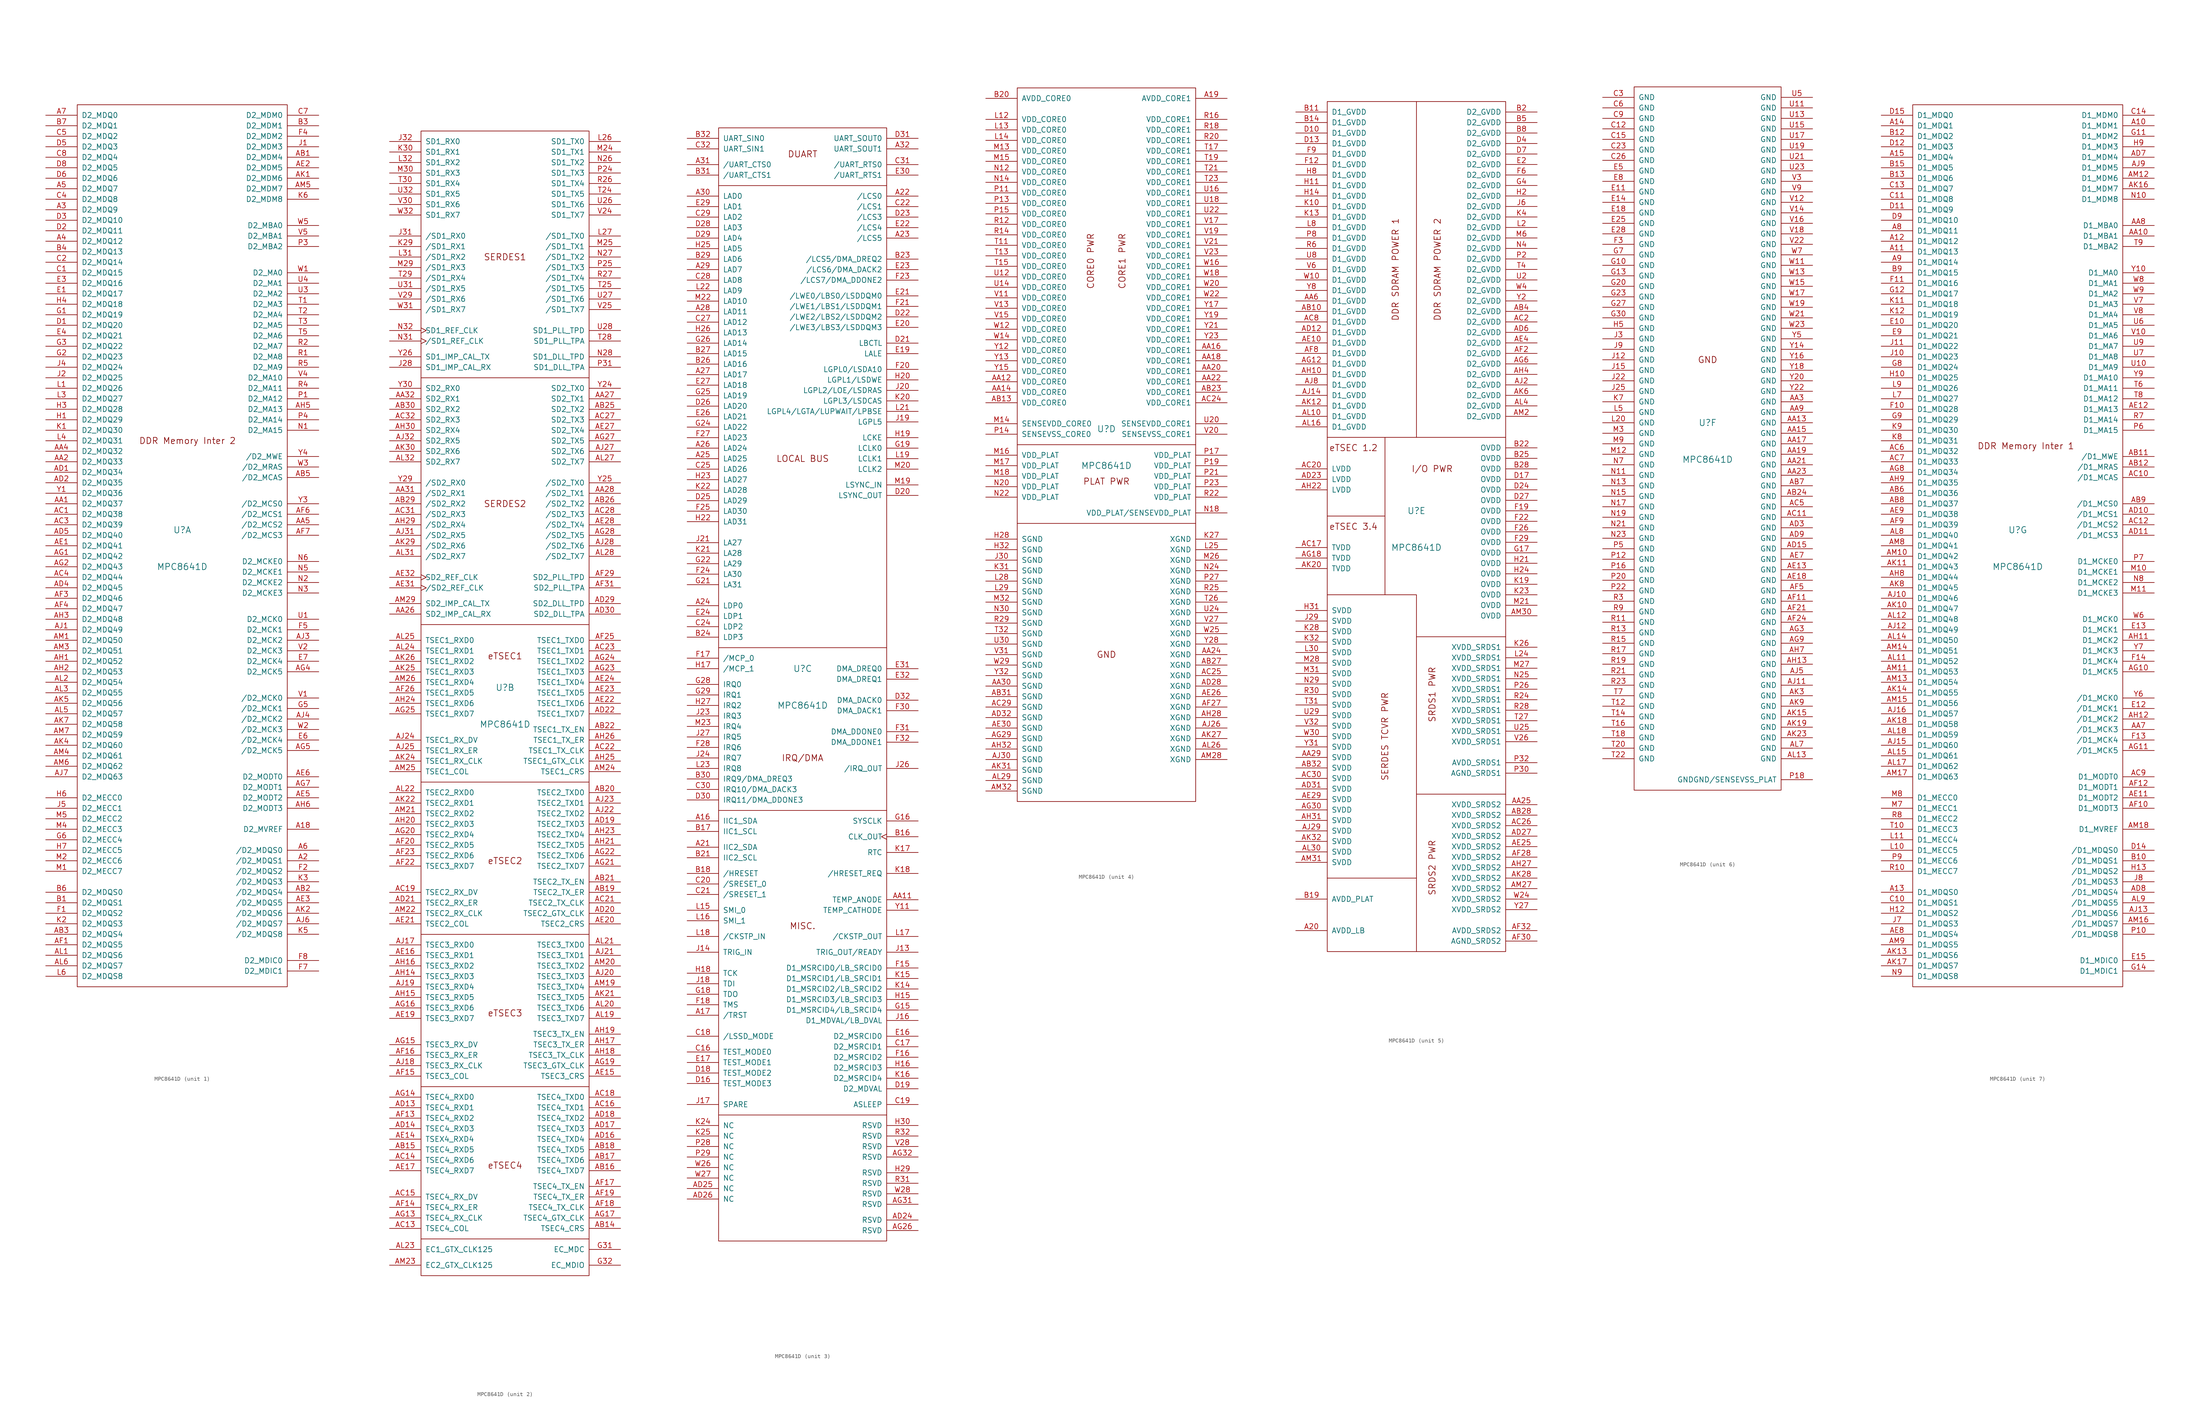
<source format=kicad_sym>
(kicad_symbol_lib
  (version 20211014)
  (generator kicad_symbol_editor)
  (symbol "MPC8641D"
    (pin_names
      (offset 1.016))
    (property "Reference" "U"
      (at 0 3.81 0)
      (effects (font (size 1.524 1.524))))
    (property "Value" "MPC8641D"
      (at 0 -5.08 0)
      (effects (font (size 1.524 1.524))))
    (property "Footprint" ""
      (at 0 0 0)
      (effects (font (size 1.524 1.524))))
    (property "Datasheet" ""
      (at 0 0 0)
      (effects (font (size 1.524 1.524))))
    (property "ki_locked" ""
      (at 0 0 0)
      (effects (font (size 1.27 1.27))))
    (symbol "MPC8641D_1_1"
      (rectangle (start -25.4 106.68) (end 25.4 -106.68) (stroke (width 0) (type default) (color 0 0 0 0)) (fill (type none)))
      (text "DDR Memory Inter 2" (at 1.27 25.4 0) (effects (font (size 1.524 1.524))))
      (pin output line (at 33.02 -68.58 180) (length 7.62) (name "D2_MVREF" (effects (font (size 1.27 1.27)))) (number "A18" (effects (font (size 1.27 1.27)))))
      (pin bidirectional line (at 33.02 -76.2 180) (length 7.62) (name "/D2_MDQS1" (effects (font (size 1.27 1.27)))) (number "A2" (effects (font (size 1.27 1.27)))))
      (pin bidirectional line (at -33.02 81.28 0) (length 7.62) (name "D2_MDQ9" (effects (font (size 1.27 1.27)))) (number "A3" (effects (font (size 1.27 1.27)))))
      (pin bidirectional line (at -33.02 73.66 0) (length 7.62) (name "D2_MDQ12" (effects (font (size 1.27 1.27)))) (number "A4" (effects (font (size 1.27 1.27)))))
      (pin bidirectional line (at -33.02 86.36 0) (length 7.62) (name "D2_MDQ7" (effects (font (size 1.27 1.27)))) (number "A5" (effects (font (size 1.27 1.27)))))
      (pin bidirectional line (at 33.02 -73.66 180) (length 7.62) (name "/D2_MDQS0" (effects (font (size 1.27 1.27)))) (number "A6" (effects (font (size 1.27 1.27)))))
      (pin bidirectional line (at -33.02 104.14 0) (length 7.62) (name "D2_MDQ0" (effects (font (size 1.27 1.27)))) (number "A7" (effects (font (size 1.27 1.27)))))
      (pin bidirectional line (at -33.02 10.16 0) (length 7.62) (name "D2_MDQ37" (effects (font (size 1.27 1.27)))) (number "AA1" (effects (font (size 1.27 1.27)))))
      (pin bidirectional line (at -33.02 20.32 0) (length 7.62) (name "D2_MDQ33" (effects (font (size 1.27 1.27)))) (number "AA2" (effects (font (size 1.27 1.27)))))
      (pin bidirectional line (at -33.02 22.86 0) (length 7.62) (name "D2_MDQ32" (effects (font (size 1.27 1.27)))) (number "AA4" (effects (font (size 1.27 1.27)))))
      (pin output line (at 33.02 5.08 180) (length 7.62) (name "/D2_MCS2" (effects (font (size 1.27 1.27)))) (number "AA5" (effects (font (size 1.27 1.27)))))
      (pin output line (at 33.02 93.98 180) (length 7.62) (name "D2_MDM4" (effects (font (size 1.27 1.27)))) (number "AB1" (effects (font (size 1.27 1.27)))))
      (pin bidirectional line (at 33.02 -83.82 180) (length 7.62) (name "/D2_MDQS4" (effects (font (size 1.27 1.27)))) (number "AB2" (effects (font (size 1.27 1.27)))))
      (pin bidirectional line (at -33.02 -93.98 0) (length 7.62) (name "D2_MDQS4" (effects (font (size 1.27 1.27)))) (number "AB3" (effects (font (size 1.27 1.27)))))
      (pin output line (at 33.02 16.51 180) (length 7.62) (name "/D2_MCAS" (effects (font (size 1.27 1.27)))) (number "AB5" (effects (font (size 1.27 1.27)))))
      (pin bidirectional line (at -33.02 7.62 0) (length 7.62) (name "D2_MDQ38" (effects (font (size 1.27 1.27)))) (number "AC1" (effects (font (size 1.27 1.27)))))
      (pin bidirectional line (at -33.02 5.08 0) (length 7.62) (name "D2_MDQ39" (effects (font (size 1.27 1.27)))) (number "AC3" (effects (font (size 1.27 1.27)))))
      (pin bidirectional line (at -33.02 -7.62 0) (length 7.62) (name "D2_MDQ44" (effects (font (size 1.27 1.27)))) (number "AC4" (effects (font (size 1.27 1.27)))))
      (pin bidirectional line (at -33.02 17.78 0) (length 7.62) (name "D2_MDQ34" (effects (font (size 1.27 1.27)))) (number "AD1" (effects (font (size 1.27 1.27)))))
      (pin bidirectional line (at -33.02 15.24 0) (length 7.62) (name "D2_MDQ35" (effects (font (size 1.27 1.27)))) (number "AD2" (effects (font (size 1.27 1.27)))))
      (pin bidirectional line (at -33.02 -10.16 0) (length 7.62) (name "D2_MDQ45" (effects (font (size 1.27 1.27)))) (number "AD4" (effects (font (size 1.27 1.27)))))
      (pin bidirectional line (at -33.02 2.54 0) (length 7.62) (name "D2_MDQ40" (effects (font (size 1.27 1.27)))) (number "AD5" (effects (font (size 1.27 1.27)))))
      (pin bidirectional line (at -33.02 0 0) (length 7.62) (name "D2_MDQ41" (effects (font (size 1.27 1.27)))) (number "AE1" (effects (font (size 1.27 1.27)))))
      (pin output line (at 33.02 91.44 180) (length 7.62) (name "D2_MDM5" (effects (font (size 1.27 1.27)))) (number "AE2" (effects (font (size 1.27 1.27)))))
      (pin bidirectional line (at 33.02 -86.36 180) (length 7.62) (name "/D2_MDQS5" (effects (font (size 1.27 1.27)))) (number "AE3" (effects (font (size 1.27 1.27)))))
      (pin output line (at 33.02 -60.96 180) (length 7.62) (name "D2_MODT2" (effects (font (size 1.27 1.27)))) (number "AE5" (effects (font (size 1.27 1.27)))))
      (pin output line (at 33.02 -55.88 180) (length 7.62) (name "D2_MODT0" (effects (font (size 1.27 1.27)))) (number "AE6" (effects (font (size 1.27 1.27)))))
      (pin bidirectional line (at -33.02 -96.52 0) (length 7.62) (name "D2_MDQS5" (effects (font (size 1.27 1.27)))) (number "AF1" (effects (font (size 1.27 1.27)))))
      (pin bidirectional line (at -33.02 -12.7 0) (length 7.62) (name "D2_MDQ46" (effects (font (size 1.27 1.27)))) (number "AF3" (effects (font (size 1.27 1.27)))))
      (pin bidirectional line (at -33.02 -15.24 0) (length 7.62) (name "D2_MDQ47" (effects (font (size 1.27 1.27)))) (number "AF4" (effects (font (size 1.27 1.27)))))
      (pin output line (at 33.02 7.62 180) (length 7.62) (name "/D2_MCS1" (effects (font (size 1.27 1.27)))) (number "AF6" (effects (font (size 1.27 1.27)))))
      (pin output line (at 33.02 2.54 180) (length 7.62) (name "/D2_MCS3" (effects (font (size 1.27 1.27)))) (number "AF7" (effects (font (size 1.27 1.27)))))
      (pin bidirectional line (at -33.02 -2.54 0) (length 7.62) (name "D2_MDQ42" (effects (font (size 1.27 1.27)))) (number "AG1" (effects (font (size 1.27 1.27)))))
      (pin bidirectional line (at -33.02 -5.08 0) (length 7.62) (name "D2_MDQ43" (effects (font (size 1.27 1.27)))) (number "AG2" (effects (font (size 1.27 1.27)))))
      (pin output line (at 33.02 -30.48 180) (length 7.62) (name "D2_MCK5" (effects (font (size 1.27 1.27)))) (number "AG4" (effects (font (size 1.27 1.27)))))
      (pin output line (at 33.02 -49.53 180) (length 7.62) (name "/D2_MCK5" (effects (font (size 1.27 1.27)))) (number "AG5" (effects (font (size 1.27 1.27)))))
      (pin output line (at 33.02 -58.42 180) (length 7.62) (name "D2_MODT1" (effects (font (size 1.27 1.27)))) (number "AG7" (effects (font (size 1.27 1.27)))))
      (pin bidirectional line (at -33.02 -27.94 0) (length 7.62) (name "D2_MDQ52" (effects (font (size 1.27 1.27)))) (number "AH1" (effects (font (size 1.27 1.27)))))
      (pin bidirectional line (at -33.02 -30.48 0) (length 7.62) (name "D2_MDQ53" (effects (font (size 1.27 1.27)))) (number "AH2" (effects (font (size 1.27 1.27)))))
      (pin bidirectional line (at -33.02 -17.78 0) (length 7.62) (name "D2_MDQ48" (effects (font (size 1.27 1.27)))) (number "AH3" (effects (font (size 1.27 1.27)))))
      (pin output line (at 33.02 33.02 180) (length 7.62) (name "D2_MA13" (effects (font (size 1.27 1.27)))) (number "AH5" (effects (font (size 1.27 1.27)))))
      (pin output line (at 33.02 -63.5 180) (length 7.62) (name "D2_MODT3" (effects (font (size 1.27 1.27)))) (number "AH6" (effects (font (size 1.27 1.27)))))
      (pin bidirectional line (at -33.02 -20.32 0) (length 7.62) (name "D2_MDQ49" (effects (font (size 1.27 1.27)))) (number "AJ1" (effects (font (size 1.27 1.27)))))
      (pin output line (at 33.02 -22.86 180) (length 7.62) (name "D2_MCK2" (effects (font (size 1.27 1.27)))) (number "AJ3" (effects (font (size 1.27 1.27)))))
      (pin output line (at 33.02 -41.91 180) (length 7.62) (name "/D2_MCK2" (effects (font (size 1.27 1.27)))) (number "AJ4" (effects (font (size 1.27 1.27)))))
      (pin bidirectional line (at 33.02 -91.44 180) (length 7.62) (name "/D2_MDQS7" (effects (font (size 1.27 1.27)))) (number "AJ6" (effects (font (size 1.27 1.27)))))
      (pin bidirectional line (at -33.02 -55.88 0) (length 7.62) (name "D2_MDQ63" (effects (font (size 1.27 1.27)))) (number "AJ7" (effects (font (size 1.27 1.27)))))
      (pin output line (at 33.02 88.9 180) (length 7.62) (name "D2_MDM6" (effects (font (size 1.27 1.27)))) (number "AK1" (effects (font (size 1.27 1.27)))))
      (pin bidirectional line (at 33.02 -88.9 180) (length 7.62) (name "/D2_MDQS6" (effects (font (size 1.27 1.27)))) (number "AK2" (effects (font (size 1.27 1.27)))))
      (pin bidirectional line (at -33.02 -48.26 0) (length 7.62) (name "D2_MDQ60" (effects (font (size 1.27 1.27)))) (number "AK4" (effects (font (size 1.27 1.27)))))
      (pin bidirectional line (at -33.02 -38.1 0) (length 7.62) (name "D2_MDQ56" (effects (font (size 1.27 1.27)))) (number "AK5" (effects (font (size 1.27 1.27)))))
      (pin bidirectional line (at -33.02 -43.18 0) (length 7.62) (name "D2_MDQ58" (effects (font (size 1.27 1.27)))) (number "AK7" (effects (font (size 1.27 1.27)))))
      (pin bidirectional line (at -33.02 -99.06 0) (length 7.62) (name "D2_MDQS6" (effects (font (size 1.27 1.27)))) (number "AL1" (effects (font (size 1.27 1.27)))))
      (pin bidirectional line (at -33.02 -33.02 0) (length 7.62) (name "D2_MDQ54" (effects (font (size 1.27 1.27)))) (number "AL2" (effects (font (size 1.27 1.27)))))
      (pin bidirectional line (at -33.02 -35.56 0) (length 7.62) (name "D2_MDQ55" (effects (font (size 1.27 1.27)))) (number "AL3" (effects (font (size 1.27 1.27)))))
      (pin bidirectional line (at -33.02 -40.64 0) (length 7.62) (name "D2_MDQ57" (effects (font (size 1.27 1.27)))) (number "AL5" (effects (font (size 1.27 1.27)))))
      (pin bidirectional line (at -33.02 -101.6 0) (length 7.62) (name "D2_MDQS7" (effects (font (size 1.27 1.27)))) (number "AL6" (effects (font (size 1.27 1.27)))))
      (pin bidirectional line (at -33.02 -22.86 0) (length 7.62) (name "D2_MDQ50" (effects (font (size 1.27 1.27)))) (number "AM1" (effects (font (size 1.27 1.27)))))
      (pin bidirectional line (at -33.02 -25.4 0) (length 7.62) (name "D2_MDQ51" (effects (font (size 1.27 1.27)))) (number "AM3" (effects (font (size 1.27 1.27)))))
      (pin bidirectional line (at -33.02 -50.8 0) (length 7.62) (name "D2_MDQ61" (effects (font (size 1.27 1.27)))) (number "AM4" (effects (font (size 1.27 1.27)))))
      (pin output line (at 33.02 86.36 180) (length 7.62) (name "D2_MDM7" (effects (font (size 1.27 1.27)))) (number "AM5" (effects (font (size 1.27 1.27)))))
      (pin bidirectional line (at -33.02 -53.34 0) (length 7.62) (name "D2_MDQ62" (effects (font (size 1.27 1.27)))) (number "AM6" (effects (font (size 1.27 1.27)))))
      (pin bidirectional line (at -33.02 -45.72 0) (length 7.62) (name "D2_MDQ59" (effects (font (size 1.27 1.27)))) (number "AM7" (effects (font (size 1.27 1.27)))))
      (pin bidirectional line (at -33.02 -86.36 0) (length 7.62) (name "D2_MDQS1" (effects (font (size 1.27 1.27)))) (number "B1" (effects (font (size 1.27 1.27)))))
      (pin output line (at 33.02 101.6 180) (length 7.62) (name "D2_MDM1" (effects (font (size 1.27 1.27)))) (number "B3" (effects (font (size 1.27 1.27)))))
      (pin bidirectional line (at -33.02 71.12 0) (length 7.62) (name "D2_MDQ13" (effects (font (size 1.27 1.27)))) (number "B4" (effects (font (size 1.27 1.27)))))
      (pin bidirectional line (at -33.02 -83.82 0) (length 7.62) (name "D2_MDQS0" (effects (font (size 1.27 1.27)))) (number "B6" (effects (font (size 1.27 1.27)))))
      (pin bidirectional line (at -33.02 101.6 0) (length 7.62) (name "D2_MDQ1" (effects (font (size 1.27 1.27)))) (number "B7" (effects (font (size 1.27 1.27)))))
      (pin bidirectional line (at -33.02 66.04 0) (length 7.62) (name "D2_MDQ15" (effects (font (size 1.27 1.27)))) (number "C1" (effects (font (size 1.27 1.27)))))
      (pin bidirectional line (at -33.02 68.58 0) (length 7.62) (name "D2_MDQ14" (effects (font (size 1.27 1.27)))) (number "C2" (effects (font (size 1.27 1.27)))))
      (pin bidirectional line (at -33.02 83.82 0) (length 7.62) (name "D2_MDQ8" (effects (font (size 1.27 1.27)))) (number "C4" (effects (font (size 1.27 1.27)))))
      (pin bidirectional line (at -33.02 99.06 0) (length 7.62) (name "D2_MDQ2" (effects (font (size 1.27 1.27)))) (number "C5" (effects (font (size 1.27 1.27)))))
      (pin output line (at 33.02 104.14 180) (length 7.62) (name "D2_MDM0" (effects (font (size 1.27 1.27)))) (number "C7" (effects (font (size 1.27 1.27)))))
      (pin bidirectional line (at -33.02 93.98 0) (length 7.62) (name "D2_MDQ4" (effects (font (size 1.27 1.27)))) (number "C8" (effects (font (size 1.27 1.27)))))
      (pin bidirectional line (at -33.02 53.34 0) (length 7.62) (name "D2_MDQ20" (effects (font (size 1.27 1.27)))) (number "D1" (effects (font (size 1.27 1.27)))))
      (pin bidirectional line (at -33.02 76.2 0) (length 7.62) (name "D2_MDQ11" (effects (font (size 1.27 1.27)))) (number "D2" (effects (font (size 1.27 1.27)))))
      (pin bidirectional line (at -33.02 78.74 0) (length 7.62) (name "D2_MDQ10" (effects (font (size 1.27 1.27)))) (number "D3" (effects (font (size 1.27 1.27)))))
      (pin bidirectional line (at -33.02 96.52 0) (length 7.62) (name "D2_MDQ3" (effects (font (size 1.27 1.27)))) (number "D5" (effects (font (size 1.27 1.27)))))
      (pin bidirectional line (at -33.02 88.9 0) (length 7.62) (name "D2_MDQ6" (effects (font (size 1.27 1.27)))) (number "D6" (effects (font (size 1.27 1.27)))))
      (pin bidirectional line (at -33.02 91.44 0) (length 7.62) (name "D2_MDQ5" (effects (font (size 1.27 1.27)))) (number "D8" (effects (font (size 1.27 1.27)))))
      (pin bidirectional line (at -33.02 60.96 0) (length 7.62) (name "D2_MDQ17" (effects (font (size 1.27 1.27)))) (number "E1" (effects (font (size 1.27 1.27)))))
      (pin bidirectional line (at -33.02 63.5 0) (length 7.62) (name "D2_MDQ16" (effects (font (size 1.27 1.27)))) (number "E3" (effects (font (size 1.27 1.27)))))
      (pin bidirectional line (at -33.02 50.8 0) (length 7.62) (name "D2_MDQ21" (effects (font (size 1.27 1.27)))) (number "E4" (effects (font (size 1.27 1.27)))))
      (pin output line (at 33.02 -46.99 180) (length 7.62) (name "/D2_MCK4" (effects (font (size 1.27 1.27)))) (number "E6" (effects (font (size 1.27 1.27)))))
      (pin output line (at 33.02 -27.94 180) (length 7.62) (name "D2_MCK4" (effects (font (size 1.27 1.27)))) (number "E7" (effects (font (size 1.27 1.27)))))
      (pin bidirectional line (at -33.02 -88.9 0) (length 7.62) (name "D2_MDQS2" (effects (font (size 1.27 1.27)))) (number "F1" (effects (font (size 1.27 1.27)))))
      (pin bidirectional line (at 33.02 -78.74 180) (length 7.62) (name "/D2_MDQS2" (effects (font (size 1.27 1.27)))) (number "F2" (effects (font (size 1.27 1.27)))))
      (pin output line (at 33.02 99.06 180) (length 7.62) (name "D2_MDM2" (effects (font (size 1.27 1.27)))) (number "F4" (effects (font (size 1.27 1.27)))))
      (pin output line (at 33.02 -20.32 180) (length 7.62) (name "D2_MCK1" (effects (font (size 1.27 1.27)))) (number "F5" (effects (font (size 1.27 1.27)))))
      (pin bidirectional line (at 33.02 -102.87 180) (length 7.62) (name "D2_MDIC1" (effects (font (size 1.27 1.27)))) (number "F7" (effects (font (size 1.27 1.27)))))
      (pin bidirectional line (at 33.02 -100.33 180) (length 7.62) (name "D2_MDIC0" (effects (font (size 1.27 1.27)))) (number "F8" (effects (font (size 1.27 1.27)))))
      (pin bidirectional line (at -33.02 55.88 0) (length 7.62) (name "D2_MDQ19" (effects (font (size 1.27 1.27)))) (number "G1" (effects (font (size 1.27 1.27)))))
      (pin bidirectional line (at -33.02 45.72 0) (length 7.62) (name "D2_MDQ23" (effects (font (size 1.27 1.27)))) (number "G2" (effects (font (size 1.27 1.27)))))
      (pin bidirectional line (at -33.02 48.26 0) (length 7.62) (name "D2_MDQ22" (effects (font (size 1.27 1.27)))) (number "G3" (effects (font (size 1.27 1.27)))))
      (pin output line (at 33.02 -39.37 180) (length 7.62) (name "/D2_MCK1" (effects (font (size 1.27 1.27)))) (number "G5" (effects (font (size 1.27 1.27)))))
      (pin bidirectional line (at -33.02 -71.12 0) (length 7.62) (name "D2_MECC4" (effects (font (size 1.27 1.27)))) (number "G6" (effects (font (size 1.27 1.27)))))
      (pin bidirectional line (at -33.02 30.48 0) (length 7.62) (name "D2_MDQ29" (effects (font (size 1.27 1.27)))) (number "H1" (effects (font (size 1.27 1.27)))))
      (pin bidirectional line (at -33.02 33.02 0) (length 7.62) (name "D2_MDQ28" (effects (font (size 1.27 1.27)))) (number "H3" (effects (font (size 1.27 1.27)))))
      (pin bidirectional line (at -33.02 58.42 0) (length 7.62) (name "D2_MDQ18" (effects (font (size 1.27 1.27)))) (number "H4" (effects (font (size 1.27 1.27)))))
      (pin bidirectional line (at -33.02 -60.96 0) (length 7.62) (name "D2_MECC0" (effects (font (size 1.27 1.27)))) (number "H6" (effects (font (size 1.27 1.27)))))
      (pin bidirectional line (at -33.02 -73.66 0) (length 7.62) (name "D2_MECC5" (effects (font (size 1.27 1.27)))) (number "H7" (effects (font (size 1.27 1.27)))))
      (pin output line (at 33.02 96.52 180) (length 7.62) (name "D2_MDM3" (effects (font (size 1.27 1.27)))) (number "J1" (effects (font (size 1.27 1.27)))))
      (pin bidirectional line (at -33.02 40.64 0) (length 7.62) (name "D2_MDQ25" (effects (font (size 1.27 1.27)))) (number "J2" (effects (font (size 1.27 1.27)))))
      (pin bidirectional line (at -33.02 43.18 0) (length 7.62) (name "D2_MDQ24" (effects (font (size 1.27 1.27)))) (number "J4" (effects (font (size 1.27 1.27)))))
      (pin bidirectional line (at -33.02 -63.5 0) (length 7.62) (name "D2_MECC1" (effects (font (size 1.27 1.27)))) (number "J5" (effects (font (size 1.27 1.27)))))
      (pin bidirectional line (at -33.02 27.94 0) (length 7.62) (name "D2_MDQ30" (effects (font (size 1.27 1.27)))) (number "K1" (effects (font (size 1.27 1.27)))))
      (pin bidirectional line (at -33.02 -91.44 0) (length 7.62) (name "D2_MDQS3" (effects (font (size 1.27 1.27)))) (number "K2" (effects (font (size 1.27 1.27)))))
      (pin bidirectional line (at 33.02 -81.28 180) (length 7.62) (name "/D2_MDQS3" (effects (font (size 1.27 1.27)))) (number "K3" (effects (font (size 1.27 1.27)))))
      (pin bidirectional line (at 33.02 -93.98 180) (length 7.62) (name "/D2_MDQS8" (effects (font (size 1.27 1.27)))) (number "K5" (effects (font (size 1.27 1.27)))))
      (pin output line (at 33.02 83.82 180) (length 7.62) (name "D2_MDM8" (effects (font (size 1.27 1.27)))) (number "K6" (effects (font (size 1.27 1.27)))))
      (pin bidirectional line (at -33.02 38.1 0) (length 7.62) (name "D2_MDQ26" (effects (font (size 1.27 1.27)))) (number "L1" (effects (font (size 1.27 1.27)))))
      (pin bidirectional line (at -33.02 35.56 0) (length 7.62) (name "D2_MDQ27" (effects (font (size 1.27 1.27)))) (number "L3" (effects (font (size 1.27 1.27)))))
      (pin bidirectional line (at -33.02 25.4 0) (length 7.62) (name "D2_MDQ31" (effects (font (size 1.27 1.27)))) (number "L4" (effects (font (size 1.27 1.27)))))
      (pin bidirectional line (at -33.02 -104.14 0) (length 7.62) (name "D2_MDQS8" (effects (font (size 1.27 1.27)))) (number "L6" (effects (font (size 1.27 1.27)))))
      (pin bidirectional line (at -33.02 -78.74 0) (length 7.62) (name "D2_MECC7" (effects (font (size 1.27 1.27)))) (number "M1" (effects (font (size 1.27 1.27)))))
      (pin bidirectional line (at -33.02 -76.2 0) (length 7.62) (name "D2_MECC6" (effects (font (size 1.27 1.27)))) (number "M2" (effects (font (size 1.27 1.27)))))
      (pin bidirectional line (at -33.02 -68.58 0) (length 7.62) (name "D2_MECC3" (effects (font (size 1.27 1.27)))) (number "M4" (effects (font (size 1.27 1.27)))))
      (pin bidirectional line (at -33.02 -66.04 0) (length 7.62) (name "D2_MECC2" (effects (font (size 1.27 1.27)))) (number "M5" (effects (font (size 1.27 1.27)))))
      (pin output line (at 33.02 27.94 180) (length 7.62) (name "D2_MA15" (effects (font (size 1.27 1.27)))) (number "N1" (effects (font (size 1.27 1.27)))))
      (pin output line (at 33.02 -8.89 180) (length 7.62) (name "D2_MCKE2" (effects (font (size 1.27 1.27)))) (number "N2" (effects (font (size 1.27 1.27)))))
      (pin output line (at 33.02 -11.43 180) (length 7.62) (name "D2_MCKE3" (effects (font (size 1.27 1.27)))) (number "N3" (effects (font (size 1.27 1.27)))))
      (pin output line (at 33.02 -6.35 180) (length 7.62) (name "D2_MCKE1" (effects (font (size 1.27 1.27)))) (number "N5" (effects (font (size 1.27 1.27)))))
      (pin output line (at 33.02 -3.81 180) (length 7.62) (name "D2_MCKE0" (effects (font (size 1.27 1.27)))) (number "N6" (effects (font (size 1.27 1.27)))))
      (pin output line (at 33.02 35.56 180) (length 7.62) (name "D2_MA12" (effects (font (size 1.27 1.27)))) (number "P1" (effects (font (size 1.27 1.27)))))
      (pin output line (at 33.02 72.39 180) (length 7.62) (name "D2_MBA2" (effects (font (size 1.27 1.27)))) (number "P3" (effects (font (size 1.27 1.27)))))
      (pin output line (at 33.02 30.48 180) (length 7.62) (name "D2_MA14" (effects (font (size 1.27 1.27)))) (number "P4" (effects (font (size 1.27 1.27)))))
      (pin output line (at 33.02 45.72 180) (length 7.62) (name "D2_MA8" (effects (font (size 1.27 1.27)))) (number "R1" (effects (font (size 1.27 1.27)))))
      (pin output line (at 33.02 48.26 180) (length 7.62) (name "D2_MA7" (effects (font (size 1.27 1.27)))) (number "R2" (effects (font (size 1.27 1.27)))))
      (pin output line (at 33.02 38.1 180) (length 7.62) (name "D2_MA11" (effects (font (size 1.27 1.27)))) (number "R4" (effects (font (size 1.27 1.27)))))
      (pin output line (at 33.02 43.18 180) (length 7.62) (name "D2_MA9" (effects (font (size 1.27 1.27)))) (number "R5" (effects (font (size 1.27 1.27)))))
      (pin output line (at 33.02 58.42 180) (length 7.62) (name "D2_MA3" (effects (font (size 1.27 1.27)))) (number "T1" (effects (font (size 1.27 1.27)))))
      (pin output line (at 33.02 55.88 180) (length 7.62) (name "D2_MA4" (effects (font (size 1.27 1.27)))) (number "T2" (effects (font (size 1.27 1.27)))))
      (pin output line (at 33.02 53.34 180) (length 7.62) (name "D2_MA5" (effects (font (size 1.27 1.27)))) (number "T3" (effects (font (size 1.27 1.27)))))
      (pin output line (at 33.02 50.8 180) (length 7.62) (name "D2_MA6" (effects (font (size 1.27 1.27)))) (number "T5" (effects (font (size 1.27 1.27)))))
      (pin output line (at 33.02 -17.78 180) (length 7.62) (name "D2_MCK0" (effects (font (size 1.27 1.27)))) (number "U1" (effects (font (size 1.27 1.27)))))
      (pin output line (at 33.02 60.96 180) (length 7.62) (name "D2_MA2" (effects (font (size 1.27 1.27)))) (number "U3" (effects (font (size 1.27 1.27)))))
      (pin output line (at 33.02 63.5 180) (length 7.62) (name "D2_MA1" (effects (font (size 1.27 1.27)))) (number "U4" (effects (font (size 1.27 1.27)))))
      (pin output line (at 33.02 -36.83 180) (length 7.62) (name "/D2_MCK0" (effects (font (size 1.27 1.27)))) (number "V1" (effects (font (size 1.27 1.27)))))
      (pin output line (at 33.02 -25.4 180) (length 7.62) (name "D2_MCK3" (effects (font (size 1.27 1.27)))) (number "V2" (effects (font (size 1.27 1.27)))))
      (pin output line (at 33.02 40.64 180) (length 7.62) (name "D2_MA10" (effects (font (size 1.27 1.27)))) (number "V4" (effects (font (size 1.27 1.27)))))
      (pin output line (at 33.02 74.93 180) (length 7.62) (name "D2_MBA1" (effects (font (size 1.27 1.27)))) (number "V5" (effects (font (size 1.27 1.27)))))
      (pin output line (at 33.02 66.04 180) (length 7.62) (name "D2_MA0" (effects (font (size 1.27 1.27)))) (number "W1" (effects (font (size 1.27 1.27)))))
      (pin output line (at 33.02 -44.45 180) (length 7.62) (name "/D2_MCK3" (effects (font (size 1.27 1.27)))) (number "W2" (effects (font (size 1.27 1.27)))))
      (pin output line (at 33.02 19.05 180) (length 7.62) (name "/D2_MRAS" (effects (font (size 1.27 1.27)))) (number "W3" (effects (font (size 1.27 1.27)))))
      (pin output line (at 33.02 77.47 180) (length 7.62) (name "D2_MBA0" (effects (font (size 1.27 1.27)))) (number "W5" (effects (font (size 1.27 1.27)))))
      (pin bidirectional line (at -33.02 12.7 0) (length 7.62) (name "D2_MDQ36" (effects (font (size 1.27 1.27)))) (number "Y1" (effects (font (size 1.27 1.27)))))
      (pin output line (at 33.02 10.16 180) (length 7.62) (name "/D2_MCS0" (effects (font (size 1.27 1.27)))) (number "Y3" (effects (font (size 1.27 1.27)))))
      (pin output line (at 33.02 21.59 180) (length 7.62) (name "/D2_MWE" (effects (font (size 1.27 1.27)))) (number "Y4" (effects (font (size 1.27 1.27))))))
    (symbol "MPC8641D_2_1"
      (rectangle (start -20.32 138.43) (end 20.32 -138.43) (stroke (width 0) (type default) (color 0 0 0 0)) (fill (type none)))
      (polyline (pts (xy -20.32 -129.54) (xy 20.32 -129.54) (xy 20.32 -129.54)) (stroke (width 0) (type default) (color 0 0 0 0)) (fill (type none)))
      (polyline (pts (xy -20.32 -92.71) (xy 20.32 -92.71) (xy 20.32 -92.71)) (stroke (width 0) (type default) (color 0 0 0 0)) (fill (type none)))
      (polyline (pts (xy -20.32 -55.88) (xy 20.32 -55.88) (xy 20.32 -55.88)) (stroke (width 0) (type default) (color 0 0 0 0)) (fill (type none)))
      (polyline (pts (xy -20.32 -19.05) (xy 20.32 -19.05) (xy 20.32 -19.05)) (stroke (width 0) (type default) (color 0 0 0 0)) (fill (type none)))
      (polyline (pts (xy -20.32 19.05) (xy 20.32 19.05) (xy 20.32 19.05)) (stroke (width 0) (type default) (color 0 0 0 0)) (fill (type none)))
      (polyline (pts (xy -20.32 78.74) (xy 20.32 78.74) (xy 20.32 78.74)) (stroke (width 0) (type default) (color 0 0 0 0)) (fill (type none)))
      (text "eTSEC1" (at 0 11.43 0) (effects (font (size 1.524 1.524))))
      (text "eTSEC2" (at 0 -38.1 0) (effects (font (size 1.524 1.524))))
      (text "eTSEC3" (at 0 -74.93 0) (effects (font (size 1.524 1.524))))
      (text "eTSEC4" (at 0 -111.76 0) (effects (font (size 1.524 1.524))))
      (text "SERDES1" (at 0 107.95 0) (effects (font (size 1.524 1.524))))
      (text "SERDES2" (at 0 48.26 0) (effects (font (size 1.524 1.524))))
      (pin input line (at -27.94 21.59 0) (length 7.62) (name "SD2_IMP_CAL_RX" (effects (font (size 1.27 1.27)))) (number "AA26" (effects (font (size 1.27 1.27)))))
      (pin output line (at 27.94 73.66 180) (length 7.62) (name "SD2_TX1" (effects (font (size 1.27 1.27)))) (number "AA27" (effects (font (size 1.27 1.27)))))
      (pin output line (at 27.94 50.8 180) (length 7.62) (name "/SD2_TX1" (effects (font (size 1.27 1.27)))) (number "AA28" (effects (font (size 1.27 1.27)))))
      (pin input line (at -27.94 50.8 0) (length 7.62) (name "/SD2_RX1" (effects (font (size 1.27 1.27)))) (number "AA31" (effects (font (size 1.27 1.27)))))
      (pin input line (at -27.94 73.66 0) (length 7.62) (name "SD2_RX1" (effects (font (size 1.27 1.27)))) (number "AA32" (effects (font (size 1.27 1.27)))))
      (pin bidirectional line (at 27.94 -127 180) (length 7.62) (name "TSEC4_CRS" (effects (font (size 1.27 1.27)))) (number "AB14" (effects (font (size 1.27 1.27)))))
      (pin input line (at -27.94 -107.95 0) (length 7.62) (name "TSEC4_RXD5" (effects (font (size 1.27 1.27)))) (number "AB15" (effects (font (size 1.27 1.27)))))
      (pin output line (at 27.94 -113.03 180) (length 7.62) (name "TSEC4_TXD7" (effects (font (size 1.27 1.27)))) (number "AB16" (effects (font (size 1.27 1.27)))))
      (pin output line (at 27.94 -110.49 180) (length 7.62) (name "TSEC4_TXD6" (effects (font (size 1.27 1.27)))) (number "AB17" (effects (font (size 1.27 1.27)))))
      (pin output line (at 27.94 -107.95 180) (length 7.62) (name "TSEC4_TXD5" (effects (font (size 1.27 1.27)))) (number "AB18" (effects (font (size 1.27 1.27)))))
      (pin output line (at 27.94 -45.72 180) (length 7.62) (name "TSEC2_TX_ER" (effects (font (size 1.27 1.27)))) (number "AB19" (effects (font (size 1.27 1.27)))))
      (pin output line (at 27.94 -21.59 180) (length 7.62) (name "TSEC2_TXD0" (effects (font (size 1.27 1.27)))) (number "AB20" (effects (font (size 1.27 1.27)))))
      (pin output line (at 27.94 -43.18 180) (length 7.62) (name "TSEC2_TX_EN" (effects (font (size 1.27 1.27)))) (number "AB21" (effects (font (size 1.27 1.27)))))
      (pin output line (at 27.94 -6.35 180) (length 7.62) (name "TSEC1_TX_EN" (effects (font (size 1.27 1.27)))) (number "AB22" (effects (font (size 1.27 1.27)))))
      (pin output line (at 27.94 71.12 180) (length 7.62) (name "SD2_TX2" (effects (font (size 1.27 1.27)))) (number "AB25" (effects (font (size 1.27 1.27)))))
      (pin output line (at 27.94 48.26 180) (length 7.62) (name "/SD2_TX2" (effects (font (size 1.27 1.27)))) (number "AB26" (effects (font (size 1.27 1.27)))))
      (pin input line (at -27.94 48.26 0) (length 7.62) (name "/SD2_RX2" (effects (font (size 1.27 1.27)))) (number "AB29" (effects (font (size 1.27 1.27)))))
      (pin input line (at -27.94 71.12 0) (length 7.62) (name "SD2_RX2" (effects (font (size 1.27 1.27)))) (number "AB30" (effects (font (size 1.27 1.27)))))
      (pin input line (at -27.94 -127 0) (length 7.62) (name "TSEC4_COL" (effects (font (size 1.27 1.27)))) (number "AC13" (effects (font (size 1.27 1.27)))))
      (pin input line (at -27.94 -110.49 0) (length 7.62) (name "TSEC4_RXD6" (effects (font (size 1.27 1.27)))) (number "AC14" (effects (font (size 1.27 1.27)))))
      (pin input line (at -27.94 -119.38 0) (length 7.62) (name "TSEC4_RX_DV" (effects (font (size 1.27 1.27)))) (number "AC15" (effects (font (size 1.27 1.27)))))
      (pin output line (at 27.94 -97.79 180) (length 7.62) (name "TSEC4_TXD1" (effects (font (size 1.27 1.27)))) (number "AC16" (effects (font (size 1.27 1.27)))))
      (pin output line (at 27.94 -95.25 180) (length 7.62) (name "TSEC4_TXD0" (effects (font (size 1.27 1.27)))) (number "AC18" (effects (font (size 1.27 1.27)))))
      (pin input line (at -27.94 -45.72 0) (length 7.62) (name "TSEC2_RX_DV" (effects (font (size 1.27 1.27)))) (number "AC19" (effects (font (size 1.27 1.27)))))
      (pin input line (at 27.94 -48.26 180) (length 7.62) (name "TSEC2_TX_CLK" (effects (font (size 1.27 1.27)))) (number "AC21" (effects (font (size 1.27 1.27)))))
      (pin input line (at 27.94 -11.43 180) (length 7.62) (name "TSEC1_TX_CLK" (effects (font (size 1.27 1.27)))) (number "AC22" (effects (font (size 1.27 1.27)))))
      (pin output line (at 27.94 12.7 180) (length 7.62) (name "TSEC1_TXD1" (effects (font (size 1.27 1.27)))) (number "AC23" (effects (font (size 1.27 1.27)))))
      (pin output line (at 27.94 68.58 180) (length 7.62) (name "SD2_TX3" (effects (font (size 1.27 1.27)))) (number "AC27" (effects (font (size 1.27 1.27)))))
      (pin output line (at 27.94 45.72 180) (length 7.62) (name "/SD2_TX3" (effects (font (size 1.27 1.27)))) (number "AC28" (effects (font (size 1.27 1.27)))))
      (pin input line (at -27.94 45.72 0) (length 7.62) (name "/SD2_RX3" (effects (font (size 1.27 1.27)))) (number "AC31" (effects (font (size 1.27 1.27)))))
      (pin input line (at -27.94 68.58 0) (length 7.62) (name "SD2_RX3" (effects (font (size 1.27 1.27)))) (number "AC32" (effects (font (size 1.27 1.27)))))
      (pin input line (at -27.94 -97.79 0) (length 7.62) (name "TSEC4_RXD1" (effects (font (size 1.27 1.27)))) (number "AD13" (effects (font (size 1.27 1.27)))))
      (pin input line (at -27.94 -102.87 0) (length 7.62) (name "TSEC4_RXD3" (effects (font (size 1.27 1.27)))) (number "AD14" (effects (font (size 1.27 1.27)))))
      (pin output line (at 27.94 -105.41 180) (length 7.62) (name "TSEC4_TXD4" (effects (font (size 1.27 1.27)))) (number "AD16" (effects (font (size 1.27 1.27)))))
      (pin output line (at 27.94 -102.87 180) (length 7.62) (name "TSEC4_TXD3" (effects (font (size 1.27 1.27)))) (number "AD17" (effects (font (size 1.27 1.27)))))
      (pin output line (at 27.94 -100.33 180) (length 7.62) (name "TSEC4_TXD2" (effects (font (size 1.27 1.27)))) (number "AD18" (effects (font (size 1.27 1.27)))))
      (pin output line (at 27.94 -29.21 180) (length 7.62) (name "TSEC2_TXD3" (effects (font (size 1.27 1.27)))) (number "AD19" (effects (font (size 1.27 1.27)))))
      (pin output line (at 27.94 -50.8 180) (length 7.62) (name "TSEC2_GTX_CLK" (effects (font (size 1.27 1.27)))) (number "AD20" (effects (font (size 1.27 1.27)))))
      (pin input line (at -27.94 -48.26 0) (length 7.62) (name "TSEC2_RX_ER" (effects (font (size 1.27 1.27)))) (number "AD21" (effects (font (size 1.27 1.27)))))
      (pin output line (at 27.94 -2.54 180) (length 7.62) (name "TSEC1_TXD7" (effects (font (size 1.27 1.27)))) (number "AD22" (effects (font (size 1.27 1.27)))))
      (pin output line (at 27.94 24.13 180) (length 7.62) (name "SD2_DLL_TPD" (effects (font (size 1.27 1.27)))) (number "AD29" (effects (font (size 1.27 1.27)))))
      (pin output line (at 27.94 21.59 180) (length 7.62) (name "SD2_DLL_TPA" (effects (font (size 1.27 1.27)))) (number "AD30" (effects (font (size 1.27 1.27)))))
      (pin input line (at -27.94 -105.41 0) (length 7.62) (name "TSEX4_RXD4" (effects (font (size 1.27 1.27)))) (number "AE14" (effects (font (size 1.27 1.27)))))
      (pin bidirectional line (at 27.94 -90.17 180) (length 7.62) (name "TSEC3_CRS" (effects (font (size 1.27 1.27)))) (number "AE15" (effects (font (size 1.27 1.27)))))
      (pin input line (at -27.94 -60.96 0) (length 7.62) (name "TSEC3_RXD1" (effects (font (size 1.27 1.27)))) (number "AE16" (effects (font (size 1.27 1.27)))))
      (pin input line (at -27.94 -113.03 0) (length 7.62) (name "TSEC4_RXD7" (effects (font (size 1.27 1.27)))) (number "AE17" (effects (font (size 1.27 1.27)))))
      (pin input line (at -27.94 -76.2 0) (length 7.62) (name "TSEC3_RXD7" (effects (font (size 1.27 1.27)))) (number "AE19" (effects (font (size 1.27 1.27)))))
      (pin bidirectional line (at 27.94 -53.34 180) (length 7.62) (name "TSEC2_CRS" (effects (font (size 1.27 1.27)))) (number "AE20" (effects (font (size 1.27 1.27)))))
      (pin input line (at -27.94 -53.34 0) (length 7.62) (name "TSEC2_COL" (effects (font (size 1.27 1.27)))) (number "AE21" (effects (font (size 1.27 1.27)))))
      (pin output line (at 27.94 0 180) (length 7.62) (name "TSEC1_TXD6" (effects (font (size 1.27 1.27)))) (number "AE22" (effects (font (size 1.27 1.27)))))
      (pin output line (at 27.94 2.54 180) (length 7.62) (name "TSEC1_TXD5" (effects (font (size 1.27 1.27)))) (number "AE23" (effects (font (size 1.27 1.27)))))
      (pin output line (at 27.94 5.08 180) (length 7.62) (name "TSEC1_TXD4" (effects (font (size 1.27 1.27)))) (number "AE24" (effects (font (size 1.27 1.27)))))
      (pin output line (at 27.94 66.04 180) (length 7.62) (name "SD2_TX4" (effects (font (size 1.27 1.27)))) (number "AE27" (effects (font (size 1.27 1.27)))))
      (pin output line (at 27.94 43.18 180) (length 7.62) (name "/SD2_TX4" (effects (font (size 1.27 1.27)))) (number "AE28" (effects (font (size 1.27 1.27)))))
      (pin input clock (at -27.94 27.94 0) (length 7.62) (name "/SD2_REF_CLK" (effects (font (size 1.27 1.27)))) (number "AE31" (effects (font (size 1.27 1.27)))))
      (pin input clock (at -27.94 30.48 0) (length 7.62) (name "SD2_REF_CLK" (effects (font (size 1.27 1.27)))) (number "AE32" (effects (font (size 1.27 1.27)))))
      (pin input line (at -27.94 -100.33 0) (length 7.62) (name "TSEC4_RXD2" (effects (font (size 1.27 1.27)))) (number "AF13" (effects (font (size 1.27 1.27)))))
      (pin input line (at -27.94 -121.92 0) (length 7.62) (name "TSEC4_RX_ER" (effects (font (size 1.27 1.27)))) (number "AF14" (effects (font (size 1.27 1.27)))))
      (pin input line (at -27.94 -90.17 0) (length 7.62) (name "TSEC3_COL" (effects (font (size 1.27 1.27)))) (number "AF15" (effects (font (size 1.27 1.27)))))
      (pin input line (at -27.94 -85.09 0) (length 7.62) (name "TSEC3_RX_ER" (effects (font (size 1.27 1.27)))) (number "AF16" (effects (font (size 1.27 1.27)))))
      (pin output line (at 27.94 -116.84 180) (length 7.62) (name "TSEC4_TX_EN" (effects (font (size 1.27 1.27)))) (number "AF17" (effects (font (size 1.27 1.27)))))
      (pin input line (at 27.94 -121.92 180) (length 7.62) (name "TSEC4_TX_CLK" (effects (font (size 1.27 1.27)))) (number "AF18" (effects (font (size 1.27 1.27)))))
      (pin output line (at 27.94 -119.38 180) (length 7.62) (name "TSEC4_TX_ER" (effects (font (size 1.27 1.27)))) (number "AF19" (effects (font (size 1.27 1.27)))))
      (pin input line (at -27.94 -34.29 0) (length 7.62) (name "TSEC2_RXD5" (effects (font (size 1.27 1.27)))) (number "AF20" (effects (font (size 1.27 1.27)))))
      (pin input line (at -27.94 -39.37 0) (length 7.62) (name "TSEC3_RXD7" (effects (font (size 1.27 1.27)))) (number "AF22" (effects (font (size 1.27 1.27)))))
      (pin input line (at -27.94 -36.83 0) (length 7.62) (name "TSEC2_RXD6" (effects (font (size 1.27 1.27)))) (number "AF23" (effects (font (size 1.27 1.27)))))
      (pin output line (at 27.94 15.24 180) (length 7.62) (name "TSEC1_TXD0" (effects (font (size 1.27 1.27)))) (number "AF25" (effects (font (size 1.27 1.27)))))
      (pin input line (at -27.94 2.54 0) (length 7.62) (name "TSEC1_RXD5" (effects (font (size 1.27 1.27)))) (number "AF26" (effects (font (size 1.27 1.27)))))
      (pin output line (at 27.94 30.48 180) (length 7.62) (name "SD2_PLL_TPD" (effects (font (size 1.27 1.27)))) (number "AF29" (effects (font (size 1.27 1.27)))))
      (pin output line (at 27.94 27.94 180) (length 7.62) (name "SD2_PLL_TPA" (effects (font (size 1.27 1.27)))) (number "AF31" (effects (font (size 1.27 1.27)))))
      (pin input line (at -27.94 -124.46 0) (length 7.62) (name "TSEC4_RX_CLK" (effects (font (size 1.27 1.27)))) (number "AG13" (effects (font (size 1.27 1.27)))))
      (pin input line (at -27.94 -95.25 0) (length 7.62) (name "TSEC4_RXD0" (effects (font (size 1.27 1.27)))) (number "AG14" (effects (font (size 1.27 1.27)))))
      (pin input line (at -27.94 -82.55 0) (length 7.62) (name "TSEC3_RX_DV" (effects (font (size 1.27 1.27)))) (number "AG15" (effects (font (size 1.27 1.27)))))
      (pin input line (at -27.94 -73.66 0) (length 7.62) (name "TSEC3_RXD6" (effects (font (size 1.27 1.27)))) (number "AG16" (effects (font (size 1.27 1.27)))))
      (pin output line (at 27.94 -124.46 180) (length 7.62) (name "TSEC4_GTX_CLK" (effects (font (size 1.27 1.27)))) (number "AG17" (effects (font (size 1.27 1.27)))))
      (pin output line (at 27.94 -87.63 180) (length 7.62) (name "TSEC3_GTX_CLK" (effects (font (size 1.27 1.27)))) (number "AG19" (effects (font (size 1.27 1.27)))))
      (pin input line (at -27.94 -31.75 0) (length 7.62) (name "TSEC2_RXD4" (effects (font (size 1.27 1.27)))) (number "AG20" (effects (font (size 1.27 1.27)))))
      (pin output line (at 27.94 -39.37 180) (length 7.62) (name "TSEC2_TXD7" (effects (font (size 1.27 1.27)))) (number "AG21" (effects (font (size 1.27 1.27)))))
      (pin output line (at 27.94 -36.83 180) (length 7.62) (name "TSEC2_TXD6" (effects (font (size 1.27 1.27)))) (number "AG22" (effects (font (size 1.27 1.27)))))
      (pin output line (at 27.94 7.62 180) (length 7.62) (name "TSEC1_TXD3" (effects (font (size 1.27 1.27)))) (number "AG23" (effects (font (size 1.27 1.27)))))
      (pin output line (at 27.94 10.16 180) (length 7.62) (name "TSEC1_TXD2" (effects (font (size 1.27 1.27)))) (number "AG24" (effects (font (size 1.27 1.27)))))
      (pin input line (at -27.94 -2.54 0) (length 7.62) (name "TSEC1_RXD7" (effects (font (size 1.27 1.27)))) (number "AG25" (effects (font (size 1.27 1.27)))))
      (pin output line (at 27.94 63.5 180) (length 7.62) (name "SD2_TX5" (effects (font (size 1.27 1.27)))) (number "AG27" (effects (font (size 1.27 1.27)))))
      (pin output line (at 27.94 40.64 180) (length 7.62) (name "/SD2_TX5" (effects (font (size 1.27 1.27)))) (number "AG28" (effects (font (size 1.27 1.27)))))
      (pin input line (at -27.94 -66.04 0) (length 7.62) (name "TSEC3_RXD3" (effects (font (size 1.27 1.27)))) (number "AH14" (effects (font (size 1.27 1.27)))))
      (pin input line (at -27.94 -71.12 0) (length 7.62) (name "TSEC3_RXD5" (effects (font (size 1.27 1.27)))) (number "AH15" (effects (font (size 1.27 1.27)))))
      (pin input line (at -27.94 -63.5 0) (length 7.62) (name "TSEC3_RXD2" (effects (font (size 1.27 1.27)))) (number "AH16" (effects (font (size 1.27 1.27)))))
      (pin output line (at 27.94 -82.55 180) (length 7.62) (name "TSEC3_TX_ER" (effects (font (size 1.27 1.27)))) (number "AH17" (effects (font (size 1.27 1.27)))))
      (pin input line (at 27.94 -85.09 180) (length 7.62) (name "TSEC3_TX_CLK" (effects (font (size 1.27 1.27)))) (number "AH18" (effects (font (size 1.27 1.27)))))
      (pin output line (at 27.94 -80.01 180) (length 7.62) (name "TSEC3_TX_EN" (effects (font (size 1.27 1.27)))) (number "AH19" (effects (font (size 1.27 1.27)))))
      (pin input line (at -27.94 -29.21 0) (length 7.62) (name "TSEC2_RXD3" (effects (font (size 1.27 1.27)))) (number "AH20" (effects (font (size 1.27 1.27)))))
      (pin output line (at 27.94 -34.29 180) (length 7.62) (name "TSEC2_TXD5" (effects (font (size 1.27 1.27)))) (number "AH21" (effects (font (size 1.27 1.27)))))
      (pin output line (at 27.94 -31.75 180) (length 7.62) (name "TSEC2_TXD4" (effects (font (size 1.27 1.27)))) (number "AH23" (effects (font (size 1.27 1.27)))))
      (pin input line (at -27.94 0 0) (length 7.62) (name "TSEC1_RXD6" (effects (font (size 1.27 1.27)))) (number "AH24" (effects (font (size 1.27 1.27)))))
      (pin output line (at 27.94 -13.97 180) (length 7.62) (name "TSEC1_GTX_CLK" (effects (font (size 1.27 1.27)))) (number "AH25" (effects (font (size 1.27 1.27)))))
      (pin output line (at 27.94 -8.89 180) (length 7.62) (name "TSEC1_TX_ER" (effects (font (size 1.27 1.27)))) (number "AH26" (effects (font (size 1.27 1.27)))))
      (pin input line (at -27.94 43.18 0) (length 7.62) (name "/SD2_RX4" (effects (font (size 1.27 1.27)))) (number "AH29" (effects (font (size 1.27 1.27)))))
      (pin input line (at -27.94 66.04 0) (length 7.62) (name "SD2_RX4" (effects (font (size 1.27 1.27)))) (number "AH30" (effects (font (size 1.27 1.27)))))
      (pin input line (at -27.94 -58.42 0) (length 7.62) (name "TSEC3_RXD0" (effects (font (size 1.27 1.27)))) (number "AJ17" (effects (font (size 1.27 1.27)))))
      (pin input line (at -27.94 -87.63 0) (length 7.62) (name "TSEC3_RX_CLK" (effects (font (size 1.27 1.27)))) (number "AJ18" (effects (font (size 1.27 1.27)))))
      (pin input line (at -27.94 -68.58 0) (length 7.62) (name "TSEC3_RXD4" (effects (font (size 1.27 1.27)))) (number "AJ19" (effects (font (size 1.27 1.27)))))
      (pin output line (at 27.94 -66.04 180) (length 7.62) (name "TSEC3_TXD3" (effects (font (size 1.27 1.27)))) (number "AJ20" (effects (font (size 1.27 1.27)))))
      (pin output line (at 27.94 -60.96 180) (length 7.62) (name "TSEC3_TXD1" (effects (font (size 1.27 1.27)))) (number "AJ21" (effects (font (size 1.27 1.27)))))
      (pin output line (at 27.94 -26.67 180) (length 7.62) (name "TSEC2_TXD2" (effects (font (size 1.27 1.27)))) (number "AJ22" (effects (font (size 1.27 1.27)))))
      (pin output line (at 27.94 -24.13 180) (length 7.62) (name "TSEC2_TXD1" (effects (font (size 1.27 1.27)))) (number "AJ23" (effects (font (size 1.27 1.27)))))
      (pin input line (at -27.94 -8.89 0) (length 7.62) (name "TSEC1_RX_DV" (effects (font (size 1.27 1.27)))) (number "AJ24" (effects (font (size 1.27 1.27)))))
      (pin input line (at -27.94 -11.43 0) (length 7.62) (name "TSEC1_RX_ER" (effects (font (size 1.27 1.27)))) (number "AJ25" (effects (font (size 1.27 1.27)))))
      (pin output line (at 27.94 60.96 180) (length 7.62) (name "SD2_TX6" (effects (font (size 1.27 1.27)))) (number "AJ27" (effects (font (size 1.27 1.27)))))
      (pin output line (at 27.94 38.1 180) (length 7.62) (name "/SD2_TX6" (effects (font (size 1.27 1.27)))) (number "AJ28" (effects (font (size 1.27 1.27)))))
      (pin input line (at -27.94 40.64 0) (length 7.62) (name "/SD2_RX5" (effects (font (size 1.27 1.27)))) (number "AJ31" (effects (font (size 1.27 1.27)))))
      (pin input line (at -27.94 63.5 0) (length 7.62) (name "SD2_RX5" (effects (font (size 1.27 1.27)))) (number "AJ32" (effects (font (size 1.27 1.27)))))
      (pin output line (at 27.94 -71.12 180) (length 7.62) (name "TSEC3_TXD5" (effects (font (size 1.27 1.27)))) (number "AK21" (effects (font (size 1.27 1.27)))))
      (pin input line (at -27.94 -24.13 0) (length 7.62) (name "TSEC2_RXD1" (effects (font (size 1.27 1.27)))) (number "AK22" (effects (font (size 1.27 1.27)))))
      (pin input line (at -27.94 -13.97 0) (length 7.62) (name "TSEC1_RX_CLK" (effects (font (size 1.27 1.27)))) (number "AK24" (effects (font (size 1.27 1.27)))))
      (pin input line (at -27.94 7.62 0) (length 7.62) (name "TSEC1_RXD3" (effects (font (size 1.27 1.27)))) (number "AK25" (effects (font (size 1.27 1.27)))))
      (pin input line (at -27.94 10.16 0) (length 7.62) (name "TSEC1_RXD2" (effects (font (size 1.27 1.27)))) (number "AK26" (effects (font (size 1.27 1.27)))))
      (pin input line (at -27.94 38.1 0) (length 7.62) (name "/SD2_RX6" (effects (font (size 1.27 1.27)))) (number "AK29" (effects (font (size 1.27 1.27)))))
      (pin input line (at -27.94 60.96 0) (length 7.62) (name "SD2_RX6" (effects (font (size 1.27 1.27)))) (number "AK30" (effects (font (size 1.27 1.27)))))
      (pin output line (at 27.94 -76.2 180) (length 7.62) (name "TSEC3_TXD7" (effects (font (size 1.27 1.27)))) (number "AL19" (effects (font (size 1.27 1.27)))))
      (pin output line (at 27.94 -73.66 180) (length 7.62) (name "TSEC3_TXD6" (effects (font (size 1.27 1.27)))) (number "AL20" (effects (font (size 1.27 1.27)))))
      (pin output line (at 27.94 -58.42 180) (length 7.62) (name "TSEC3_TXD0" (effects (font (size 1.27 1.27)))) (number "AL21" (effects (font (size 1.27 1.27)))))
      (pin input line (at -27.94 -21.59 0) (length 7.62) (name "TSEC2_RXD0" (effects (font (size 1.27 1.27)))) (number "AL22" (effects (font (size 1.27 1.27)))))
      (pin input line (at -27.94 -132.08 0) (length 7.62) (name "EC1_GTX_CLK125" (effects (font (size 1.27 1.27)))) (number "AL23" (effects (font (size 1.27 1.27)))))
      (pin input line (at -27.94 12.7 0) (length 7.62) (name "TSEC1_RXD1" (effects (font (size 1.27 1.27)))) (number "AL24" (effects (font (size 1.27 1.27)))))
      (pin input line (at -27.94 15.24 0) (length 7.62) (name "TSEC1_RXD0" (effects (font (size 1.27 1.27)))) (number "AL25" (effects (font (size 1.27 1.27)))))
      (pin output line (at 27.94 58.42 180) (length 7.62) (name "SD2_TX7" (effects (font (size 1.27 1.27)))) (number "AL27" (effects (font (size 1.27 1.27)))))
      (pin output line (at 27.94 35.56 180) (length 7.62) (name "/SD2_TX7" (effects (font (size 1.27 1.27)))) (number "AL28" (effects (font (size 1.27 1.27)))))
      (pin input line (at -27.94 35.56 0) (length 7.62) (name "/SD2_RX7" (effects (font (size 1.27 1.27)))) (number "AL31" (effects (font (size 1.27 1.27)))))
      (pin input line (at -27.94 58.42 0) (length 7.62) (name "SD2_RX7" (effects (font (size 1.27 1.27)))) (number "AL32" (effects (font (size 1.27 1.27)))))
      (pin output line (at 27.94 -68.58 180) (length 7.62) (name "TSEC3_TXD4" (effects (font (size 1.27 1.27)))) (number "AM19" (effects (font (size 1.27 1.27)))))
      (pin output line (at 27.94 -63.5 180) (length 7.62) (name "TSEC3_TXD2" (effects (font (size 1.27 1.27)))) (number "AM20" (effects (font (size 1.27 1.27)))))
      (pin input line (at -27.94 -26.67 0) (length 7.62) (name "TSEC2_RXD2" (effects (font (size 1.27 1.27)))) (number "AM21" (effects (font (size 1.27 1.27)))))
      (pin input line (at -27.94 -50.8 0) (length 7.62) (name "TSEC2_RX_CLK" (effects (font (size 1.27 1.27)))) (number "AM22" (effects (font (size 1.27 1.27)))))
      (pin input line (at -27.94 -135.89 0) (length 7.62) (name "EC2_GTX_CLK125" (effects (font (size 1.27 1.27)))) (number "AM23" (effects (font (size 1.27 1.27)))))
      (pin bidirectional line (at 27.94 -16.51 180) (length 7.62) (name "TSEC1_CRS" (effects (font (size 1.27 1.27)))) (number "AM24" (effects (font (size 1.27 1.27)))))
      (pin input line (at -27.94 -16.51 0) (length 7.62) (name "TSEC1_COL" (effects (font (size 1.27 1.27)))) (number "AM25" (effects (font (size 1.27 1.27)))))
      (pin input line (at -27.94 5.08 0) (length 7.62) (name "TSEC1_RXD4" (effects (font (size 1.27 1.27)))) (number "AM26" (effects (font (size 1.27 1.27)))))
      (pin input line (at -27.94 24.13 0) (length 7.62) (name "SD2_IMP_CAL_TX" (effects (font (size 1.27 1.27)))) (number "AM29" (effects (font (size 1.27 1.27)))))
      (pin output line (at 27.94 -132.08 180) (length 7.62) (name "EC_MDC" (effects (font (size 1.27 1.27)))) (number "G31" (effects (font (size 1.27 1.27)))))
      (pin bidirectional line (at 27.94 -135.89 180) (length 7.62) (name "EC_MDIO" (effects (font (size 1.27 1.27)))) (number "G32" (effects (font (size 1.27 1.27)))))
      (pin input line (at -27.94 81.28 0) (length 7.62) (name "SD1_IMP_CAL_RX" (effects (font (size 1.27 1.27)))) (number "J28" (effects (font (size 1.27 1.27)))))
      (pin input line (at -27.94 113.03 0) (length 7.62) (name "/SD1_RX0" (effects (font (size 1.27 1.27)))) (number "J31" (effects (font (size 1.27 1.27)))))
      (pin input line (at -27.94 135.89 0) (length 7.62) (name "SD1_RX0" (effects (font (size 1.27 1.27)))) (number "J32" (effects (font (size 1.27 1.27)))))
      (pin input line (at -27.94 110.49 0) (length 7.62) (name "/SD1_RX1" (effects (font (size 1.27 1.27)))) (number "K29" (effects (font (size 1.27 1.27)))))
      (pin input line (at -27.94 133.35 0) (length 7.62) (name "SD1_RX1" (effects (font (size 1.27 1.27)))) (number "K30" (effects (font (size 1.27 1.27)))))
      (pin output line (at 27.94 135.89 180) (length 7.62) (name "SD1_TX0" (effects (font (size 1.27 1.27)))) (number "L26" (effects (font (size 1.27 1.27)))))
      (pin output line (at 27.94 113.03 180) (length 7.62) (name "/SD1_TX0" (effects (font (size 1.27 1.27)))) (number "L27" (effects (font (size 1.27 1.27)))))
      (pin input line (at -27.94 107.95 0) (length 7.62) (name "/SD1_RX2" (effects (font (size 1.27 1.27)))) (number "L31" (effects (font (size 1.27 1.27)))))
      (pin input line (at -27.94 130.81 0) (length 7.62) (name "SD1_RX2" (effects (font (size 1.27 1.27)))) (number "L32" (effects (font (size 1.27 1.27)))))
      (pin output line (at 27.94 133.35 180) (length 7.62) (name "SD1_TX1" (effects (font (size 1.27 1.27)))) (number "M24" (effects (font (size 1.27 1.27)))))
      (pin output line (at 27.94 110.49 180) (length 7.62) (name "/SD1_TX1" (effects (font (size 1.27 1.27)))) (number "M25" (effects (font (size 1.27 1.27)))))
      (pin input line (at -27.94 105.41 0) (length 7.62) (name "/SD1_RX3" (effects (font (size 1.27 1.27)))) (number "M29" (effects (font (size 1.27 1.27)))))
      (pin input line (at -27.94 128.27 0) (length 7.62) (name "SD1_RX3" (effects (font (size 1.27 1.27)))) (number "M30" (effects (font (size 1.27 1.27)))))
      (pin output line (at 27.94 130.81 180) (length 7.62) (name "SD1_TX2" (effects (font (size 1.27 1.27)))) (number "N26" (effects (font (size 1.27 1.27)))))
      (pin output line (at 27.94 107.95 180) (length 7.62) (name "/SD1_TX2" (effects (font (size 1.27 1.27)))) (number "N27" (effects (font (size 1.27 1.27)))))
      (pin output line (at 27.94 83.82 180) (length 7.62) (name "SD1_DLL_TPD" (effects (font (size 1.27 1.27)))) (number "N28" (effects (font (size 1.27 1.27)))))
      (pin input clock (at -27.94 87.63 0) (length 7.62) (name "/SD1_REF_CLK" (effects (font (size 1.27 1.27)))) (number "N31" (effects (font (size 1.27 1.27)))))
      (pin input clock (at -27.94 90.17 0) (length 7.62) (name "SD1_REF_CLK" (effects (font (size 1.27 1.27)))) (number "N32" (effects (font (size 1.27 1.27)))))
      (pin output line (at 27.94 128.27 180) (length 7.62) (name "SD1_TX3" (effects (font (size 1.27 1.27)))) (number "P24" (effects (font (size 1.27 1.27)))))
      (pin output line (at 27.94 105.41 180) (length 7.62) (name "/SD1_TX3" (effects (font (size 1.27 1.27)))) (number "P25" (effects (font (size 1.27 1.27)))))
      (pin output line (at 27.94 81.28 180) (length 7.62) (name "SD1_DLL_TPA" (effects (font (size 1.27 1.27)))) (number "P31" (effects (font (size 1.27 1.27)))))
      (pin output line (at 27.94 125.73 180) (length 7.62) (name "SD1_TX4" (effects (font (size 1.27 1.27)))) (number "R26" (effects (font (size 1.27 1.27)))))
      (pin output line (at 27.94 102.87 180) (length 7.62) (name "/SD1_TX4" (effects (font (size 1.27 1.27)))) (number "R27" (effects (font (size 1.27 1.27)))))
      (pin output line (at 27.94 123.19 180) (length 7.62) (name "SD1_TX5" (effects (font (size 1.27 1.27)))) (number "T24" (effects (font (size 1.27 1.27)))))
      (pin output line (at 27.94 100.33 180) (length 7.62) (name "/SD1_TX5" (effects (font (size 1.27 1.27)))) (number "T25" (effects (font (size 1.27 1.27)))))
      (pin output line (at 27.94 87.63 180) (length 7.62) (name "SD1_PLL_TPA" (effects (font (size 1.27 1.27)))) (number "T28" (effects (font (size 1.27 1.27)))))
      (pin input line (at -27.94 102.87 0) (length 7.62) (name "/SD1_RX4" (effects (font (size 1.27 1.27)))) (number "T29" (effects (font (size 1.27 1.27)))))
      (pin input line (at -27.94 125.73 0) (length 7.62) (name "SD1_RX4" (effects (font (size 1.27 1.27)))) (number "T30" (effects (font (size 1.27 1.27)))))
      (pin output line (at 27.94 120.65 180) (length 7.62) (name "SD1_TX6" (effects (font (size 1.27 1.27)))) (number "U26" (effects (font (size 1.27 1.27)))))
      (pin output line (at 27.94 97.79 180) (length 7.62) (name "/SD1_TX6" (effects (font (size 1.27 1.27)))) (number "U27" (effects (font (size 1.27 1.27)))))
      (pin output line (at 27.94 90.17 180) (length 7.62) (name "SD1_PLL_TPD" (effects (font (size 1.27 1.27)))) (number "U28" (effects (font (size 1.27 1.27)))))
      (pin input line (at -27.94 100.33 0) (length 7.62) (name "/SD1_RX5" (effects (font (size 1.27 1.27)))) (number "U31" (effects (font (size 1.27 1.27)))))
      (pin input line (at -27.94 123.19 0) (length 7.62) (name "SD1_RX5" (effects (font (size 1.27 1.27)))) (number "U32" (effects (font (size 1.27 1.27)))))
      (pin output line (at 27.94 118.11 180) (length 7.62) (name "SD1_TX7" (effects (font (size 1.27 1.27)))) (number "V24" (effects (font (size 1.27 1.27)))))
      (pin output line (at 27.94 95.25 180) (length 7.62) (name "/SD1_TX7" (effects (font (size 1.27 1.27)))) (number "V25" (effects (font (size 1.27 1.27)))))
      (pin input line (at -27.94 97.79 0) (length 7.62) (name "/SD1_RX6" (effects (font (size 1.27 1.27)))) (number "V29" (effects (font (size 1.27 1.27)))))
      (pin input line (at -27.94 120.65 0) (length 7.62) (name "SD1_RX6" (effects (font (size 1.27 1.27)))) (number "V30" (effects (font (size 1.27 1.27)))))
      (pin input line (at -27.94 95.25 0) (length 7.62) (name "/SD1_RX7" (effects (font (size 1.27 1.27)))) (number "W31" (effects (font (size 1.27 1.27)))))
      (pin input line (at -27.94 118.11 0) (length 7.62) (name "SD1_RX7" (effects (font (size 1.27 1.27)))) (number "W32" (effects (font (size 1.27 1.27)))))
      (pin output line (at 27.94 76.2 180) (length 7.62) (name "SD2_TX0" (effects (font (size 1.27 1.27)))) (number "Y24" (effects (font (size 1.27 1.27)))))
      (pin output line (at 27.94 53.34 180) (length 7.62) (name "/SD2_TX0" (effects (font (size 1.27 1.27)))) (number "Y25" (effects (font (size 1.27 1.27)))))
      (pin input line (at -27.94 83.82 0) (length 7.62) (name "SD1_IMP_CAL_TX" (effects (font (size 1.27 1.27)))) (number "Y26" (effects (font (size 1.27 1.27)))))
      (pin input line (at -27.94 53.34 0) (length 7.62) (name "/SD2_RX0" (effects (font (size 1.27 1.27)))) (number "Y29" (effects (font (size 1.27 1.27)))))
      (pin input line (at -27.94 76.2 0) (length 7.62) (name "SD2_RX0" (effects (font (size 1.27 1.27)))) (number "Y30" (effects (font (size 1.27 1.27))))))
    (symbol "MPC8641D_3_1"
      (polyline (pts (xy -20.32 -104.14) (xy 20.32 -104.14) (xy 20.32 -104.14)) (stroke (width 0) (type default) (color 0 0 0 0)) (fill (type none)))
      (polyline (pts (xy -20.32 -30.48) (xy 20.32 -30.48) (xy 20.32 -30.48)) (stroke (width 0) (type default) (color 0 0 0 0)) (fill (type none)))
      (polyline (pts (xy -20.32 8.89) (xy 20.32 8.89) (xy 20.32 8.89)) (stroke (width 0) (type default) (color 0 0 0 0)) (fill (type none)))
      (polyline (pts (xy -20.32 120.65) (xy 20.32 120.65) (xy 20.32 120.65)) (stroke (width 0) (type default) (color 0 0 0 0)) (fill (type none)))
      (rectangle (start 20.32 -134.62) (end -20.32 134.62) (stroke (width 0) (type default) (color 0 0 0 0)) (fill (type none)))
      (text "DUART" (at 0 128.27 0) (effects (font (size 1.524 1.524))))
      (text "IRQ/DMA" (at 0 -17.78 0) (effects (font (size 1.524 1.524))))
      (text "LOCAL BUS" (at 0 54.61 0) (effects (font (size 1.524 1.524))))
      (text "MISC." (at 0 -58.42 0) (effects (font (size 1.524 1.524))))
      (pin bidirectional line (at -27.94 -33.02 0) (length 7.62) (name "IIC1_SDA" (effects (font (size 1.27 1.27)))) (number "A16" (effects (font (size 1.27 1.27)))))
      (pin input line (at -27.94 -80.01 0) (length 7.62) (name "/TRST" (effects (font (size 1.27 1.27)))) (number "A17" (effects (font (size 1.27 1.27)))))
      (pin bidirectional line (at -27.94 -39.37 0) (length 7.62) (name "IIC2_SDA" (effects (font (size 1.27 1.27)))) (number "A21" (effects (font (size 1.27 1.27)))))
      (pin output line (at 27.94 118.11 180) (length 7.62) (name "/LCS0" (effects (font (size 1.27 1.27)))) (number "A22" (effects (font (size 1.27 1.27)))))
      (pin output line (at 27.94 107.95 180) (length 7.62) (name "/LCS5" (effects (font (size 1.27 1.27)))) (number "A23" (effects (font (size 1.27 1.27)))))
      (pin bidirectional line (at -27.94 19.05 0) (length 7.62) (name "LDP0" (effects (font (size 1.27 1.27)))) (number "A24" (effects (font (size 1.27 1.27)))))
      (pin bidirectional line (at -27.94 54.61 0) (length 7.62) (name "LAD25" (effects (font (size 1.27 1.27)))) (number "A25" (effects (font (size 1.27 1.27)))))
      (pin bidirectional line (at -27.94 57.15 0) (length 7.62) (name "LAD24" (effects (font (size 1.27 1.27)))) (number "A26" (effects (font (size 1.27 1.27)))))
      (pin bidirectional line (at -27.94 74.93 0) (length 7.62) (name "LAD17" (effects (font (size 1.27 1.27)))) (number "A27" (effects (font (size 1.27 1.27)))))
      (pin bidirectional line (at -27.94 90.17 0) (length 7.62) (name "LAD11" (effects (font (size 1.27 1.27)))) (number "A28" (effects (font (size 1.27 1.27)))))
      (pin bidirectional line (at -27.94 100.33 0) (length 7.62) (name "LAD7" (effects (font (size 1.27 1.27)))) (number "A29" (effects (font (size 1.27 1.27)))))
      (pin bidirectional line (at -27.94 118.11 0) (length 7.62) (name "LAD0" (effects (font (size 1.27 1.27)))) (number "A30" (effects (font (size 1.27 1.27)))))
      (pin input line (at -27.94 125.73 0) (length 7.62) (name "/UART_CTS0" (effects (font (size 1.27 1.27)))) (number "A31" (effects (font (size 1.27 1.27)))))
      (pin output line (at 27.94 129.54 180) (length 7.62) (name "UART_SOUT1" (effects (font (size 1.27 1.27)))) (number "A32" (effects (font (size 1.27 1.27)))))
      (pin bidirectional line (at 27.94 -52.07 180) (length 7.62) (name "TEMP_ANODE" (effects (font (size 1.27 1.27)))) (number "AA11" (effects (font (size 1.27 1.27)))))
      (pin unspecified line (at 27.94 -129.54 180) (length 7.62) (name "RSVD" (effects (font (size 1.27 1.27)))) (number "AD24" (effects (font (size 1.27 1.27)))))
      (pin unspecified line (at -27.94 -121.92 0) (length 7.62) (name "NC" (effects (font (size 1.27 1.27)))) (number "AD25" (effects (font (size 1.27 1.27)))))
      (pin unspecified line (at -27.94 -124.46 0) (length 7.62) (name "NC" (effects (font (size 1.27 1.27)))) (number "AD26" (effects (font (size 1.27 1.27)))))
      (pin unspecified line (at 27.94 -132.08 180) (length 7.62) (name "RSVD" (effects (font (size 1.27 1.27)))) (number "AG26" (effects (font (size 1.27 1.27)))))
      (pin unspecified line (at 27.94 -125.73 180) (length 7.62) (name "RSVD" (effects (font (size 1.27 1.27)))) (number "AG31" (effects (font (size 1.27 1.27)))))
      (pin unspecified line (at 27.94 -114.3 180) (length 7.62) (name "RSVD" (effects (font (size 1.27 1.27)))) (number "AG32" (effects (font (size 1.27 1.27)))))
      (pin output clock (at 27.94 -36.83 180) (length 7.62) (name "CLK_OUT" (effects (font (size 1.27 1.27)))) (number "B16" (effects (font (size 1.27 1.27)))))
      (pin bidirectional line (at -27.94 -35.56 0) (length 7.62) (name "IIC1_SCL" (effects (font (size 1.27 1.27)))) (number "B17" (effects (font (size 1.27 1.27)))))
      (pin bidirectional line (at -27.94 -45.72 0) (length 7.62) (name "/HRESET" (effects (font (size 1.27 1.27)))) (number "B18" (effects (font (size 1.27 1.27)))))
      (pin bidirectional line (at -27.94 -41.91 0) (length 7.62) (name "IIC2_SCL" (effects (font (size 1.27 1.27)))) (number "B21" (effects (font (size 1.27 1.27)))))
      (pin output line (at 27.94 102.87 180) (length 7.62) (name "/LCS5/DMA_DREQ2" (effects (font (size 1.27 1.27)))) (number "B23" (effects (font (size 1.27 1.27)))))
      (pin bidirectional line (at -27.94 11.43 0) (length 7.62) (name "LDP3" (effects (font (size 1.27 1.27)))) (number "B24" (effects (font (size 1.27 1.27)))))
      (pin bidirectional line (at -27.94 77.47 0) (length 7.62) (name "LAD16" (effects (font (size 1.27 1.27)))) (number "B26" (effects (font (size 1.27 1.27)))))
      (pin bidirectional line (at -27.94 80.01 0) (length 7.62) (name "LAD15" (effects (font (size 1.27 1.27)))) (number "B27" (effects (font (size 1.27 1.27)))))
      (pin bidirectional line (at -27.94 102.87 0) (length 7.62) (name "LAD6" (effects (font (size 1.27 1.27)))) (number "B29" (effects (font (size 1.27 1.27)))))
      (pin input line (at -27.94 -22.86 0) (length 7.62) (name "IRQ9/DMA_DREQ3" (effects (font (size 1.27 1.27)))) (number "B30" (effects (font (size 1.27 1.27)))))
      (pin input line (at -27.94 123.19 0) (length 7.62) (name "/UART_CTS1" (effects (font (size 1.27 1.27)))) (number "B31" (effects (font (size 1.27 1.27)))))
      (pin input line (at -27.94 132.08 0) (length 7.62) (name "UART_SIN0" (effects (font (size 1.27 1.27)))) (number "B32" (effects (font (size 1.27 1.27)))))
      (pin input line (at -27.94 -88.9 0) (length 7.62) (name "TEST_MODE0" (effects (font (size 1.27 1.27)))) (number "C16" (effects (font (size 1.27 1.27)))))
      (pin output line (at 27.94 -87.63 180) (length 7.62) (name "D2_MSRCID1" (effects (font (size 1.27 1.27)))) (number "C17" (effects (font (size 1.27 1.27)))))
      (pin input line (at -27.94 -85.09 0) (length 7.62) (name "/LSSD_MODE" (effects (font (size 1.27 1.27)))) (number "C18" (effects (font (size 1.27 1.27)))))
      (pin output line (at 27.94 -101.6 180) (length 7.62) (name "ASLEEP" (effects (font (size 1.27 1.27)))) (number "C19" (effects (font (size 1.27 1.27)))))
      (pin input line (at -27.94 -48.26 0) (length 7.62) (name "/SRESET_0" (effects (font (size 1.27 1.27)))) (number "C20" (effects (font (size 1.27 1.27)))))
      (pin input line (at -27.94 -50.8 0) (length 7.62) (name "/SRESET_1" (effects (font (size 1.27 1.27)))) (number "C21" (effects (font (size 1.27 1.27)))))
      (pin output line (at 27.94 115.57 180) (length 7.62) (name "/LCS1" (effects (font (size 1.27 1.27)))) (number "C22" (effects (font (size 1.27 1.27)))))
      (pin bidirectional line (at -27.94 13.97 0) (length 7.62) (name "LDP2" (effects (font (size 1.27 1.27)))) (number "C24" (effects (font (size 1.27 1.27)))))
      (pin bidirectional line (at -27.94 52.07 0) (length 7.62) (name "LAD26" (effects (font (size 1.27 1.27)))) (number "C25" (effects (font (size 1.27 1.27)))))
      (pin bidirectional line (at -27.94 87.63 0) (length 7.62) (name "LAD12" (effects (font (size 1.27 1.27)))) (number "C27" (effects (font (size 1.27 1.27)))))
      (pin bidirectional line (at -27.94 97.79 0) (length 7.62) (name "LAD8" (effects (font (size 1.27 1.27)))) (number "C28" (effects (font (size 1.27 1.27)))))
      (pin bidirectional line (at -27.94 113.03 0) (length 7.62) (name "LAD2" (effects (font (size 1.27 1.27)))) (number "C29" (effects (font (size 1.27 1.27)))))
      (pin input line (at -27.94 -25.4 0) (length 7.62) (name "IRQ10/DMA_DACK3" (effects (font (size 1.27 1.27)))) (number "C30" (effects (font (size 1.27 1.27)))))
      (pin output line (at 27.94 125.73 180) (length 7.62) (name "/UART_RTS0" (effects (font (size 1.27 1.27)))) (number "C31" (effects (font (size 1.27 1.27)))))
      (pin input line (at -27.94 129.54 0) (length 7.62) (name "UART_SIN1" (effects (font (size 1.27 1.27)))) (number "C32" (effects (font (size 1.27 1.27)))))
      (pin input line (at -27.94 -96.52 0) (length 7.62) (name "TEST_MODE3" (effects (font (size 1.27 1.27)))) (number "D16" (effects (font (size 1.27 1.27)))))
      (pin input line (at -27.94 -93.98 0) (length 7.62) (name "TEST_MODE2" (effects (font (size 1.27 1.27)))) (number "D18" (effects (font (size 1.27 1.27)))))
      (pin output line (at 27.94 -97.79 180) (length 7.62) (name "D2_MDVAL" (effects (font (size 1.27 1.27)))) (number "D19" (effects (font (size 1.27 1.27)))))
      (pin input line (at 27.94 45.72 180) (length 7.62) (name "LSYNC_OUT" (effects (font (size 1.27 1.27)))) (number "D20" (effects (font (size 1.27 1.27)))))
      (pin output line (at 27.94 82.55 180) (length 7.62) (name "LBCTL" (effects (font (size 1.27 1.27)))) (number "D21" (effects (font (size 1.27 1.27)))))
      (pin output line (at 27.94 88.9 180) (length 7.62) (name "/LWE2/LBS2/LSDDQM2" (effects (font (size 1.27 1.27)))) (number "D22" (effects (font (size 1.27 1.27)))))
      (pin output line (at 27.94 113.03 180) (length 7.62) (name "/LCS3" (effects (font (size 1.27 1.27)))) (number "D23" (effects (font (size 1.27 1.27)))))
      (pin bidirectional line (at -27.94 44.45 0) (length 7.62) (name "LAD29" (effects (font (size 1.27 1.27)))) (number "D25" (effects (font (size 1.27 1.27)))))
      (pin bidirectional line (at -27.94 67.31 0) (length 7.62) (name "LAD20" (effects (font (size 1.27 1.27)))) (number "D26" (effects (font (size 1.27 1.27)))))
      (pin bidirectional line (at -27.94 110.49 0) (length 7.62) (name "LAD3" (effects (font (size 1.27 1.27)))) (number "D28" (effects (font (size 1.27 1.27)))))
      (pin bidirectional line (at -27.94 107.95 0) (length 7.62) (name "LAD4" (effects (font (size 1.27 1.27)))) (number "D29" (effects (font (size 1.27 1.27)))))
      (pin input line (at -27.94 -27.94 0) (length 7.62) (name "IRQ11/DMA_DDONE3" (effects (font (size 1.27 1.27)))) (number "D30" (effects (font (size 1.27 1.27)))))
      (pin output line (at 27.94 132.08 180) (length 7.62) (name "UART_SOUT0" (effects (font (size 1.27 1.27)))) (number "D31" (effects (font (size 1.27 1.27)))))
      (pin output line (at 27.94 -3.81 180) (length 7.62) (name "DMA_DACK0" (effects (font (size 1.27 1.27)))) (number "D32" (effects (font (size 1.27 1.27)))))
      (pin output line (at 27.94 -85.09 180) (length 7.62) (name "D2_MSRCID0" (effects (font (size 1.27 1.27)))) (number "E16" (effects (font (size 1.27 1.27)))))
      (pin input line (at -27.94 -91.44 0) (length 7.62) (name "TEST_MODE1" (effects (font (size 1.27 1.27)))) (number "E17" (effects (font (size 1.27 1.27)))))
      (pin output line (at 27.94 80.01 180) (length 7.62) (name "LALE" (effects (font (size 1.27 1.27)))) (number "E19" (effects (font (size 1.27 1.27)))))
      (pin output line (at 27.94 86.36 180) (length 7.62) (name "/LWE3/LBS3/LSDDQM3" (effects (font (size 1.27 1.27)))) (number "E20" (effects (font (size 1.27 1.27)))))
      (pin output line (at 27.94 93.98 180) (length 7.62) (name "/LWE0/LBS0/LSDDQM0" (effects (font (size 1.27 1.27)))) (number "E21" (effects (font (size 1.27 1.27)))))
      (pin output line (at 27.94 110.49 180) (length 7.62) (name "/LCS4" (effects (font (size 1.27 1.27)))) (number "E22" (effects (font (size 1.27 1.27)))))
      (pin output line (at 27.94 100.33 180) (length 7.62) (name "/LCS6/DMA_DACK2" (effects (font (size 1.27 1.27)))) (number "E23" (effects (font (size 1.27 1.27)))))
      (pin bidirectional line (at -27.94 16.51 0) (length 7.62) (name "LDP1" (effects (font (size 1.27 1.27)))) (number "E24" (effects (font (size 1.27 1.27)))))
      (pin bidirectional line (at -27.94 64.77 0) (length 7.62) (name "LAD21" (effects (font (size 1.27 1.27)))) (number "E26" (effects (font (size 1.27 1.27)))))
      (pin bidirectional line (at -27.94 72.39 0) (length 7.62) (name "LAD18" (effects (font (size 1.27 1.27)))) (number "E27" (effects (font (size 1.27 1.27)))))
      (pin bidirectional line (at -27.94 115.57 0) (length 7.62) (name "LAD1" (effects (font (size 1.27 1.27)))) (number "E29" (effects (font (size 1.27 1.27)))))
      (pin output line (at 27.94 123.19 180) (length 7.62) (name "/UART_RTS1" (effects (font (size 1.27 1.27)))) (number "E30" (effects (font (size 1.27 1.27)))))
      (pin input line (at 27.94 3.81 180) (length 7.62) (name "DMA_DREQ0" (effects (font (size 1.27 1.27)))) (number "E31" (effects (font (size 1.27 1.27)))))
      (pin input line (at 27.94 1.27 180) (length 7.62) (name "DMA_DREQ1" (effects (font (size 1.27 1.27)))) (number "E32" (effects (font (size 1.27 1.27)))))
      (pin output line (at 27.94 -68.58 180) (length 7.62) (name "D1_MSRCID0/LB_SRCID0" (effects (font (size 1.27 1.27)))) (number "F15" (effects (font (size 1.27 1.27)))))
      (pin output line (at 27.94 -90.17 180) (length 7.62) (name "D2_MSRCID2" (effects (font (size 1.27 1.27)))) (number "F16" (effects (font (size 1.27 1.27)))))
      (pin input line (at -27.94 6.35 0) (length 7.62) (name "/MCP_0" (effects (font (size 1.27 1.27)))) (number "F17" (effects (font (size 1.27 1.27)))))
      (pin input line (at -27.94 -77.47 0) (length 7.62) (name "TMS" (effects (font (size 1.27 1.27)))) (number "F18" (effects (font (size 1.27 1.27)))))
      (pin output line (at 27.94 76.2 180) (length 7.62) (name "LGPL0/LSDA10" (effects (font (size 1.27 1.27)))) (number "F20" (effects (font (size 1.27 1.27)))))
      (pin output line (at 27.94 91.44 180) (length 7.62) (name "/LWE1/LBS1/LSDDQM1" (effects (font (size 1.27 1.27)))) (number "F21" (effects (font (size 1.27 1.27)))))
      (pin output line (at 27.94 97.79 180) (length 7.62) (name "/LCS7/DMA_DDONE2" (effects (font (size 1.27 1.27)))) (number "F23" (effects (font (size 1.27 1.27)))))
      (pin output line (at -27.94 26.67 0) (length 7.62) (name "LA30" (effects (font (size 1.27 1.27)))) (number "F24" (effects (font (size 1.27 1.27)))))
      (pin bidirectional line (at -27.94 41.91 0) (length 7.62) (name "LAD30" (effects (font (size 1.27 1.27)))) (number "F25" (effects (font (size 1.27 1.27)))))
      (pin bidirectional line (at -27.94 59.69 0) (length 7.62) (name "LAD23" (effects (font (size 1.27 1.27)))) (number "F27" (effects (font (size 1.27 1.27)))))
      (pin input line (at -27.94 -15.24 0) (length 7.62) (name "IRQ6" (effects (font (size 1.27 1.27)))) (number "F28" (effects (font (size 1.27 1.27)))))
      (pin output line (at 27.94 -6.35 180) (length 7.62) (name "DMA_DACK1" (effects (font (size 1.27 1.27)))) (number "F30" (effects (font (size 1.27 1.27)))))
      (pin output line (at 27.94 -11.43 180) (length 7.62) (name "DMA_DDONE0" (effects (font (size 1.27 1.27)))) (number "F31" (effects (font (size 1.27 1.27)))))
      (pin output line (at 27.94 -13.97 180) (length 7.62) (name "DMA_DDONE1" (effects (font (size 1.27 1.27)))) (number "F32" (effects (font (size 1.27 1.27)))))
      (pin output line (at 27.94 -78.74 180) (length 7.62) (name "D1_MSRCID4/LB_SRCID4" (effects (font (size 1.27 1.27)))) (number "G15" (effects (font (size 1.27 1.27)))))
      (pin input line (at 27.94 -33.02 180) (length 7.62) (name "SYSCLK" (effects (font (size 1.27 1.27)))) (number "G16" (effects (font (size 1.27 1.27)))))
      (pin output line (at -27.94 -74.93 0) (length 7.62) (name "TDO" (effects (font (size 1.27 1.27)))) (number "G18" (effects (font (size 1.27 1.27)))))
      (pin output line (at 27.94 57.15 180) (length 7.62) (name "LCLK0" (effects (font (size 1.27 1.27)))) (number "G19" (effects (font (size 1.27 1.27)))))
      (pin output line (at -27.94 24.13 0) (length 7.62) (name "LA31" (effects (font (size 1.27 1.27)))) (number "G21" (effects (font (size 1.27 1.27)))))
      (pin output line (at -27.94 29.21 0) (length 7.62) (name "LA29" (effects (font (size 1.27 1.27)))) (number "G22" (effects (font (size 1.27 1.27)))))
      (pin bidirectional line (at -27.94 62.23 0) (length 7.62) (name "LAD22" (effects (font (size 1.27 1.27)))) (number "G24" (effects (font (size 1.27 1.27)))))
      (pin bidirectional line (at -27.94 69.85 0) (length 7.62) (name "LAD19" (effects (font (size 1.27 1.27)))) (number "G25" (effects (font (size 1.27 1.27)))))
      (pin bidirectional line (at -27.94 82.55 0) (length 7.62) (name "LAD14" (effects (font (size 1.27 1.27)))) (number "G26" (effects (font (size 1.27 1.27)))))
      (pin input line (at -27.94 0 0) (length 7.62) (name "IRQ0" (effects (font (size 1.27 1.27)))) (number "G28" (effects (font (size 1.27 1.27)))))
      (pin input line (at -27.94 -2.54 0) (length 7.62) (name "IRQ1" (effects (font (size 1.27 1.27)))) (number "G29" (effects (font (size 1.27 1.27)))))
      (pin output line (at 27.94 -76.2 180) (length 7.62) (name "D1_MSRCID3/LB_SRCID3" (effects (font (size 1.27 1.27)))) (number "H15" (effects (font (size 1.27 1.27)))))
      (pin output line (at 27.94 -92.71 180) (length 7.62) (name "D2_MSRCID3" (effects (font (size 1.27 1.27)))) (number "H16" (effects (font (size 1.27 1.27)))))
      (pin input line (at -27.94 3.81 0) (length 7.62) (name "/MCP_1" (effects (font (size 1.27 1.27)))) (number "H17" (effects (font (size 1.27 1.27)))))
      (pin input line (at -27.94 -69.85 0) (length 7.62) (name "TCK" (effects (font (size 1.27 1.27)))) (number "H18" (effects (font (size 1.27 1.27)))))
      (pin output line (at 27.94 59.69 180) (length 7.62) (name "LCKE" (effects (font (size 1.27 1.27)))) (number "H19" (effects (font (size 1.27 1.27)))))
      (pin output line (at 27.94 73.66 180) (length 7.62) (name "LGPL1/LSDWE" (effects (font (size 1.27 1.27)))) (number "H20" (effects (font (size 1.27 1.27)))))
      (pin bidirectional line (at -27.94 39.37 0) (length 7.62) (name "LAD31" (effects (font (size 1.27 1.27)))) (number "H22" (effects (font (size 1.27 1.27)))))
      (pin bidirectional line (at -27.94 49.53 0) (length 7.62) (name "LAD27" (effects (font (size 1.27 1.27)))) (number "H23" (effects (font (size 1.27 1.27)))))
      (pin bidirectional line (at -27.94 105.41 0) (length 7.62) (name "LAD5" (effects (font (size 1.27 1.27)))) (number "H25" (effects (font (size 1.27 1.27)))))
      (pin bidirectional line (at -27.94 85.09 0) (length 7.62) (name "LAD13" (effects (font (size 1.27 1.27)))) (number "H26" (effects (font (size 1.27 1.27)))))
      (pin input line (at -27.94 -5.08 0) (length 7.62) (name "IRQ2" (effects (font (size 1.27 1.27)))) (number "H27" (effects (font (size 1.27 1.27)))))
      (pin unspecified line (at 27.94 -118.11 180) (length 7.62) (name "RSVD" (effects (font (size 1.27 1.27)))) (number "H29" (effects (font (size 1.27 1.27)))))
      (pin unspecified line (at 27.94 -106.68 180) (length 7.62) (name "RSVD" (effects (font (size 1.27 1.27)))) (number "H30" (effects (font (size 1.27 1.27)))))
      (pin output line (at 27.94 -64.77 180) (length 7.62) (name "TRIG_OUT/READY" (effects (font (size 1.27 1.27)))) (number "J13" (effects (font (size 1.27 1.27)))))
      (pin input line (at -27.94 -64.77 0) (length 7.62) (name "TRIG_IN" (effects (font (size 1.27 1.27)))) (number "J14" (effects (font (size 1.27 1.27)))))
      (pin output line (at 27.94 -81.28 180) (length 7.62) (name "D1_MDVAL/LB_DVAL" (effects (font (size 1.27 1.27)))) (number "J16" (effects (font (size 1.27 1.27)))))
      (pin unspecified line (at -27.94 -101.6 0) (length 7.62) (name "SPARE" (effects (font (size 1.27 1.27)))) (number "J17" (effects (font (size 1.27 1.27)))))
      (pin input line (at -27.94 -72.39 0) (length 7.62) (name "TDI" (effects (font (size 1.27 1.27)))) (number "J18" (effects (font (size 1.27 1.27)))))
      (pin output line (at 27.94 63.5 180) (length 7.62) (name "LGPL5" (effects (font (size 1.27 1.27)))) (number "J19" (effects (font (size 1.27 1.27)))))
      (pin output line (at 27.94 71.12 180) (length 7.62) (name "LGPL2/LOE/LSDRAS" (effects (font (size 1.27 1.27)))) (number "J20" (effects (font (size 1.27 1.27)))))
      (pin output line (at -27.94 34.29 0) (length 7.62) (name "LA27" (effects (font (size 1.27 1.27)))) (number "J21" (effects (font (size 1.27 1.27)))))
      (pin input line (at -27.94 -7.62 0) (length 7.62) (name "IRQ3" (effects (font (size 1.27 1.27)))) (number "J23" (effects (font (size 1.27 1.27)))))
      (pin input line (at -27.94 -17.78 0) (length 7.62) (name "IRQ7" (effects (font (size 1.27 1.27)))) (number "J24" (effects (font (size 1.27 1.27)))))
      (pin output line (at 27.94 -20.32 180) (length 7.62) (name "/IRQ_OUT" (effects (font (size 1.27 1.27)))) (number "J26" (effects (font (size 1.27 1.27)))))
      (pin input line (at -27.94 -12.7 0) (length 7.62) (name "IRQ5" (effects (font (size 1.27 1.27)))) (number "J27" (effects (font (size 1.27 1.27)))))
      (pin output line (at 27.94 -73.66 180) (length 7.62) (name "D1_MSRCID2/LB_SRCID2" (effects (font (size 1.27 1.27)))) (number "K14" (effects (font (size 1.27 1.27)))))
      (pin output line (at 27.94 -71.12 180) (length 7.62) (name "D1_MSRCID1/LB_SRCID1" (effects (font (size 1.27 1.27)))) (number "K15" (effects (font (size 1.27 1.27)))))
      (pin output line (at 27.94 -95.25 180) (length 7.62) (name "D2_MSRCID4" (effects (font (size 1.27 1.27)))) (number "K16" (effects (font (size 1.27 1.27)))))
      (pin input line (at 27.94 -40.64 180) (length 7.62) (name "RTC" (effects (font (size 1.27 1.27)))) (number "K17" (effects (font (size 1.27 1.27)))))
      (pin output line (at 27.94 -45.72 180) (length 7.62) (name "/HRESET_REQ" (effects (font (size 1.27 1.27)))) (number "K18" (effects (font (size 1.27 1.27)))))
      (pin output line (at 27.94 68.58 180) (length 7.62) (name "LGPL3/LSDCAS" (effects (font (size 1.27 1.27)))) (number "K20" (effects (font (size 1.27 1.27)))))
      (pin output line (at -27.94 31.75 0) (length 7.62) (name "LA28" (effects (font (size 1.27 1.27)))) (number "K21" (effects (font (size 1.27 1.27)))))
      (pin bidirectional line (at -27.94 46.99 0) (length 7.62) (name "LAD28" (effects (font (size 1.27 1.27)))) (number "K22" (effects (font (size 1.27 1.27)))))
      (pin unspecified line (at -27.94 -106.68 0) (length 7.62) (name "NC" (effects (font (size 1.27 1.27)))) (number "K24" (effects (font (size 1.27 1.27)))))
      (pin unspecified line (at -27.94 -109.22 0) (length 7.62) (name "NC" (effects (font (size 1.27 1.27)))) (number "K25" (effects (font (size 1.27 1.27)))))
      (pin input line (at -27.94 -54.61 0) (length 7.62) (name "SMI_0" (effects (font (size 1.27 1.27)))) (number "L15" (effects (font (size 1.27 1.27)))))
      (pin input line (at -27.94 -57.15 0) (length 7.62) (name "SMI_1" (effects (font (size 1.27 1.27)))) (number "L16" (effects (font (size 1.27 1.27)))))
      (pin output line (at 27.94 -60.96 180) (length 7.62) (name "/CKSTP_OUT" (effects (font (size 1.27 1.27)))) (number "L17" (effects (font (size 1.27 1.27)))))
      (pin input line (at -27.94 -60.96 0) (length 7.62) (name "/CKSTP_IN" (effects (font (size 1.27 1.27)))) (number "L18" (effects (font (size 1.27 1.27)))))
      (pin output line (at 27.94 54.61 180) (length 7.62) (name "LCLK1" (effects (font (size 1.27 1.27)))) (number "L19" (effects (font (size 1.27 1.27)))))
      (pin bidirectional line (at 27.94 66.04 180) (length 7.62) (name "LGPL4/LGTA/LUPWAIT/LPBSE" (effects (font (size 1.27 1.27)))) (number "L21" (effects (font (size 1.27 1.27)))))
      (pin bidirectional line (at -27.94 95.25 0) (length 7.62) (name "LAD9" (effects (font (size 1.27 1.27)))) (number "L22" (effects (font (size 1.27 1.27)))))
      (pin input line (at -27.94 -20.32 0) (length 7.62) (name "IRQ8" (effects (font (size 1.27 1.27)))) (number "L23" (effects (font (size 1.27 1.27)))))
      (pin input line (at 27.94 48.26 180) (length 7.62) (name "LSYNC_IN" (effects (font (size 1.27 1.27)))) (number "M19" (effects (font (size 1.27 1.27)))))
      (pin output line (at 27.94 52.07 180) (length 7.62) (name "LCLK2" (effects (font (size 1.27 1.27)))) (number "M20" (effects (font (size 1.27 1.27)))))
      (pin bidirectional line (at -27.94 92.71 0) (length 7.62) (name "LAD10" (effects (font (size 1.27 1.27)))) (number "M22" (effects (font (size 1.27 1.27)))))
      (pin input line (at -27.94 -10.16 0) (length 7.62) (name "IRQ4" (effects (font (size 1.27 1.27)))) (number "M23" (effects (font (size 1.27 1.27)))))
      (pin unspecified line (at -27.94 -111.76 0) (length 7.62) (name "NC" (effects (font (size 1.27 1.27)))) (number "P28" (effects (font (size 1.27 1.27)))))
      (pin unspecified line (at -27.94 -114.3 0) (length 7.62) (name "NC" (effects (font (size 1.27 1.27)))) (number "P29" (effects (font (size 1.27 1.27)))))
      (pin unspecified line (at 27.94 -120.65 180) (length 7.62) (name "RSVD" (effects (font (size 1.27 1.27)))) (number "R31" (effects (font (size 1.27 1.27)))))
      (pin unspecified line (at 27.94 -109.22 180) (length 7.62) (name "RSVD" (effects (font (size 1.27 1.27)))) (number "R32" (effects (font (size 1.27 1.27)))))
      (pin unspecified line (at 27.94 -111.76 180) (length 7.62) (name "RSVD" (effects (font (size 1.27 1.27)))) (number "V28" (effects (font (size 1.27 1.27)))))
      (pin unspecified line (at -27.94 -116.84 0) (length 7.62) (name "NC" (effects (font (size 1.27 1.27)))) (number "W26" (effects (font (size 1.27 1.27)))))
      (pin unspecified line (at -27.94 -119.38 0) (length 7.62) (name "NC" (effects (font (size 1.27 1.27)))) (number "W27" (effects (font (size 1.27 1.27)))))
      (pin unspecified line (at 27.94 -123.19 180) (length 7.62) (name "RSVD" (effects (font (size 1.27 1.27)))) (number "W28" (effects (font (size 1.27 1.27)))))
      (pin bidirectional line (at 27.94 -54.61 180) (length 7.62) (name "TEMP_CATHODE" (effects (font (size 1.27 1.27)))) (number "Y11" (effects (font (size 1.27 1.27))))))
    (symbol "MPC8641D_4_1"
      (rectangle (start -21.59 86.36) (end 21.59 -86.36) (stroke (width 0) (type default) (color 0 0 0 0)) (fill (type none)))
      (polyline (pts (xy 21.59 -19.05) (xy -21.59 -19.05) (xy -21.59 -19.05)) (stroke (width 0) (type default) (color 0 0 0 0)) (fill (type none)))
      (polyline (pts (xy 21.59 0) (xy -21.59 0) (xy -21.59 0)) (stroke (width 0) (type default) (color 0 0 0 0)) (fill (type none)))
      (text "CORE0 PWR" (at -3.81 44.45 900) (effects (font (size 1.524 1.524))))
      (text "CORE1 PWR" (at 3.81 44.45 900) (effects (font (size 1.524 1.524))))
      (text "GND" (at 0 -50.8 0) (effects (font (size 1.524 1.524))))
      (text "PLAT PWR" (at 0 -8.89 0) (effects (font (size 1.524 1.524))))
      (pin power_in line (at 29.21 83.82 180) (length 7.62) (name "AVDD_CORE1" (effects (font (size 1.27 1.27)))) (number "A19" (effects (font (size 1.27 1.27)))))
      (pin power_in line (at -29.21 15.24 0) (length 7.62) (name "VDD_CORE0" (effects (font (size 1.27 1.27)))) (number "AA12" (effects (font (size 1.27 1.27)))))
      (pin power_in line (at -29.21 12.7 0) (length 7.62) (name "VDD_CORE0" (effects (font (size 1.27 1.27)))) (number "AA14" (effects (font (size 1.27 1.27)))))
      (pin power_in line (at 29.21 22.86 180) (length 7.62) (name "VDD_CORE1" (effects (font (size 1.27 1.27)))) (number "AA16" (effects (font (size 1.27 1.27)))))
      (pin power_in line (at 29.21 20.32 180) (length 7.62) (name "VDD_CORE1" (effects (font (size 1.27 1.27)))) (number "AA18" (effects (font (size 1.27 1.27)))))
      (pin power_in line (at 29.21 17.78 180) (length 7.62) (name "VDD_CORE1" (effects (font (size 1.27 1.27)))) (number "AA20" (effects (font (size 1.27 1.27)))))
      (pin power_in line (at 29.21 15.24 180) (length 7.62) (name "VDD_CORE1" (effects (font (size 1.27 1.27)))) (number "AA22" (effects (font (size 1.27 1.27)))))
      (pin power_in line (at 29.21 -50.8 180) (length 7.62) (name "XGND" (effects (font (size 1.27 1.27)))) (number "AA24" (effects (font (size 1.27 1.27)))))
      (pin power_in line (at -29.21 -58.42 0) (length 7.62) (name "SGND" (effects (font (size 1.27 1.27)))) (number "AA30" (effects (font (size 1.27 1.27)))))
      (pin power_in line (at -29.21 10.16 0) (length 7.62) (name "VDD_CORE0" (effects (font (size 1.27 1.27)))) (number "AB13" (effects (font (size 1.27 1.27)))))
      (pin power_in line (at 29.21 12.7 180) (length 7.62) (name "VDD_CORE1" (effects (font (size 1.27 1.27)))) (number "AB23" (effects (font (size 1.27 1.27)))))
      (pin power_in line (at 29.21 -53.34 180) (length 7.62) (name "XGND" (effects (font (size 1.27 1.27)))) (number "AB27" (effects (font (size 1.27 1.27)))))
      (pin power_in line (at -29.21 -60.96 0) (length 7.62) (name "SGND" (effects (font (size 1.27 1.27)))) (number "AB31" (effects (font (size 1.27 1.27)))))
      (pin power_in line (at 29.21 10.16 180) (length 7.62) (name "VDD_CORE1" (effects (font (size 1.27 1.27)))) (number "AC24" (effects (font (size 1.27 1.27)))))
      (pin power_in line (at 29.21 -55.88 180) (length 7.62) (name "XGND" (effects (font (size 1.27 1.27)))) (number "AC25" (effects (font (size 1.27 1.27)))))
      (pin power_in line (at -29.21 -63.5 0) (length 7.62) (name "SGND" (effects (font (size 1.27 1.27)))) (number "AC29" (effects (font (size 1.27 1.27)))))
      (pin power_in line (at 29.21 -58.42 180) (length 7.62) (name "XGND" (effects (font (size 1.27 1.27)))) (number "AD28" (effects (font (size 1.27 1.27)))))
      (pin power_in line (at -29.21 -66.04 0) (length 7.62) (name "SGND" (effects (font (size 1.27 1.27)))) (number "AD32" (effects (font (size 1.27 1.27)))))
      (pin power_in line (at 29.21 -60.96 180) (length 7.62) (name "XGND" (effects (font (size 1.27 1.27)))) (number "AE26" (effects (font (size 1.27 1.27)))))
      (pin power_in line (at -29.21 -68.58 0) (length 7.62) (name "SGND" (effects (font (size 1.27 1.27)))) (number "AE30" (effects (font (size 1.27 1.27)))))
      (pin power_in line (at 29.21 -63.5 180) (length 7.62) (name "XGND" (effects (font (size 1.27 1.27)))) (number "AF27" (effects (font (size 1.27 1.27)))))
      (pin power_in line (at -29.21 -71.12 0) (length 7.62) (name "SGND" (effects (font (size 1.27 1.27)))) (number "AG29" (effects (font (size 1.27 1.27)))))
      (pin power_in line (at 29.21 -66.04 180) (length 7.62) (name "XGND" (effects (font (size 1.27 1.27)))) (number "AH28" (effects (font (size 1.27 1.27)))))
      (pin power_in line (at -29.21 -73.66 0) (length 7.62) (name "SGND" (effects (font (size 1.27 1.27)))) (number "AH32" (effects (font (size 1.27 1.27)))))
      (pin power_in line (at 29.21 -68.58 180) (length 7.62) (name "XGND" (effects (font (size 1.27 1.27)))) (number "AJ26" (effects (font (size 1.27 1.27)))))
      (pin power_in line (at -29.21 -76.2 0) (length 7.62) (name "SGND" (effects (font (size 1.27 1.27)))) (number "AJ30" (effects (font (size 1.27 1.27)))))
      (pin power_in line (at 29.21 -71.12 180) (length 7.62) (name "XGND" (effects (font (size 1.27 1.27)))) (number "AK27" (effects (font (size 1.27 1.27)))))
      (pin power_in line (at -29.21 -78.74 0) (length 7.62) (name "SGND" (effects (font (size 1.27 1.27)))) (number "AK31" (effects (font (size 1.27 1.27)))))
      (pin power_in line (at 29.21 -73.66 180) (length 7.62) (name "XGND" (effects (font (size 1.27 1.27)))) (number "AL26" (effects (font (size 1.27 1.27)))))
      (pin power_in line (at -29.21 -81.28 0) (length 7.62) (name "SGND" (effects (font (size 1.27 1.27)))) (number "AL29" (effects (font (size 1.27 1.27)))))
      (pin power_in line (at 29.21 -76.2 180) (length 7.62) (name "XGND" (effects (font (size 1.27 1.27)))) (number "AM28" (effects (font (size 1.27 1.27)))))
      (pin power_in line (at -29.21 -83.82 0) (length 7.62) (name "SGND" (effects (font (size 1.27 1.27)))) (number "AM32" (effects (font (size 1.27 1.27)))))
      (pin power_in line (at -29.21 83.82 0) (length 7.62) (name "AVDD_CORE0" (effects (font (size 1.27 1.27)))) (number "B20" (effects (font (size 1.27 1.27)))))
      (pin power_in line (at -29.21 -22.86 0) (length 7.62) (name "SGND" (effects (font (size 1.27 1.27)))) (number "H28" (effects (font (size 1.27 1.27)))))
      (pin power_in line (at -29.21 -25.4 0) (length 7.62) (name "SGND" (effects (font (size 1.27 1.27)))) (number "H32" (effects (font (size 1.27 1.27)))))
      (pin power_in line (at -29.21 -27.94 0) (length 7.62) (name "SGND" (effects (font (size 1.27 1.27)))) (number "J30" (effects (font (size 1.27 1.27)))))
      (pin power_in line (at 29.21 -22.86 180) (length 7.62) (name "XGND" (effects (font (size 1.27 1.27)))) (number "K27" (effects (font (size 1.27 1.27)))))
      (pin power_in line (at -29.21 -30.48 0) (length 7.62) (name "SGND" (effects (font (size 1.27 1.27)))) (number "K31" (effects (font (size 1.27 1.27)))))
      (pin power_in line (at -29.21 78.74 0) (length 7.62) (name "VDD_CORE0" (effects (font (size 1.27 1.27)))) (number "L12" (effects (font (size 1.27 1.27)))))
      (pin power_in line (at -29.21 76.2 0) (length 7.62) (name "VDD_CORE0" (effects (font (size 1.27 1.27)))) (number "L13" (effects (font (size 1.27 1.27)))))
      (pin power_in line (at -29.21 73.66 0) (length 7.62) (name "VDD_CORE0" (effects (font (size 1.27 1.27)))) (number "L14" (effects (font (size 1.27 1.27)))))
      (pin power_in line (at 29.21 -25.4 180) (length 7.62) (name "XGND" (effects (font (size 1.27 1.27)))) (number "L25" (effects (font (size 1.27 1.27)))))
      (pin power_in line (at -29.21 -33.02 0) (length 7.62) (name "SGND" (effects (font (size 1.27 1.27)))) (number "L28" (effects (font (size 1.27 1.27)))))
      (pin power_in line (at -29.21 -35.56 0) (length 7.62) (name "SGND" (effects (font (size 1.27 1.27)))) (number "L29" (effects (font (size 1.27 1.27)))))
      (pin power_in line (at -29.21 71.12 0) (length 7.62) (name "VDD_CORE0" (effects (font (size 1.27 1.27)))) (number "M13" (effects (font (size 1.27 1.27)))))
      (pin power_in line (at -29.21 5.08 0) (length 7.62) (name "SENSEVDD_CORE0" (effects (font (size 1.27 1.27)))) (number "M14" (effects (font (size 1.27 1.27)))))
      (pin power_in line (at -29.21 68.58 0) (length 7.62) (name "VDD_CORE0" (effects (font (size 1.27 1.27)))) (number "M15" (effects (font (size 1.27 1.27)))))
      (pin power_in line (at -29.21 -2.54 0) (length 7.62) (name "VDD_PLAT" (effects (font (size 1.27 1.27)))) (number "M16" (effects (font (size 1.27 1.27)))))
      (pin power_in line (at -29.21 -5.08 0) (length 7.62) (name "VDD_PLAT" (effects (font (size 1.27 1.27)))) (number "M17" (effects (font (size 1.27 1.27)))))
      (pin power_in line (at -29.21 -7.62 0) (length 7.62) (name "VDD_PLAT" (effects (font (size 1.27 1.27)))) (number "M18" (effects (font (size 1.27 1.27)))))
      (pin power_in line (at 29.21 -27.94 180) (length 7.62) (name "XGND" (effects (font (size 1.27 1.27)))) (number "M26" (effects (font (size 1.27 1.27)))))
      (pin power_in line (at -29.21 -38.1 0) (length 7.62) (name "SGND" (effects (font (size 1.27 1.27)))) (number "M32" (effects (font (size 1.27 1.27)))))
      (pin power_in line (at -29.21 66.04 0) (length 7.62) (name "VDD_CORE0" (effects (font (size 1.27 1.27)))) (number "N12" (effects (font (size 1.27 1.27)))))
      (pin power_in line (at -29.21 63.5 0) (length 7.62) (name "VDD_CORE0" (effects (font (size 1.27 1.27)))) (number "N14" (effects (font (size 1.27 1.27)))))
      (pin power_in line (at 29.21 -16.51 180) (length 7.62) (name "VDD_PLAT/SENSEVDD_PLAT" (effects (font (size 1.27 1.27)))) (number "N18" (effects (font (size 1.27 1.27)))))
      (pin power_in line (at -29.21 -10.16 0) (length 7.62) (name "VDD_PLAT" (effects (font (size 1.27 1.27)))) (number "N20" (effects (font (size 1.27 1.27)))))
      (pin power_in line (at -29.21 -12.7 0) (length 7.62) (name "VDD_PLAT" (effects (font (size 1.27 1.27)))) (number "N22" (effects (font (size 1.27 1.27)))))
      (pin power_in line (at 29.21 -30.48 180) (length 7.62) (name "XGND" (effects (font (size 1.27 1.27)))) (number "N24" (effects (font (size 1.27 1.27)))))
      (pin power_in line (at -29.21 -40.64 0) (length 7.62) (name "SGND" (effects (font (size 1.27 1.27)))) (number "N30" (effects (font (size 1.27 1.27)))))
      (pin power_in line (at -29.21 60.96 0) (length 7.62) (name "VDD_CORE0" (effects (font (size 1.27 1.27)))) (number "P11" (effects (font (size 1.27 1.27)))))
      (pin power_in line (at -29.21 58.42 0) (length 7.62) (name "VDD_CORE0" (effects (font (size 1.27 1.27)))) (number "P13" (effects (font (size 1.27 1.27)))))
      (pin power_in line (at -29.21 2.54 0) (length 7.62) (name "SENSEVSS_CORE0" (effects (font (size 1.27 1.27)))) (number "P14" (effects (font (size 1.27 1.27)))))
      (pin power_in line (at -29.21 55.88 0) (length 7.62) (name "VDD_CORE0" (effects (font (size 1.27 1.27)))) (number "P15" (effects (font (size 1.27 1.27)))))
      (pin power_in line (at 29.21 -2.54 180) (length 7.62) (name "VDD_PLAT" (effects (font (size 1.27 1.27)))) (number "P17" (effects (font (size 1.27 1.27)))))
      (pin power_in line (at 29.21 -5.08 180) (length 7.62) (name "VDD_PLAT" (effects (font (size 1.27 1.27)))) (number "P19" (effects (font (size 1.27 1.27)))))
      (pin power_in line (at 29.21 -7.62 180) (length 7.62) (name "VDD_PLAT" (effects (font (size 1.27 1.27)))) (number "P21" (effects (font (size 1.27 1.27)))))
      (pin power_in line (at 29.21 -10.16 180) (length 7.62) (name "VDD_PLAT" (effects (font (size 1.27 1.27)))) (number "P23" (effects (font (size 1.27 1.27)))))
      (pin power_in line (at 29.21 -33.02 180) (length 7.62) (name "XGND" (effects (font (size 1.27 1.27)))) (number "P27" (effects (font (size 1.27 1.27)))))
      (pin power_in line (at -29.21 53.34 0) (length 7.62) (name "VDD_CORE0" (effects (font (size 1.27 1.27)))) (number "R12" (effects (font (size 1.27 1.27)))))
      (pin power_in line (at -29.21 50.8 0) (length 7.62) (name "VDD_CORE0" (effects (font (size 1.27 1.27)))) (number "R14" (effects (font (size 1.27 1.27)))))
      (pin power_in line (at 29.21 78.74 180) (length 7.62) (name "VDD_CORE1" (effects (font (size 1.27 1.27)))) (number "R16" (effects (font (size 1.27 1.27)))))
      (pin power_in line (at 29.21 76.2 180) (length 7.62) (name "VDD_CORE1" (effects (font (size 1.27 1.27)))) (number "R18" (effects (font (size 1.27 1.27)))))
      (pin power_in line (at 29.21 73.66 180) (length 7.62) (name "VDD_CORE1" (effects (font (size 1.27 1.27)))) (number "R20" (effects (font (size 1.27 1.27)))))
      (pin power_in line (at 29.21 -12.7 180) (length 7.62) (name "VDD_PLAT" (effects (font (size 1.27 1.27)))) (number "R22" (effects (font (size 1.27 1.27)))))
      (pin power_in line (at 29.21 -35.56 180) (length 7.62) (name "XGND" (effects (font (size 1.27 1.27)))) (number "R25" (effects (font (size 1.27 1.27)))))
      (pin power_in line (at -29.21 -43.18 0) (length 7.62) (name "SGND" (effects (font (size 1.27 1.27)))) (number "R29" (effects (font (size 1.27 1.27)))))
      (pin power_in line (at -29.21 48.26 0) (length 7.62) (name "VDD_CORE0" (effects (font (size 1.27 1.27)))) (number "T11" (effects (font (size 1.27 1.27)))))
      (pin power_in line (at -29.21 45.72 0) (length 7.62) (name "VDD_CORE0" (effects (font (size 1.27 1.27)))) (number "T13" (effects (font (size 1.27 1.27)))))
      (pin power_in line (at -29.21 43.18 0) (length 7.62) (name "VDD_CORE0" (effects (font (size 1.27 1.27)))) (number "T15" (effects (font (size 1.27 1.27)))))
      (pin power_in line (at 29.21 71.12 180) (length 7.62) (name "VDD_CORE1" (effects (font (size 1.27 1.27)))) (number "T17" (effects (font (size 1.27 1.27)))))
      (pin power_in line (at 29.21 68.58 180) (length 7.62) (name "VDD_CORE1" (effects (font (size 1.27 1.27)))) (number "T19" (effects (font (size 1.27 1.27)))))
      (pin power_in line (at 29.21 66.04 180) (length 7.62) (name "VDD_CORE1" (effects (font (size 1.27 1.27)))) (number "T21" (effects (font (size 1.27 1.27)))))
      (pin power_in line (at 29.21 63.5 180) (length 7.62) (name "VDD_CORE1" (effects (font (size 1.27 1.27)))) (number "T23" (effects (font (size 1.27 1.27)))))
      (pin power_in line (at 29.21 -38.1 180) (length 7.62) (name "XGND" (effects (font (size 1.27 1.27)))) (number "T26" (effects (font (size 1.27 1.27)))))
      (pin power_in line (at -29.21 -45.72 0) (length 7.62) (name "SGND" (effects (font (size 1.27 1.27)))) (number "T32" (effects (font (size 1.27 1.27)))))
      (pin power_in line (at -29.21 40.64 0) (length 7.62) (name "VDD_CORE0" (effects (font (size 1.27 1.27)))) (number "U12" (effects (font (size 1.27 1.27)))))
      (pin power_in line (at -29.21 38.1 0) (length 7.62) (name "VDD_CORE0" (effects (font (size 1.27 1.27)))) (number "U14" (effects (font (size 1.27 1.27)))))
      (pin power_in line (at 29.21 60.96 180) (length 7.62) (name "VDD_CORE1" (effects (font (size 1.27 1.27)))) (number "U16" (effects (font (size 1.27 1.27)))))
      (pin power_in line (at 29.21 58.42 180) (length 7.62) (name "VDD_CORE1" (effects (font (size 1.27 1.27)))) (number "U18" (effects (font (size 1.27 1.27)))))
      (pin power_in line (at 29.21 5.08 180) (length 7.62) (name "SENSEVDD_CORE1" (effects (font (size 1.27 1.27)))) (number "U20" (effects (font (size 1.27 1.27)))))
      (pin power_in line (at 29.21 55.88 180) (length 7.62) (name "VDD_CORE1" (effects (font (size 1.27 1.27)))) (number "U22" (effects (font (size 1.27 1.27)))))
      (pin power_in line (at 29.21 -40.64 180) (length 7.62) (name "XGND" (effects (font (size 1.27 1.27)))) (number "U24" (effects (font (size 1.27 1.27)))))
      (pin power_in line (at -29.21 -48.26 0) (length 7.62) (name "SGND" (effects (font (size 1.27 1.27)))) (number "U30" (effects (font (size 1.27 1.27)))))
      (pin power_in line (at -29.21 35.56 0) (length 7.62) (name "VDD_CORE0" (effects (font (size 1.27 1.27)))) (number "V11" (effects (font (size 1.27 1.27)))))
      (pin power_in line (at -29.21 33.02 0) (length 7.62) (name "VDD_CORE0" (effects (font (size 1.27 1.27)))) (number "V13" (effects (font (size 1.27 1.27)))))
      (pin power_in line (at -29.21 30.48 0) (length 7.62) (name "VDD_CORE0" (effects (font (size 1.27 1.27)))) (number "V15" (effects (font (size 1.27 1.27)))))
      (pin power_in line (at 29.21 53.34 180) (length 7.62) (name "VDD_CORE1" (effects (font (size 1.27 1.27)))) (number "V17" (effects (font (size 1.27 1.27)))))
      (pin power_in line (at 29.21 50.8 180) (length 7.62) (name "VDD_CORE1" (effects (font (size 1.27 1.27)))) (number "V19" (effects (font (size 1.27 1.27)))))
      (pin power_in line (at 29.21 2.54 180) (length 7.62) (name "SENSEVSS_CORE1" (effects (font (size 1.27 1.27)))) (number "V20" (effects (font (size 1.27 1.27)))))
      (pin power_in line (at 29.21 48.26 180) (length 7.62) (name "VDD_CORE1" (effects (font (size 1.27 1.27)))) (number "V21" (effects (font (size 1.27 1.27)))))
      (pin power_in line (at 29.21 45.72 180) (length 7.62) (name "VDD_CORE1" (effects (font (size 1.27 1.27)))) (number "V23" (effects (font (size 1.27 1.27)))))
      (pin power_in line (at 29.21 -43.18 180) (length 7.62) (name "XGND" (effects (font (size 1.27 1.27)))) (number "V27" (effects (font (size 1.27 1.27)))))
      (pin power_in line (at -29.21 -50.8 0) (length 7.62) (name "SGND" (effects (font (size 1.27 1.27)))) (number "V31" (effects (font (size 1.27 1.27)))))
      (pin power_in line (at -29.21 27.94 0) (length 7.62) (name "VDD_CORE0" (effects (font (size 1.27 1.27)))) (number "W12" (effects (font (size 1.27 1.27)))))
      (pin power_in line (at -29.21 25.4 0) (length 7.62) (name "VDD_CORE0" (effects (font (size 1.27 1.27)))) (number "W14" (effects (font (size 1.27 1.27)))))
      (pin power_in line (at 29.21 43.18 180) (length 7.62) (name "VDD_CORE1" (effects (font (size 1.27 1.27)))) (number "W16" (effects (font (size 1.27 1.27)))))
      (pin power_in line (at 29.21 40.64 180) (length 7.62) (name "VDD_CORE1" (effects (font (size 1.27 1.27)))) (number "W18" (effects (font (size 1.27 1.27)))))
      (pin power_in line (at 29.21 38.1 180) (length 7.62) (name "VDD_CORE1" (effects (font (size 1.27 1.27)))) (number "W20" (effects (font (size 1.27 1.27)))))
      (pin power_in line (at 29.21 35.56 180) (length 7.62) (name "VDD_CORE1" (effects (font (size 1.27 1.27)))) (number "W22" (effects (font (size 1.27 1.27)))))
      (pin power_in line (at 29.21 -45.72 180) (length 7.62) (name "XGND" (effects (font (size 1.27 1.27)))) (number "W25" (effects (font (size 1.27 1.27)))))
      (pin power_in line (at -29.21 -53.34 0) (length 7.62) (name "SGND" (effects (font (size 1.27 1.27)))) (number "W29" (effects (font (size 1.27 1.27)))))
      (pin power_in line (at -29.21 22.86 0) (length 7.62) (name "VDD_CORE0" (effects (font (size 1.27 1.27)))) (number "Y12" (effects (font (size 1.27 1.27)))))
      (pin power_in line (at -29.21 20.32 0) (length 7.62) (name "VDD_CORE0" (effects (font (size 1.27 1.27)))) (number "Y13" (effects (font (size 1.27 1.27)))))
      (pin power_in line (at -29.21 17.78 0) (length 7.62) (name "VDD_CORE0" (effects (font (size 1.27 1.27)))) (number "Y15" (effects (font (size 1.27 1.27)))))
      (pin power_in line (at 29.21 33.02 180) (length 7.62) (name "VDD_CORE1" (effects (font (size 1.27 1.27)))) (number "Y17" (effects (font (size 1.27 1.27)))))
      (pin power_in line (at 29.21 30.48 180) (length 7.62) (name "VDD_CORE1" (effects (font (size 1.27 1.27)))) (number "Y19" (effects (font (size 1.27 1.27)))))
      (pin power_in line (at 29.21 27.94 180) (length 7.62) (name "VDD_CORE1" (effects (font (size 1.27 1.27)))) (number "Y21" (effects (font (size 1.27 1.27)))))
      (pin power_in line (at 29.21 25.4 180) (length 7.62) (name "VDD_CORE1" (effects (font (size 1.27 1.27)))) (number "Y23" (effects (font (size 1.27 1.27)))))
      (pin power_in line (at 29.21 -48.26 180) (length 7.62) (name "XGND" (effects (font (size 1.27 1.27)))) (number "Y28" (effects (font (size 1.27 1.27)))))
      (pin power_in line (at -29.21 -55.88 0) (length 7.62) (name "SGND" (effects (font (size 1.27 1.27)))) (number "Y32" (effects (font (size 1.27 1.27))))))
    (symbol "MPC8641D_5_1"
      (polyline (pts (xy -21.59 -85.09) (xy 0 -85.09) (xy 0 -85.09)) (stroke (width 0) (type default) (color 0 0 0 0)) (fill (type none)))
      (polyline (pts (xy -21.59 21.59) (xy 21.59 21.59) (xy 21.59 21.59)) (stroke (width 0) (type default) (color 0 0 0 0)) (fill (type none)))
      (polyline (pts (xy 0 21.59) (xy 0 102.87) (xy 0 102.87)) (stroke (width 0) (type default) (color 0 0 0 0)) (fill (type none)))
      (polyline (pts (xy 21.59 -64.77) (xy 0 -64.77) (xy 0 -64.77)) (stroke (width 0) (type default) (color 0 0 0 0)) (fill (type none)))
      (polyline (pts (xy 21.59 -26.67) (xy 0 -26.67) (xy 0 -26.67)) (stroke (width 0) (type default) (color 0 0 0 0)) (fill (type none)))
      (polyline (pts (xy -21.59 2.54) (xy -7.62 2.54) (xy -7.62 21.59) (xy -7.62 21.59)) (stroke (width 0) (type default) (color 0 0 0 0)) (fill (type none)))
      (polyline (pts (xy -7.62 -16.51) (xy 0 -16.51) (xy 0 -102.87) (xy 0 -102.87)) (stroke (width 0) (type default) (color 0 0 0 0)) (fill (type none)))
      (polyline (pts (xy -7.62 2.54) (xy -7.62 -16.51) (xy -21.59 -16.51) (xy -21.59 -16.51)) (stroke (width 0) (type default) (color 0 0 0 0)) (fill (type none)))
      (rectangle (start 21.59 -102.87) (end -21.59 102.87) (stroke (width 0) (type default) (color 0 0 0 0)) (fill (type none)))
      (text "DDR SDRAM POWER 1" (at -5.08 62.23 900) (effects (font (size 1.524 1.524))))
      (text "DDR SDRAM POWER 2" (at 5.08 62.23 900) (effects (font (size 1.524 1.524))))
      (text "eTSEC 1.2" (at -15.24 19.05 0) (effects (font (size 1.524 1.524))))
      (text "eTSEC 3.4" (at -15.24 0 0) (effects (font (size 1.524 1.524))))
      (text "I/O PWR" (at 3.81 13.97 0) (effects (font (size 1.524 1.524))))
      (text "SERDES TCVR PWR" (at -7.62 -50.8 900) (effects (font (size 1.524 1.524))))
      (text "SRDS1 PWR" (at 3.81 -40.64 900) (effects (font (size 1.524 1.524))))
      (text "SRDS2 PWR" (at 3.81 -82.55 900) (effects (font (size 1.524 1.524))))
      (pin power_in line (at -29.21 -97.79 0) (length 7.62) (name "AVDD_LB" (effects (font (size 1.27 1.27)))) (number "A20" (effects (font (size 1.27 1.27)))))
      (pin power_in line (at 29.21 -67.31 180) (length 7.62) (name "XVDD_SRDS2" (effects (font (size 1.27 1.27)))) (number "AA25" (effects (font (size 1.27 1.27)))))
      (pin power_in line (at -29.21 -55.88 0) (length 7.62) (name "SVDD" (effects (font (size 1.27 1.27)))) (number "AA29" (effects (font (size 1.27 1.27)))))
      (pin power_in line (at -29.21 54.61 0) (length 7.62) (name "D1_GVDD" (effects (font (size 1.27 1.27)))) (number "AA6" (effects (font (size 1.27 1.27)))))
      (pin power_in line (at -29.21 52.07 0) (length 7.62) (name "D1_GVDD" (effects (font (size 1.27 1.27)))) (number "AB10" (effects (font (size 1.27 1.27)))))
      (pin power_in line (at 29.21 -69.85 180) (length 7.62) (name "XVDD_SRDS2" (effects (font (size 1.27 1.27)))) (number "AB28" (effects (font (size 1.27 1.27)))))
      (pin power_in line (at -29.21 -58.42 0) (length 7.62) (name "SVDD" (effects (font (size 1.27 1.27)))) (number "AB32" (effects (font (size 1.27 1.27)))))
      (pin power_in line (at 29.21 52.07 180) (length 7.62) (name "D2_GVDD" (effects (font (size 1.27 1.27)))) (number "AB4" (effects (font (size 1.27 1.27)))))
      (pin power_in line (at -29.21 -5.08 0) (length 7.62) (name "TVDD" (effects (font (size 1.27 1.27)))) (number "AC17" (effects (font (size 1.27 1.27)))))
      (pin power_in line (at 29.21 49.53 180) (length 7.62) (name "D2_GVDD" (effects (font (size 1.27 1.27)))) (number "AC2" (effects (font (size 1.27 1.27)))))
      (pin power_in line (at -29.21 13.97 0) (length 7.62) (name "LVDD" (effects (font (size 1.27 1.27)))) (number "AC20" (effects (font (size 1.27 1.27)))))
      (pin power_in line (at 29.21 -72.39 180) (length 7.62) (name "XVDD_SRDS2" (effects (font (size 1.27 1.27)))) (number "AC26" (effects (font (size 1.27 1.27)))))
      (pin power_in line (at -29.21 -60.96 0) (length 7.62) (name "SVDD" (effects (font (size 1.27 1.27)))) (number "AC30" (effects (font (size 1.27 1.27)))))
      (pin power_in line (at -29.21 49.53 0) (length 7.62) (name "D1_GVDD" (effects (font (size 1.27 1.27)))) (number "AC8" (effects (font (size 1.27 1.27)))))
      (pin power_in line (at -29.21 46.99 0) (length 7.62) (name "D1_GVDD" (effects (font (size 1.27 1.27)))) (number "AD12" (effects (font (size 1.27 1.27)))))
      (pin power_in line (at -29.21 11.43 0) (length 7.62) (name "LVDD" (effects (font (size 1.27 1.27)))) (number "AD23" (effects (font (size 1.27 1.27)))))
      (pin power_in line (at 29.21 -74.93 180) (length 7.62) (name "XVDD_SRDS2" (effects (font (size 1.27 1.27)))) (number "AD27" (effects (font (size 1.27 1.27)))))
      (pin power_in line (at -29.21 -63.5 0) (length 7.62) (name "SVDD" (effects (font (size 1.27 1.27)))) (number "AD31" (effects (font (size 1.27 1.27)))))
      (pin power_in line (at 29.21 46.99 180) (length 7.62) (name "D2_GVDD" (effects (font (size 1.27 1.27)))) (number "AD6" (effects (font (size 1.27 1.27)))))
      (pin power_in line (at -29.21 44.45 0) (length 7.62) (name "D1_GVDD" (effects (font (size 1.27 1.27)))) (number "AE10" (effects (font (size 1.27 1.27)))))
      (pin power_in line (at 29.21 -77.47 180) (length 7.62) (name "XVDD_SRDS2" (effects (font (size 1.27 1.27)))) (number "AE25" (effects (font (size 1.27 1.27)))))
      (pin power_in line (at -29.21 -66.04 0) (length 7.62) (name "SVDD" (effects (font (size 1.27 1.27)))) (number "AE29" (effects (font (size 1.27 1.27)))))
      (pin power_in line (at 29.21 44.45 180) (length 7.62) (name "D2_GVDD" (effects (font (size 1.27 1.27)))) (number "AE4" (effects (font (size 1.27 1.27)))))
      (pin power_in line (at 29.21 41.91 180) (length 7.62) (name "D2_GVDD" (effects (font (size 1.27 1.27)))) (number "AF2" (effects (font (size 1.27 1.27)))))
      (pin power_in line (at 29.21 -80.01 180) (length 7.62) (name "XVDD_SRDS2" (effects (font (size 1.27 1.27)))) (number "AF28" (effects (font (size 1.27 1.27)))))
      (pin power_in line (at 29.21 -100.33 180) (length 7.62) (name "AGND_SRDS2" (effects (font (size 1.27 1.27)))) (number "AF30" (effects (font (size 1.27 1.27)))))
      (pin power_in line (at 29.21 -97.79 180) (length 7.62) (name "AVDD_SRDS2" (effects (font (size 1.27 1.27)))) (number "AF32" (effects (font (size 1.27 1.27)))))
      (pin power_in line (at -29.21 41.91 0) (length 7.62) (name "D1_GVDD" (effects (font (size 1.27 1.27)))) (number "AF8" (effects (font (size 1.27 1.27)))))
      (pin power_in line (at -29.21 39.37 0) (length 7.62) (name "D1_GVDD" (effects (font (size 1.27 1.27)))) (number "AG12" (effects (font (size 1.27 1.27)))))
      (pin power_in line (at -29.21 -7.62 0) (length 7.62) (name "TVDD" (effects (font (size 1.27 1.27)))) (number "AG18" (effects (font (size 1.27 1.27)))))
      (pin power_in line (at -29.21 -68.58 0) (length 7.62) (name "SVDD" (effects (font (size 1.27 1.27)))) (number "AG30" (effects (font (size 1.27 1.27)))))
      (pin power_in line (at 29.21 39.37 180) (length 7.62) (name "D2_GVDD" (effects (font (size 1.27 1.27)))) (number "AG6" (effects (font (size 1.27 1.27)))))
      (pin power_in line (at -29.21 36.83 0) (length 7.62) (name "D1_GVDD" (effects (font (size 1.27 1.27)))) (number "AH10" (effects (font (size 1.27 1.27)))))
      (pin power_in line (at -29.21 8.89 0) (length 7.62) (name "LVDD" (effects (font (size 1.27 1.27)))) (number "AH22" (effects (font (size 1.27 1.27)))))
      (pin power_in line (at 29.21 -82.55 180) (length 7.62) (name "XVDD_SRDS2" (effects (font (size 1.27 1.27)))) (number "AH27" (effects (font (size 1.27 1.27)))))
      (pin power_in line (at -29.21 -71.12 0) (length 7.62) (name "SVDD" (effects (font (size 1.27 1.27)))) (number "AH31" (effects (font (size 1.27 1.27)))))
      (pin power_in line (at 29.21 36.83 180) (length 7.62) (name "D2_GVDD" (effects (font (size 1.27 1.27)))) (number "AH4" (effects (font (size 1.27 1.27)))))
      (pin power_in line (at -29.21 31.75 0) (length 7.62) (name "D1_GVDD" (effects (font (size 1.27 1.27)))) (number "AJ14" (effects (font (size 1.27 1.27)))))
      (pin power_in line (at 29.21 34.29 180) (length 7.62) (name "D2_GVDD" (effects (font (size 1.27 1.27)))) (number "AJ2" (effects (font (size 1.27 1.27)))))
      (pin power_in line (at -29.21 -73.66 0) (length 7.62) (name "SVDD" (effects (font (size 1.27 1.27)))) (number "AJ29" (effects (font (size 1.27 1.27)))))
      (pin power_in line (at -29.21 34.29 0) (length 7.62) (name "D1_GVDD" (effects (font (size 1.27 1.27)))) (number "AJ8" (effects (font (size 1.27 1.27)))))
      (pin power_in line (at -29.21 29.21 0) (length 7.62) (name "D1_GVDD" (effects (font (size 1.27 1.27)))) (number "AK12" (effects (font (size 1.27 1.27)))))
      (pin power_in line (at -29.21 -10.16 0) (length 7.62) (name "TVDD" (effects (font (size 1.27 1.27)))) (number "AK20" (effects (font (size 1.27 1.27)))))
      (pin power_in line (at 29.21 -85.09 180) (length 7.62) (name "XVDD_SRDS2" (effects (font (size 1.27 1.27)))) (number "AK28" (effects (font (size 1.27 1.27)))))
      (pin power_in line (at -29.21 -76.2 0) (length 7.62) (name "SVDD" (effects (font (size 1.27 1.27)))) (number "AK32" (effects (font (size 1.27 1.27)))))
      (pin power_in line (at 29.21 31.75 180) (length 7.62) (name "D2_GVDD" (effects (font (size 1.27 1.27)))) (number "AK6" (effects (font (size 1.27 1.27)))))
      (pin power_in line (at -29.21 26.67 0) (length 7.62) (name "D1_GVDD" (effects (font (size 1.27 1.27)))) (number "AL10" (effects (font (size 1.27 1.27)))))
      (pin power_in line (at -29.21 24.13 0) (length 7.62) (name "D1_GVDD" (effects (font (size 1.27 1.27)))) (number "AL16" (effects (font (size 1.27 1.27)))))
      (pin power_in line (at -29.21 -78.74 0) (length 7.62) (name "SVDD" (effects (font (size 1.27 1.27)))) (number "AL30" (effects (font (size 1.27 1.27)))))
      (pin power_in line (at 29.21 29.21 180) (length 7.62) (name "D2_GVDD" (effects (font (size 1.27 1.27)))) (number "AL4" (effects (font (size 1.27 1.27)))))
      (pin power_in line (at 29.21 26.67 180) (length 7.62) (name "D2_GVDD" (effects (font (size 1.27 1.27)))) (number "AM2" (effects (font (size 1.27 1.27)))))
      (pin power_in line (at 29.21 -87.63 180) (length 7.62) (name "XVDD_SRDS2" (effects (font (size 1.27 1.27)))) (number "AM27" (effects (font (size 1.27 1.27)))))
      (pin power_in line (at 29.21 -21.59 180) (length 7.62) (name "OVDD" (effects (font (size 1.27 1.27)))) (number "AM30" (effects (font (size 1.27 1.27)))))
      (pin power_in line (at -29.21 -81.28 0) (length 7.62) (name "SVDD" (effects (font (size 1.27 1.27)))) (number "AM31" (effects (font (size 1.27 1.27)))))
      (pin power_in line (at -29.21 100.33 0) (length 7.62) (name "D1_GVDD" (effects (font (size 1.27 1.27)))) (number "B11" (effects (font (size 1.27 1.27)))))
      (pin power_in line (at -29.21 97.79 0) (length 7.62) (name "D1_GVDD" (effects (font (size 1.27 1.27)))) (number "B14" (effects (font (size 1.27 1.27)))))
      (pin power_in line (at -29.21 -90.17 0) (length 7.62) (name "AVDD_PLAT" (effects (font (size 1.27 1.27)))) (number "B19" (effects (font (size 1.27 1.27)))))
      (pin power_in line (at 29.21 100.33 180) (length 7.62) (name "D2_GVDD" (effects (font (size 1.27 1.27)))) (number "B2" (effects (font (size 1.27 1.27)))))
      (pin power_in line (at 29.21 19.05 180) (length 7.62) (name "OVDD" (effects (font (size 1.27 1.27)))) (number "B22" (effects (font (size 1.27 1.27)))))
      (pin power_in line (at 29.21 16.51 180) (length 7.62) (name "OVDD" (effects (font (size 1.27 1.27)))) (number "B25" (effects (font (size 1.27 1.27)))))
      (pin power_in line (at 29.21 13.97 180) (length 7.62) (name "OVDD" (effects (font (size 1.27 1.27)))) (number "B28" (effects (font (size 1.27 1.27)))))
      (pin power_in line (at 29.21 97.79 180) (length 7.62) (name "D2_GVDD" (effects (font (size 1.27 1.27)))) (number "B5" (effects (font (size 1.27 1.27)))))
      (pin power_in line (at 29.21 95.25 180) (length 7.62) (name "D2_GVDD" (effects (font (size 1.27 1.27)))) (number "B8" (effects (font (size 1.27 1.27)))))
      (pin power_in line (at -29.21 95.25 0) (length 7.62) (name "D1_GVDD" (effects (font (size 1.27 1.27)))) (number "D10" (effects (font (size 1.27 1.27)))))
      (pin power_in line (at -29.21 92.71 0) (length 7.62) (name "D1_GVDD" (effects (font (size 1.27 1.27)))) (number "D13" (effects (font (size 1.27 1.27)))))
      (pin power_in line (at 29.21 11.43 180) (length 7.62) (name "OVDD" (effects (font (size 1.27 1.27)))) (number "D17" (effects (font (size 1.27 1.27)))))
      (pin power_in line (at 29.21 8.89 180) (length 7.62) (name "OVDD" (effects (font (size 1.27 1.27)))) (number "D24" (effects (font (size 1.27 1.27)))))
      (pin power_in line (at 29.21 6.35 180) (length 7.62) (name "OVDD" (effects (font (size 1.27 1.27)))) (number "D27" (effects (font (size 1.27 1.27)))))
      (pin power_in line (at 29.21 92.71 180) (length 7.62) (name "D2_GVDD" (effects (font (size 1.27 1.27)))) (number "D4" (effects (font (size 1.27 1.27)))))
      (pin power_in line (at 29.21 90.17 180) (length 7.62) (name "D2_GVDD" (effects (font (size 1.27 1.27)))) (number "D7" (effects (font (size 1.27 1.27)))))
      (pin power_in line (at 29.21 87.63 180) (length 7.62) (name "D2_GVDD" (effects (font (size 1.27 1.27)))) (number "E2" (effects (font (size 1.27 1.27)))))
      (pin power_in line (at -29.21 87.63 0) (length 7.62) (name "D1_GVDD" (effects (font (size 1.27 1.27)))) (number "F12" (effects (font (size 1.27 1.27)))))
      (pin power_in line (at 29.21 3.81 180) (length 7.62) (name "OVDD" (effects (font (size 1.27 1.27)))) (number "F19" (effects (font (size 1.27 1.27)))))
      (pin power_in line (at 29.21 1.27 180) (length 7.62) (name "OVDD" (effects (font (size 1.27 1.27)))) (number "F22" (effects (font (size 1.27 1.27)))))
      (pin power_in line (at 29.21 -1.27 180) (length 7.62) (name "OVDD" (effects (font (size 1.27 1.27)))) (number "F26" (effects (font (size 1.27 1.27)))))
      (pin power_in line (at 29.21 -3.81 180) (length 7.62) (name "OVDD" (effects (font (size 1.27 1.27)))) (number "F29" (effects (font (size 1.27 1.27)))))
      (pin power_in line (at 29.21 85.09 180) (length 7.62) (name "D2_GVDD" (effects (font (size 1.27 1.27)))) (number "F6" (effects (font (size 1.27 1.27)))))
      (pin power_in line (at -29.21 90.17 0) (length 7.62) (name "D1_GVDD" (effects (font (size 1.27 1.27)))) (number "F9" (effects (font (size 1.27 1.27)))))
      (pin power_in line (at 29.21 -6.35 180) (length 7.62) (name "OVDD" (effects (font (size 1.27 1.27)))) (number "G17" (effects (font (size 1.27 1.27)))))
      (pin power_in line (at 29.21 82.55 180) (length 7.62) (name "D2_GVDD" (effects (font (size 1.27 1.27)))) (number "G4" (effects (font (size 1.27 1.27)))))
      (pin power_in line (at -29.21 82.55 0) (length 7.62) (name "D1_GVDD" (effects (font (size 1.27 1.27)))) (number "H11" (effects (font (size 1.27 1.27)))))
      (pin power_in line (at -29.21 80.01 0) (length 7.62) (name "D1_GVDD" (effects (font (size 1.27 1.27)))) (number "H14" (effects (font (size 1.27 1.27)))))
      (pin power_in line (at 29.21 80.01 180) (length 7.62) (name "D2_GVDD" (effects (font (size 1.27 1.27)))) (number "H2" (effects (font (size 1.27 1.27)))))
      (pin power_in line (at 29.21 -8.89 180) (length 7.62) (name "OVDD" (effects (font (size 1.27 1.27)))) (number "H21" (effects (font (size 1.27 1.27)))))
      (pin power_in line (at 29.21 -11.43 180) (length 7.62) (name "OVDD" (effects (font (size 1.27 1.27)))) (number "H24" (effects (font (size 1.27 1.27)))))
      (pin power_in line (at -29.21 -20.32 0) (length 7.62) (name "SVDD" (effects (font (size 1.27 1.27)))) (number "H31" (effects (font (size 1.27 1.27)))))
      (pin power_in line (at -29.21 85.09 0) (length 7.62) (name "D1_GVDD" (effects (font (size 1.27 1.27)))) (number "H8" (effects (font (size 1.27 1.27)))))
      (pin power_in line (at -29.21 -22.86 0) (length 7.62) (name "SVDD" (effects (font (size 1.27 1.27)))) (number "J29" (effects (font (size 1.27 1.27)))))
      (pin power_in line (at 29.21 77.47 180) (length 7.62) (name "D2_GVDD" (effects (font (size 1.27 1.27)))) (number "J6" (effects (font (size 1.27 1.27)))))
      (pin power_in line (at -29.21 77.47 0) (length 7.62) (name "D1_GVDD" (effects (font (size 1.27 1.27)))) (number "K10" (effects (font (size 1.27 1.27)))))
      (pin power_in line (at -29.21 74.93 0) (length 7.62) (name "D1_GVDD" (effects (font (size 1.27 1.27)))) (number "K13" (effects (font (size 1.27 1.27)))))
      (pin power_in line (at 29.21 -13.97 180) (length 7.62) (name "OVDD" (effects (font (size 1.27 1.27)))) (number "K19" (effects (font (size 1.27 1.27)))))
      (pin power_in line (at 29.21 -16.51 180) (length 7.62) (name "OVDD" (effects (font (size 1.27 1.27)))) (number "K23" (effects (font (size 1.27 1.27)))))
      (pin power_in line (at 29.21 -29.21 180) (length 7.62) (name "XVDD_SRDS1" (effects (font (size 1.27 1.27)))) (number "K26" (effects (font (size 1.27 1.27)))))
      (pin power_in line (at -29.21 -25.4 0) (length 7.62) (name "SVDD" (effects (font (size 1.27 1.27)))) (number "K28" (effects (font (size 1.27 1.27)))))
      (pin power_in line (at -29.21 -27.94 0) (length 7.62) (name "SVDD" (effects (font (size 1.27 1.27)))) (number "K32" (effects (font (size 1.27 1.27)))))
      (pin power_in line (at 29.21 74.93 180) (length 7.62) (name "D2_GVDD" (effects (font (size 1.27 1.27)))) (number "K4" (effects (font (size 1.27 1.27)))))
      (pin power_in line (at 29.21 72.39 180) (length 7.62) (name "D2_GVDD" (effects (font (size 1.27 1.27)))) (number "L2" (effects (font (size 1.27 1.27)))))
      (pin power_in line (at 29.21 -31.75 180) (length 7.62) (name "XVDD_SRDS1" (effects (font (size 1.27 1.27)))) (number "L24" (effects (font (size 1.27 1.27)))))
      (pin power_in line (at -29.21 -30.48 0) (length 7.62) (name "SVDD" (effects (font (size 1.27 1.27)))) (number "L30" (effects (font (size 1.27 1.27)))))
      (pin power_in line (at -29.21 72.39 0) (length 7.62) (name "D1_GVDD" (effects (font (size 1.27 1.27)))) (number "L8" (effects (font (size 1.27 1.27)))))
      (pin power_in line (at 29.21 -19.05 180) (length 7.62) (name "OVDD" (effects (font (size 1.27 1.27)))) (number "M21" (effects (font (size 1.27 1.27)))))
      (pin power_in line (at 29.21 -34.29 180) (length 7.62) (name "XVDD_SRDS1" (effects (font (size 1.27 1.27)))) (number "M27" (effects (font (size 1.27 1.27)))))
      (pin power_in line (at -29.21 -33.02 0) (length 7.62) (name "SVDD" (effects (font (size 1.27 1.27)))) (number "M28" (effects (font (size 1.27 1.27)))))
      (pin power_in line (at -29.21 -35.56 0) (length 7.62) (name "SVDD" (effects (font (size 1.27 1.27)))) (number "M31" (effects (font (size 1.27 1.27)))))
      (pin power_in line (at 29.21 69.85 180) (length 7.62) (name "D2_GVDD" (effects (font (size 1.27 1.27)))) (number "M6" (effects (font (size 1.27 1.27)))))
      (pin power_in line (at 29.21 -36.83 180) (length 7.62) (name "XVDD_SRDS1" (effects (font (size 1.27 1.27)))) (number "N25" (effects (font (size 1.27 1.27)))))
      (pin power_in line (at -29.21 -38.1 0) (length 7.62) (name "SVDD" (effects (font (size 1.27 1.27)))) (number "N29" (effects (font (size 1.27 1.27)))))
      (pin power_in line (at 29.21 67.31 180) (length 7.62) (name "D2_GVDD" (effects (font (size 1.27 1.27)))) (number "N4" (effects (font (size 1.27 1.27)))))
      (pin power_in line (at 29.21 64.77 180) (length 7.62) (name "D2_GVDD" (effects (font (size 1.27 1.27)))) (number "P2" (effects (font (size 1.27 1.27)))))
      (pin power_in line (at 29.21 -39.37 180) (length 7.62) (name "XVDD_SRDS1" (effects (font (size 1.27 1.27)))) (number "P26" (effects (font (size 1.27 1.27)))))
      (pin power_in line (at 29.21 -59.69 180) (length 7.62) (name "AGND_SRDS1" (effects (font (size 1.27 1.27)))) (number "P30" (effects (font (size 1.27 1.27)))))
      (pin power_in line (at 29.21 -57.15 180) (length 7.62) (name "AVDD_SRDS1" (effects (font (size 1.27 1.27)))) (number "P32" (effects (font (size 1.27 1.27)))))
      (pin power_in line (at -29.21 69.85 0) (length 7.62) (name "D1_GVDD" (effects (font (size 1.27 1.27)))) (number "P8" (effects (font (size 1.27 1.27)))))
      (pin power_in line (at 29.21 -41.91 180) (length 7.62) (name "XVDD_SRDS1" (effects (font (size 1.27 1.27)))) (number "R24" (effects (font (size 1.27 1.27)))))
      (pin power_in line (at 29.21 -44.45 180) (length 7.62) (name "XVDD_SRDS1" (effects (font (size 1.27 1.27)))) (number "R28" (effects (font (size 1.27 1.27)))))
      (pin power_in line (at -29.21 -40.64 0) (length 7.62) (name "SVDD" (effects (font (size 1.27 1.27)))) (number "R30" (effects (font (size 1.27 1.27)))))
      (pin power_in line (at -29.21 67.31 0) (length 7.62) (name "D1_GVDD" (effects (font (size 1.27 1.27)))) (number "R6" (effects (font (size 1.27 1.27)))))
      (pin power_in line (at 29.21 -46.99 180) (length 7.62) (name "XVDD_SRDS1" (effects (font (size 1.27 1.27)))) (number "T27" (effects (font (size 1.27 1.27)))))
      (pin power_in line (at -29.21 -43.18 0) (length 7.62) (name "SVDD" (effects (font (size 1.27 1.27)))) (number "T31" (effects (font (size 1.27 1.27)))))
      (pin power_in line (at 29.21 62.23 180) (length 7.62) (name "D2_GVDD" (effects (font (size 1.27 1.27)))) (number "T4" (effects (font (size 1.27 1.27)))))
      (pin power_in line (at 29.21 59.69 180) (length 7.62) (name "D2_GVDD" (effects (font (size 1.27 1.27)))) (number "U2" (effects (font (size 1.27 1.27)))))
      (pin power_in line (at 29.21 -49.53 180) (length 7.62) (name "XVDD_SRDS1" (effects (font (size 1.27 1.27)))) (number "U25" (effects (font (size 1.27 1.27)))))
      (pin power_in line (at -29.21 -45.72 0) (length 7.62) (name "SVDD" (effects (font (size 1.27 1.27)))) (number "U29" (effects (font (size 1.27 1.27)))))
      (pin power_in line (at -29.21 64.77 0) (length 7.62) (name "D1_GVDD" (effects (font (size 1.27 1.27)))) (number "U8" (effects (font (size 1.27 1.27)))))
      (pin power_in line (at 29.21 -52.07 180) (length 7.62) (name "XVDD_SRDS1" (effects (font (size 1.27 1.27)))) (number "V26" (effects (font (size 1.27 1.27)))))
      (pin power_in line (at -29.21 -48.26 0) (length 7.62) (name "SVDD" (effects (font (size 1.27 1.27)))) (number "V32" (effects (font (size 1.27 1.27)))))
      (pin power_in line (at -29.21 62.23 0) (length 7.62) (name "D1_GVDD" (effects (font (size 1.27 1.27)))) (number "V6" (effects (font (size 1.27 1.27)))))
      (pin power_in line (at -29.21 59.69 0) (length 7.62) (name "D1_GVDD" (effects (font (size 1.27 1.27)))) (number "W10" (effects (font (size 1.27 1.27)))))
      (pin power_in line (at 29.21 -90.17 180) (length 7.62) (name "XVDD_SRDS2" (effects (font (size 1.27 1.27)))) (number "W24" (effects (font (size 1.27 1.27)))))
      (pin power_in line (at -29.21 -50.8 0) (length 7.62) (name "SVDD" (effects (font (size 1.27 1.27)))) (number "W30" (effects (font (size 1.27 1.27)))))
      (pin power_in line (at 29.21 57.15 180) (length 7.62) (name "D2_GVDD" (effects (font (size 1.27 1.27)))) (number "W4" (effects (font (size 1.27 1.27)))))
      (pin power_in line (at 29.21 54.61 180) (length 7.62) (name "D2_GVDD" (effects (font (size 1.27 1.27)))) (number "Y2" (effects (font (size 1.27 1.27)))))
      (pin power_in line (at 29.21 -92.71 180) (length 7.62) (name "XVDD_SRDS2" (effects (font (size 1.27 1.27)))) (number "Y27" (effects (font (size 1.27 1.27)))))
      (pin power_in line (at -29.21 -53.34 0) (length 7.62) (name "SVDD" (effects (font (size 1.27 1.27)))) (number "Y31" (effects (font (size 1.27 1.27)))))
      (pin power_in line (at -29.21 57.15 0) (length 7.62) (name "D1_GVDD" (effects (font (size 1.27 1.27)))) (number "Y8" (effects (font (size 1.27 1.27))))))
    (symbol "MPC8641D_6_1"
      (rectangle (start -17.78 85.09) (end 17.78 -85.09) (stroke (width 0) (type default) (color 0 0 0 0)) (fill (type none)))
      (text "GND" (at 0 19.05 0) (effects (font (size 1.524 1.524))))
      (pin power_in line (at 25.4 3.81 180) (length 7.62) (name "GND" (effects (font (size 1.27 1.27)))) (number "AA13" (effects (font (size 1.27 1.27)))))
      (pin power_in line (at 25.4 1.27 180) (length 7.62) (name "GND" (effects (font (size 1.27 1.27)))) (number "AA15" (effects (font (size 1.27 1.27)))))
      (pin power_in line (at 25.4 -1.27 180) (length 7.62) (name "GND" (effects (font (size 1.27 1.27)))) (number "AA17" (effects (font (size 1.27 1.27)))))
      (pin power_in line (at 25.4 -3.81 180) (length 7.62) (name "GND" (effects (font (size 1.27 1.27)))) (number "AA19" (effects (font (size 1.27 1.27)))))
      (pin power_in line (at 25.4 -6.35 180) (length 7.62) (name "GND" (effects (font (size 1.27 1.27)))) (number "AA21" (effects (font (size 1.27 1.27)))))
      (pin power_in line (at 25.4 -8.89 180) (length 7.62) (name "GND" (effects (font (size 1.27 1.27)))) (number "AA23" (effects (font (size 1.27 1.27)))))
      (pin power_in line (at 25.4 8.89 180) (length 7.62) (name "GND" (effects (font (size 1.27 1.27)))) (number "AA3" (effects (font (size 1.27 1.27)))))
      (pin power_in line (at 25.4 6.35 180) (length 7.62) (name "GND" (effects (font (size 1.27 1.27)))) (number "AA9" (effects (font (size 1.27 1.27)))))
      (pin power_in line (at 25.4 -13.97 180) (length 7.62) (name "GND" (effects (font (size 1.27 1.27)))) (number "AB24" (effects (font (size 1.27 1.27)))))
      (pin power_in line (at 25.4 -11.43 180) (length 7.62) (name "GND" (effects (font (size 1.27 1.27)))) (number "AB7" (effects (font (size 1.27 1.27)))))
      (pin power_in line (at 25.4 -19.05 180) (length 7.62) (name "GND" (effects (font (size 1.27 1.27)))) (number "AC11" (effects (font (size 1.27 1.27)))))
      (pin power_in line (at 25.4 -16.51 180) (length 7.62) (name "GND" (effects (font (size 1.27 1.27)))) (number "AC5" (effects (font (size 1.27 1.27)))))
      (pin power_in line (at 25.4 -26.67 180) (length 7.62) (name "GND" (effects (font (size 1.27 1.27)))) (number "AD15" (effects (font (size 1.27 1.27)))))
      (pin power_in line (at 25.4 -21.59 180) (length 7.62) (name "GND" (effects (font (size 1.27 1.27)))) (number "AD3" (effects (font (size 1.27 1.27)))))
      (pin power_in line (at 25.4 -24.13 180) (length 7.62) (name "GND" (effects (font (size 1.27 1.27)))) (number "AD9" (effects (font (size 1.27 1.27)))))
      (pin power_in line (at 25.4 -31.75 180) (length 7.62) (name "GND" (effects (font (size 1.27 1.27)))) (number "AE13" (effects (font (size 1.27 1.27)))))
      (pin power_in line (at 25.4 -34.29 180) (length 7.62) (name "GND" (effects (font (size 1.27 1.27)))) (number "AE18" (effects (font (size 1.27 1.27)))))
      (pin power_in line (at 25.4 -29.21 180) (length 7.62) (name "GND" (effects (font (size 1.27 1.27)))) (number "AE7" (effects (font (size 1.27 1.27)))))
      (pin power_in line (at 25.4 -39.37 180) (length 7.62) (name "GND" (effects (font (size 1.27 1.27)))) (number "AF11" (effects (font (size 1.27 1.27)))))
      (pin power_in line (at 25.4 -41.91 180) (length 7.62) (name "GND" (effects (font (size 1.27 1.27)))) (number "AF21" (effects (font (size 1.27 1.27)))))
      (pin power_in line (at 25.4 -44.45 180) (length 7.62) (name "GND" (effects (font (size 1.27 1.27)))) (number "AF24" (effects (font (size 1.27 1.27)))))
      (pin power_in line (at 25.4 -36.83 180) (length 7.62) (name "GND" (effects (font (size 1.27 1.27)))) (number "AF5" (effects (font (size 1.27 1.27)))))
      (pin power_in line (at 25.4 -46.99 180) (length 7.62) (name "GND" (effects (font (size 1.27 1.27)))) (number "AG3" (effects (font (size 1.27 1.27)))))
      (pin power_in line (at 25.4 -49.53 180) (length 7.62) (name "GND" (effects (font (size 1.27 1.27)))) (number "AG9" (effects (font (size 1.27 1.27)))))
      (pin power_in line (at 25.4 -54.61 180) (length 7.62) (name "GND" (effects (font (size 1.27 1.27)))) (number "AH13" (effects (font (size 1.27 1.27)))))
      (pin power_in line (at 25.4 -52.07 180) (length 7.62) (name "GND" (effects (font (size 1.27 1.27)))) (number "AH7" (effects (font (size 1.27 1.27)))))
      (pin power_in line (at 25.4 -59.69 180) (length 7.62) (name "GND" (effects (font (size 1.27 1.27)))) (number "AJ11" (effects (font (size 1.27 1.27)))))
      (pin power_in line (at 25.4 -57.15 180) (length 7.62) (name "GND" (effects (font (size 1.27 1.27)))) (number "AJ5" (effects (font (size 1.27 1.27)))))
      (pin power_in line (at 25.4 -67.31 180) (length 7.62) (name "GND" (effects (font (size 1.27 1.27)))) (number "AK15" (effects (font (size 1.27 1.27)))))
      (pin power_in line (at 25.4 -69.85 180) (length 7.62) (name "GND" (effects (font (size 1.27 1.27)))) (number "AK19" (effects (font (size 1.27 1.27)))))
      (pin power_in line (at 25.4 -72.39 180) (length 7.62) (name "GND" (effects (font (size 1.27 1.27)))) (number "AK23" (effects (font (size 1.27 1.27)))))
      (pin power_in line (at 25.4 -62.23 180) (length 7.62) (name "GND" (effects (font (size 1.27 1.27)))) (number "AK3" (effects (font (size 1.27 1.27)))))
      (pin power_in line (at 25.4 -64.77 180) (length 7.62) (name "GND" (effects (font (size 1.27 1.27)))) (number "AK9" (effects (font (size 1.27 1.27)))))
      (pin power_in line (at 25.4 -77.47 180) (length 7.62) (name "GND" (effects (font (size 1.27 1.27)))) (number "AL13" (effects (font (size 1.27 1.27)))))
      (pin power_in line (at 25.4 -74.93 180) (length 7.62) (name "GND" (effects (font (size 1.27 1.27)))) (number "AL7" (effects (font (size 1.27 1.27)))))
      (pin power_in line (at -25.4 74.93 0) (length 7.62) (name "GND" (effects (font (size 1.27 1.27)))) (number "C12" (effects (font (size 1.27 1.27)))))
      (pin power_in line (at -25.4 72.39 0) (length 7.62) (name "GND" (effects (font (size 1.27 1.27)))) (number "C15" (effects (font (size 1.27 1.27)))))
      (pin power_in line (at -25.4 69.85 0) (length 7.62) (name "GND" (effects (font (size 1.27 1.27)))) (number "C23" (effects (font (size 1.27 1.27)))))
      (pin power_in line (at -25.4 67.31 0) (length 7.62) (name "GND" (effects (font (size 1.27 1.27)))) (number "C26" (effects (font (size 1.27 1.27)))))
      (pin power_in line (at -25.4 82.55 0) (length 7.62) (name "GND" (effects (font (size 1.27 1.27)))) (number "C3" (effects (font (size 1.27 1.27)))))
      (pin power_in line (at -25.4 80.01 0) (length 7.62) (name "GND" (effects (font (size 1.27 1.27)))) (number "C6" (effects (font (size 1.27 1.27)))))
      (pin power_in line (at -25.4 77.47 0) (length 7.62) (name "GND" (effects (font (size 1.27 1.27)))) (number "C9" (effects (font (size 1.27 1.27)))))
      (pin power_in line (at -25.4 59.69 0) (length 7.62) (name "GND" (effects (font (size 1.27 1.27)))) (number "E11" (effects (font (size 1.27 1.27)))))
      (pin power_in line (at -25.4 57.15 0) (length 7.62) (name "GND" (effects (font (size 1.27 1.27)))) (number "E14" (effects (font (size 1.27 1.27)))))
      (pin power_in line (at -25.4 54.61 0) (length 7.62) (name "GND" (effects (font (size 1.27 1.27)))) (number "E18" (effects (font (size 1.27 1.27)))))
      (pin power_in line (at -25.4 52.07 0) (length 7.62) (name "GND" (effects (font (size 1.27 1.27)))) (number "E25" (effects (font (size 1.27 1.27)))))
      (pin power_in line (at -25.4 49.53 0) (length 7.62) (name "GND" (effects (font (size 1.27 1.27)))) (number "E28" (effects (font (size 1.27 1.27)))))
      (pin power_in line (at -25.4 64.77 0) (length 7.62) (name "GND" (effects (font (size 1.27 1.27)))) (number "E5" (effects (font (size 1.27 1.27)))))
      (pin power_in line (at -25.4 62.23 0) (length 7.62) (name "GND" (effects (font (size 1.27 1.27)))) (number "E8" (effects (font (size 1.27 1.27)))))
      (pin power_in line (at -25.4 46.99 0) (length 7.62) (name "GND" (effects (font (size 1.27 1.27)))) (number "F3" (effects (font (size 1.27 1.27)))))
      (pin power_in line (at -25.4 41.91 0) (length 7.62) (name "GND" (effects (font (size 1.27 1.27)))) (number "G10" (effects (font (size 1.27 1.27)))))
      (pin power_in line (at -25.4 39.37 0) (length 7.62) (name "GND" (effects (font (size 1.27 1.27)))) (number "G13" (effects (font (size 1.27 1.27)))))
      (pin power_in line (at -25.4 36.83 0) (length 7.62) (name "GND" (effects (font (size 1.27 1.27)))) (number "G20" (effects (font (size 1.27 1.27)))))
      (pin power_in line (at -25.4 34.29 0) (length 7.62) (name "GND" (effects (font (size 1.27 1.27)))) (number "G23" (effects (font (size 1.27 1.27)))))
      (pin power_in line (at -25.4 31.75 0) (length 7.62) (name "GND" (effects (font (size 1.27 1.27)))) (number "G27" (effects (font (size 1.27 1.27)))))
      (pin power_in line (at -25.4 29.21 0) (length 7.62) (name "GND" (effects (font (size 1.27 1.27)))) (number "G30" (effects (font (size 1.27 1.27)))))
      (pin power_in line (at -25.4 44.45 0) (length 7.62) (name "GND" (effects (font (size 1.27 1.27)))) (number "G7" (effects (font (size 1.27 1.27)))))
      (pin power_in line (at -25.4 26.67 0) (length 7.62) (name "GND" (effects (font (size 1.27 1.27)))) (number "H5" (effects (font (size 1.27 1.27)))))
      (pin power_in line (at -25.4 19.05 0) (length 7.62) (name "GND" (effects (font (size 1.27 1.27)))) (number "J12" (effects (font (size 1.27 1.27)))))
      (pin power_in line (at -25.4 16.51 0) (length 7.62) (name "GND" (effects (font (size 1.27 1.27)))) (number "J15~{}" (effects (font (size 1.27 1.27)))))
      (pin power_in line (at -25.4 13.97 0) (length 7.62) (name "GND" (effects (font (size 1.27 1.27)))) (number "J22" (effects (font (size 1.27 1.27)))))
      (pin power_in line (at -25.4 11.43 0) (length 7.62) (name "GND" (effects (font (size 1.27 1.27)))) (number "J25" (effects (font (size 1.27 1.27)))))
      (pin power_in line (at -25.4 24.13 0) (length 7.62) (name "GND" (effects (font (size 1.27 1.27)))) (number "J3" (effects (font (size 1.27 1.27)))))
      (pin power_in line (at -25.4 21.59 0) (length 7.62) (name "GND" (effects (font (size 1.27 1.27)))) (number "J9" (effects (font (size 1.27 1.27)))))
      (pin power_in line (at -25.4 8.89 0) (length 7.62) (name "GND" (effects (font (size 1.27 1.27)))) (number "K7" (effects (font (size 1.27 1.27)))))
      (pin power_in line (at -25.4 3.81 0) (length 7.62) (name "GND" (effects (font (size 1.27 1.27)))) (number "L20" (effects (font (size 1.27 1.27)))))
      (pin power_in line (at -25.4 6.35 0) (length 7.62) (name "GND" (effects (font (size 1.27 1.27)))) (number "L5" (effects (font (size 1.27 1.27)))))
      (pin power_in line (at -25.4 -3.81 0) (length 7.62) (name "GND" (effects (font (size 1.27 1.27)))) (number "M12" (effects (font (size 1.27 1.27)))))
      (pin power_in line (at -25.4 1.27 0) (length 7.62) (name "GND" (effects (font (size 1.27 1.27)))) (number "M3" (effects (font (size 1.27 1.27)))))
      (pin power_in line (at -25.4 -1.27 0) (length 7.62) (name "GND" (effects (font (size 1.27 1.27)))) (number "M9" (effects (font (size 1.27 1.27)))))
      (pin power_in line (at -25.4 -8.89 0) (length 7.62) (name "GND" (effects (font (size 1.27 1.27)))) (number "N11" (effects (font (size 1.27 1.27)))))
      (pin power_in line (at -25.4 -11.43 0) (length 7.62) (name "GND" (effects (font (size 1.27 1.27)))) (number "N13" (effects (font (size 1.27 1.27)))))
      (pin power_in line (at -25.4 -13.97 0) (length 7.62) (name "GND" (effects (font (size 1.27 1.27)))) (number "N15" (effects (font (size 1.27 1.27)))))
      (pin power_in line (at -25.4 -16.51 0) (length 7.62) (name "GND" (effects (font (size 1.27 1.27)))) (number "N17" (effects (font (size 1.27 1.27)))))
      (pin power_in line (at -25.4 -19.05 0) (length 7.62) (name "GND" (effects (font (size 1.27 1.27)))) (number "N19" (effects (font (size 1.27 1.27)))))
      (pin power_in line (at -25.4 -21.59 0) (length 7.62) (name "GND" (effects (font (size 1.27 1.27)))) (number "N21" (effects (font (size 1.27 1.27)))))
      (pin power_in line (at -25.4 -24.13 0) (length 7.62) (name "GND" (effects (font (size 1.27 1.27)))) (number "N23" (effects (font (size 1.27 1.27)))))
      (pin power_in line (at -25.4 -6.35 0) (length 7.62) (name "GND" (effects (font (size 1.27 1.27)))) (number "N7" (effects (font (size 1.27 1.27)))))
      (pin power_in line (at -25.4 -29.21 0) (length 7.62) (name "GND" (effects (font (size 1.27 1.27)))) (number "P12" (effects (font (size 1.27 1.27)))))
      (pin power_in line (at -25.4 -31.75 0) (length 7.62) (name "GND" (effects (font (size 1.27 1.27)))) (number "P16" (effects (font (size 1.27 1.27)))))
      (pin power_in line (at 25.4 -82.55 180) (length 7.62) (name "GNDGND/SENSEVSS_PLAT" (effects (font (size 1.27 1.27)))) (number "P18" (effects (font (size 1.27 1.27)))))
      (pin power_in line (at -25.4 -34.29 0) (length 7.62) (name "GND" (effects (font (size 1.27 1.27)))) (number "P20" (effects (font (size 1.27 1.27)))))
      (pin power_in line (at -25.4 -36.83 0) (length 7.62) (name "GND" (effects (font (size 1.27 1.27)))) (number "P22" (effects (font (size 1.27 1.27)))))
      (pin power_in line (at -25.4 -26.67 0) (length 7.62) (name "GND" (effects (font (size 1.27 1.27)))) (number "P5" (effects (font (size 1.27 1.27)))))
      (pin power_in line (at -25.4 -44.45 0) (length 7.62) (name "GND" (effects (font (size 1.27 1.27)))) (number "R11" (effects (font (size 1.27 1.27)))))
      (pin power_in line (at -25.4 -46.99 0) (length 7.62) (name "GND" (effects (font (size 1.27 1.27)))) (number "R13" (effects (font (size 1.27 1.27)))))
      (pin power_in line (at -25.4 -49.53 0) (length 7.62) (name "GND" (effects (font (size 1.27 1.27)))) (number "R15" (effects (font (size 1.27 1.27)))))
      (pin power_in line (at -25.4 -52.07 0) (length 7.62) (name "GND" (effects (font (size 1.27 1.27)))) (number "R17" (effects (font (size 1.27 1.27)))))
      (pin power_in line (at -25.4 -54.61 0) (length 7.62) (name "GND" (effects (font (size 1.27 1.27)))) (number "R19" (effects (font (size 1.27 1.27)))))
      (pin power_in line (at -25.4 -57.15 0) (length 7.62) (name "GND" (effects (font (size 1.27 1.27)))) (number "R21" (effects (font (size 1.27 1.27)))))
      (pin power_in line (at -25.4 -59.69 0) (length 7.62) (name "GND" (effects (font (size 1.27 1.27)))) (number "R23" (effects (font (size 1.27 1.27)))))
      (pin power_in line (at -25.4 -39.37 0) (length 7.62) (name "GND" (effects (font (size 1.27 1.27)))) (number "R3" (effects (font (size 1.27 1.27)))))
      (pin power_in line (at -25.4 -41.91 0) (length 7.62) (name "GND" (effects (font (size 1.27 1.27)))) (number "R9" (effects (font (size 1.27 1.27)))))
      (pin power_in line (at -25.4 -64.77 0) (length 7.62) (name "GND" (effects (font (size 1.27 1.27)))) (number "T12" (effects (font (size 1.27 1.27)))))
      (pin power_in line (at -25.4 -67.31 0) (length 7.62) (name "GND" (effects (font (size 1.27 1.27)))) (number "T14" (effects (font (size 1.27 1.27)))))
      (pin power_in line (at -25.4 -69.85 0) (length 7.62) (name "GND" (effects (font (size 1.27 1.27)))) (number "T16" (effects (font (size 1.27 1.27)))))
      (pin power_in line (at -25.4 -72.39 0) (length 7.62) (name "GND" (effects (font (size 1.27 1.27)))) (number "T18" (effects (font (size 1.27 1.27)))))
      (pin power_in line (at -25.4 -74.93 0) (length 7.62) (name "GND" (effects (font (size 1.27 1.27)))) (number "T20" (effects (font (size 1.27 1.27)))))
      (pin power_in line (at -25.4 -77.47 0) (length 7.62) (name "GND" (effects (font (size 1.27 1.27)))) (number "T22" (effects (font (size 1.27 1.27)))))
      (pin power_in line (at -25.4 -62.23 0) (length 7.62) (name "GND" (effects (font (size 1.27 1.27)))) (number "T7" (effects (font (size 1.27 1.27)))))
      (pin power_in line (at 25.4 80.01 180) (length 7.62) (name "GND" (effects (font (size 1.27 1.27)))) (number "U11" (effects (font (size 1.27 1.27)))))
      (pin power_in line (at 25.4 77.47 180) (length 7.62) (name "GND" (effects (font (size 1.27 1.27)))) (number "U13" (effects (font (size 1.27 1.27)))))
      (pin power_in line (at 25.4 74.93 180) (length 7.62) (name "GND" (effects (font (size 1.27 1.27)))) (number "U15" (effects (font (size 1.27 1.27)))))
      (pin power_in line (at 25.4 72.39 180) (length 7.62) (name "GND" (effects (font (size 1.27 1.27)))) (number "U17" (effects (font (size 1.27 1.27)))))
      (pin power_in line (at 25.4 69.85 180) (length 7.62) (name "GND" (effects (font (size 1.27 1.27)))) (number "U19" (effects (font (size 1.27 1.27)))))
      (pin power_in line (at 25.4 67.31 180) (length 7.62) (name "GND" (effects (font (size 1.27 1.27)))) (number "U21" (effects (font (size 1.27 1.27)))))
      (pin power_in line (at 25.4 64.77 180) (length 7.62) (name "GND" (effects (font (size 1.27 1.27)))) (number "U23" (effects (font (size 1.27 1.27)))))
      (pin power_in line (at 25.4 82.55 180) (length 7.62) (name "GND" (effects (font (size 1.27 1.27)))) (number "U5" (effects (font (size 1.27 1.27)))))
      (pin power_in line (at 25.4 57.15 180) (length 7.62) (name "GND" (effects (font (size 1.27 1.27)))) (number "V12" (effects (font (size 1.27 1.27)))))
      (pin power_in line (at 25.4 54.61 180) (length 7.62) (name "GND" (effects (font (size 1.27 1.27)))) (number "V14" (effects (font (size 1.27 1.27)))))
      (pin power_in line (at 25.4 52.07 180) (length 7.62) (name "GND" (effects (font (size 1.27 1.27)))) (number "V16" (effects (font (size 1.27 1.27)))))
      (pin power_in line (at 25.4 49.53 180) (length 7.62) (name "GND" (effects (font (size 1.27 1.27)))) (number "V18" (effects (font (size 1.27 1.27)))))
      (pin power_in line (at 25.4 46.99 180) (length 7.62) (name "GND" (effects (font (size 1.27 1.27)))) (number "V22" (effects (font (size 1.27 1.27)))))
      (pin power_in line (at 25.4 62.23 180) (length 7.62) (name "GND" (effects (font (size 1.27 1.27)))) (number "V3" (effects (font (size 1.27 1.27)))))
      (pin power_in line (at 25.4 59.69 180) (length 7.62) (name "GND" (effects (font (size 1.27 1.27)))) (number "V9" (effects (font (size 1.27 1.27)))))
      (pin power_in line (at 25.4 41.91 180) (length 7.62) (name "GND" (effects (font (size 1.27 1.27)))) (number "W11" (effects (font (size 1.27 1.27)))))
      (pin power_in line (at 25.4 39.37 180) (length 7.62) (name "GND" (effects (font (size 1.27 1.27)))) (number "W13" (effects (font (size 1.27 1.27)))))
      (pin power_in line (at 25.4 36.83 180) (length 7.62) (name "GND" (effects (font (size 1.27 1.27)))) (number "W15" (effects (font (size 1.27 1.27)))))
      (pin power_in line (at 25.4 34.29 180) (length 7.62) (name "GND" (effects (font (size 1.27 1.27)))) (number "W17" (effects (font (size 1.27 1.27)))))
      (pin power_in line (at 25.4 31.75 180) (length 7.62) (name "GND" (effects (font (size 1.27 1.27)))) (number "W19" (effects (font (size 1.27 1.27)))))
      (pin power_in line (at 25.4 29.21 180) (length 7.62) (name "GND" (effects (font (size 1.27 1.27)))) (number "W21" (effects (font (size 1.27 1.27)))))
      (pin power_in line (at 25.4 26.67 180) (length 7.62) (name "GND" (effects (font (size 1.27 1.27)))) (number "W23" (effects (font (size 1.27 1.27)))))
      (pin power_in line (at 25.4 44.45 180) (length 7.62) (name "GND" (effects (font (size 1.27 1.27)))) (number "W7" (effects (font (size 1.27 1.27)))))
      (pin power_in line (at 25.4 21.59 180) (length 7.62) (name "GND" (effects (font (size 1.27 1.27)))) (number "Y14" (effects (font (size 1.27 1.27)))))
      (pin power_in line (at 25.4 19.05 180) (length 7.62) (name "GND" (effects (font (size 1.27 1.27)))) (number "Y16" (effects (font (size 1.27 1.27)))))
      (pin power_in line (at 25.4 16.51 180) (length 7.62) (name "GND" (effects (font (size 1.27 1.27)))) (number "Y18" (effects (font (size 1.27 1.27)))))
      (pin power_in line (at 25.4 13.97 180) (length 7.62) (name "GND" (effects (font (size 1.27 1.27)))) (number "Y20" (effects (font (size 1.27 1.27)))))
      (pin power_in line (at 25.4 11.43 180) (length 7.62) (name "GND" (effects (font (size 1.27 1.27)))) (number "Y22" (effects (font (size 1.27 1.27)))))
      (pin power_in line (at 25.4 24.13 180) (length 7.62) (name "GND" (effects (font (size 1.27 1.27)))) (number "Y5" (effects (font (size 1.27 1.27))))))
    (symbol "MPC8641D_7_1"
      (rectangle (start -25.4 106.68) (end 25.4 -106.68) (stroke (width 0) (type default) (color 0 0 0 0)) (fill (type none)))
      (text "DDR Memory Inter 1 " (at 2.54 24.13 0) (effects (font (size 1.524 1.524))))
      (pin output line (at 33.02 101.6 180) (length 7.62) (name "D1_MDM1" (effects (font (size 1.27 1.27)))) (number "A10" (effects (font (size 1.27 1.27)))))
      (pin bidirectional line (at -33.02 71.12 0) (length 7.62) (name "D1_MDQ13" (effects (font (size 1.27 1.27)))) (number "A11" (effects (font (size 1.27 1.27)))))
      (pin bidirectional line (at -33.02 73.66 0) (length 7.62) (name "D1_MDQ12" (effects (font (size 1.27 1.27)))) (number "A12" (effects (font (size 1.27 1.27)))))
      (pin bidirectional line (at -33.02 -83.82 0) (length 7.62) (name "D1_MDQS0" (effects (font (size 1.27 1.27)))) (number "A13" (effects (font (size 1.27 1.27)))))
      (pin bidirectional line (at -33.02 101.6 0) (length 7.62) (name "D1_MDQ1" (effects (font (size 1.27 1.27)))) (number "A14" (effects (font (size 1.27 1.27)))))
      (pin bidirectional line (at -33.02 93.98 0) (length 7.62) (name "D1_MDQ4" (effects (font (size 1.27 1.27)))) (number "A15" (effects (font (size 1.27 1.27)))))
      (pin bidirectional line (at -33.02 76.2 0) (length 7.62) (name "D1_MDQ11" (effects (font (size 1.27 1.27)))) (number "A8" (effects (font (size 1.27 1.27)))))
      (pin bidirectional line (at -33.02 68.58 0) (length 7.62) (name "D1_MDQ14" (effects (font (size 1.27 1.27)))) (number "A9" (effects (font (size 1.27 1.27)))))
      (pin output line (at 33.02 74.93 180) (length 7.62) (name "D1_MBA1" (effects (font (size 1.27 1.27)))) (number "AA10" (effects (font (size 1.27 1.27)))))
      (pin output line (at 33.02 -44.45 180) (length 7.62) (name "/D1_MCK3" (effects (font (size 1.27 1.27)))) (number "AA7" (effects (font (size 1.27 1.27)))))
      (pin output line (at 33.02 77.47 180) (length 7.62) (name "D1_MBA0" (effects (font (size 1.27 1.27)))) (number "AA8" (effects (font (size 1.27 1.27)))))
      (pin output line (at 33.02 21.59 180) (length 7.62) (name "/D1_MWE" (effects (font (size 1.27 1.27)))) (number "AB11" (effects (font (size 1.27 1.27)))))
      (pin output line (at 33.02 19.05 180) (length 7.62) (name "/D1_MRAS" (effects (font (size 1.27 1.27)))) (number "AB12" (effects (font (size 1.27 1.27)))))
      (pin bidirectional line (at -33.02 12.7 0) (length 7.62) (name "D1_MDQ36" (effects (font (size 1.27 1.27)))) (number "AB6" (effects (font (size 1.27 1.27)))))
      (pin bidirectional line (at -33.02 10.16 0) (length 7.62) (name "D1_MDQ37" (effects (font (size 1.27 1.27)))) (number "AB8" (effects (font (size 1.27 1.27)))))
      (pin output line (at 33.02 10.16 180) (length 7.62) (name "/D1_MCS0" (effects (font (size 1.27 1.27)))) (number "AB9" (effects (font (size 1.27 1.27)))))
      (pin output line (at 33.02 16.51 180) (length 7.62) (name "/D1_MCAS" (effects (font (size 1.27 1.27)))) (number "AC10" (effects (font (size 1.27 1.27)))))
      (pin output line (at 33.02 5.08 180) (length 7.62) (name "/D1_MCS2" (effects (font (size 1.27 1.27)))) (number "AC12" (effects (font (size 1.27 1.27)))))
      (pin bidirectional line (at -33.02 22.86 0) (length 7.62) (name "D1_MDQ32" (effects (font (size 1.27 1.27)))) (number "AC6" (effects (font (size 1.27 1.27)))))
      (pin bidirectional line (at -33.02 20.32 0) (length 7.62) (name "D1_MDQ33" (effects (font (size 1.27 1.27)))) (number "AC7" (effects (font (size 1.27 1.27)))))
      (pin output line (at 33.02 -55.88 180) (length 7.62) (name "D1_MODT0" (effects (font (size 1.27 1.27)))) (number "AC9" (effects (font (size 1.27 1.27)))))
      (pin output line (at 33.02 7.62 180) (length 7.62) (name "/D1_MCS1" (effects (font (size 1.27 1.27)))) (number "AD10" (effects (font (size 1.27 1.27)))))
      (pin output line (at 33.02 2.54 180) (length 7.62) (name "/D1_MCS3" (effects (font (size 1.27 1.27)))) (number "AD11" (effects (font (size 1.27 1.27)))))
      (pin output line (at 33.02 93.98 180) (length 7.62) (name "D1_MDM4" (effects (font (size 1.27 1.27)))) (number "AD7" (effects (font (size 1.27 1.27)))))
      (pin bidirectional line (at 33.02 -83.82 180) (length 7.62) (name "/D1_MDQS4" (effects (font (size 1.27 1.27)))) (number "AD8" (effects (font (size 1.27 1.27)))))
      (pin output line (at 33.02 -60.96 180) (length 7.62) (name "D1_MODT2" (effects (font (size 1.27 1.27)))) (number "AE11" (effects (font (size 1.27 1.27)))))
      (pin output line (at 33.02 33.02 180) (length 7.62) (name "D1_MA13" (effects (font (size 1.27 1.27)))) (number "AE12" (effects (font (size 1.27 1.27)))))
      (pin bidirectional line (at -33.02 -93.98 0) (length 7.62) (name "D1_MDQS4" (effects (font (size 1.27 1.27)))) (number "AE8" (effects (font (size 1.27 1.27)))))
      (pin bidirectional line (at -33.02 7.62 0) (length 7.62) (name "D1_MDQ38" (effects (font (size 1.27 1.27)))) (number "AE9" (effects (font (size 1.27 1.27)))))
      (pin output line (at 33.02 -63.5 180) (length 7.62) (name "D1_MODT3" (effects (font (size 1.27 1.27)))) (number "AF10" (effects (font (size 1.27 1.27)))))
      (pin output line (at 33.02 -58.42 180) (length 7.62) (name "D1_MODT1" (effects (font (size 1.27 1.27)))) (number "AF12" (effects (font (size 1.27 1.27)))))
      (pin bidirectional line (at -33.02 5.08 0) (length 7.62) (name "D1_MDQ39" (effects (font (size 1.27 1.27)))) (number "AF9" (effects (font (size 1.27 1.27)))))
      (pin output line (at 33.02 -30.48 180) (length 7.62) (name "D1_MCK5" (effects (font (size 1.27 1.27)))) (number "AG10" (effects (font (size 1.27 1.27)))))
      (pin output line (at 33.02 -49.53 180) (length 7.62) (name "/D1_MCK5" (effects (font (size 1.27 1.27)))) (number "AG11" (effects (font (size 1.27 1.27)))))
      (pin bidirectional line (at -33.02 17.78 0) (length 7.62) (name "D1_MDQ34" (effects (font (size 1.27 1.27)))) (number "AG8" (effects (font (size 1.27 1.27)))))
      (pin output line (at 33.02 -22.86 180) (length 7.62) (name "D1_MCK2" (effects (font (size 1.27 1.27)))) (number "AH11" (effects (font (size 1.27 1.27)))))
      (pin output line (at 33.02 -41.91 180) (length 7.62) (name "/D1_MCK2" (effects (font (size 1.27 1.27)))) (number "AH12" (effects (font (size 1.27 1.27)))))
      (pin bidirectional line (at -33.02 -7.62 0) (length 7.62) (name "D1_MDQ44" (effects (font (size 1.27 1.27)))) (number "AH8" (effects (font (size 1.27 1.27)))))
      (pin bidirectional line (at -33.02 15.24 0) (length 7.62) (name "D1_MDQ35" (effects (font (size 1.27 1.27)))) (number "AH9" (effects (font (size 1.27 1.27)))))
      (pin bidirectional line (at -33.02 -12.7 0) (length 7.62) (name "D1_MDQ46" (effects (font (size 1.27 1.27)))) (number "AJ10" (effects (font (size 1.27 1.27)))))
      (pin bidirectional line (at -33.02 -20.32 0) (length 7.62) (name "D1_MDQ49" (effects (font (size 1.27 1.27)))) (number "AJ12" (effects (font (size 1.27 1.27)))))
      (pin bidirectional line (at 33.02 -88.9 180) (length 7.62) (name "/D1_MDQS6" (effects (font (size 1.27 1.27)))) (number "AJ13" (effects (font (size 1.27 1.27)))))
      (pin bidirectional line (at -33.02 -48.26 0) (length 7.62) (name "D1_MDQ60" (effects (font (size 1.27 1.27)))) (number "AJ15" (effects (font (size 1.27 1.27)))))
      (pin bidirectional line (at -33.02 -40.64 0) (length 7.62) (name "D1_MDQ57" (effects (font (size 1.27 1.27)))) (number "AJ16" (effects (font (size 1.27 1.27)))))
      (pin output line (at 33.02 91.44 180) (length 7.62) (name "D1_MDM5" (effects (font (size 1.27 1.27)))) (number "AJ9" (effects (font (size 1.27 1.27)))))
      (pin bidirectional line (at -33.02 -15.24 0) (length 7.62) (name "D1_MDQ47" (effects (font (size 1.27 1.27)))) (number "AK10" (effects (font (size 1.27 1.27)))))
      (pin bidirectional line (at -33.02 -5.08 0) (length 7.62) (name "D1_MDQ43" (effects (font (size 1.27 1.27)))) (number "AK11" (effects (font (size 1.27 1.27)))))
      (pin bidirectional line (at -33.02 -99.06 0) (length 7.62) (name "D1_MDQS6" (effects (font (size 1.27 1.27)))) (number "AK13" (effects (font (size 1.27 1.27)))))
      (pin bidirectional line (at -33.02 -35.56 0) (length 7.62) (name "D1_MDQ55" (effects (font (size 1.27 1.27)))) (number "AK14" (effects (font (size 1.27 1.27)))))
      (pin output line (at 33.02 86.36 180) (length 7.62) (name "D1_MDM7" (effects (font (size 1.27 1.27)))) (number "AK16" (effects (font (size 1.27 1.27)))))
      (pin bidirectional line (at -33.02 -101.6 0) (length 7.62) (name "D1_MDQS7" (effects (font (size 1.27 1.27)))) (number "AK17" (effects (font (size 1.27 1.27)))))
      (pin bidirectional line (at -33.02 -43.18 0) (length 7.62) (name "D1_MDQ58" (effects (font (size 1.27 1.27)))) (number "AK18" (effects (font (size 1.27 1.27)))))
      (pin bidirectional line (at -33.02 -10.16 0) (length 7.62) (name "D1_MDQ45" (effects (font (size 1.27 1.27)))) (number "AK8" (effects (font (size 1.27 1.27)))))
      (pin bidirectional line (at -33.02 -27.94 0) (length 7.62) (name "D1_MDQ52" (effects (font (size 1.27 1.27)))) (number "AL11" (effects (font (size 1.27 1.27)))))
      (pin bidirectional line (at -33.02 -17.78 0) (length 7.62) (name "D1_MDQ48" (effects (font (size 1.27 1.27)))) (number "AL12" (effects (font (size 1.27 1.27)))))
      (pin bidirectional line (at -33.02 -22.86 0) (length 7.62) (name "D1_MDQ50" (effects (font (size 1.27 1.27)))) (number "AL14" (effects (font (size 1.27 1.27)))))
      (pin bidirectional line (at -33.02 -50.8 0) (length 7.62) (name "D1_MDQ61" (effects (font (size 1.27 1.27)))) (number "AL15" (effects (font (size 1.27 1.27)))))
      (pin bidirectional line (at -33.02 -53.34 0) (length 7.62) (name "D1_MDQ62" (effects (font (size 1.27 1.27)))) (number "AL17" (effects (font (size 1.27 1.27)))))
      (pin bidirectional line (at -33.02 -45.72 0) (length 7.62) (name "D1_MDQ59" (effects (font (size 1.27 1.27)))) (number "AL18" (effects (font (size 1.27 1.27)))))
      (pin bidirectional line (at -33.02 2.54 0) (length 7.62) (name "D1_MDQ40" (effects (font (size 1.27 1.27)))) (number "AL8" (effects (font (size 1.27 1.27)))))
      (pin bidirectional line (at 33.02 -86.36 180) (length 7.62) (name "/D1_MDQS5" (effects (font (size 1.27 1.27)))) (number "AL9" (effects (font (size 1.27 1.27)))))
      (pin bidirectional line (at -33.02 -2.54 0) (length 7.62) (name "D1_MDQ42" (effects (font (size 1.27 1.27)))) (number "AM10" (effects (font (size 1.27 1.27)))))
      (pin bidirectional line (at -33.02 -30.48 0) (length 7.62) (name "D1_MDQ53" (effects (font (size 1.27 1.27)))) (number "AM11" (effects (font (size 1.27 1.27)))))
      (pin output line (at 33.02 88.9 180) (length 7.62) (name "D1_MDM6" (effects (font (size 1.27 1.27)))) (number "AM12" (effects (font (size 1.27 1.27)))))
      (pin bidirectional line (at -33.02 -33.02 0) (length 7.62) (name "D1_MDQ54" (effects (font (size 1.27 1.27)))) (number "AM13" (effects (font (size 1.27 1.27)))))
      (pin bidirectional line (at -33.02 -25.4 0) (length 7.62) (name "D1_MDQ51" (effects (font (size 1.27 1.27)))) (number "AM14" (effects (font (size 1.27 1.27)))))
      (pin bidirectional line (at -33.02 -38.1 0) (length 7.62) (name "D1_MDQ56" (effects (font (size 1.27 1.27)))) (number "AM15" (effects (font (size 1.27 1.27)))))
      (pin bidirectional line (at 33.02 -91.44 180) (length 7.62) (name "/D1_MDQS7" (effects (font (size 1.27 1.27)))) (number "AM16" (effects (font (size 1.27 1.27)))))
      (pin bidirectional line (at -33.02 -55.88 0) (length 7.62) (name "D1_MDQ63" (effects (font (size 1.27 1.27)))) (number "AM17" (effects (font (size 1.27 1.27)))))
      (pin output line (at 33.02 -68.58 180) (length 7.62) (name "D1_MVREF" (effects (font (size 1.27 1.27)))) (number "AM18" (effects (font (size 1.27 1.27)))))
      (pin bidirectional line (at -33.02 0 0) (length 7.62) (name "D1_MDQ41" (effects (font (size 1.27 1.27)))) (number "AM8" (effects (font (size 1.27 1.27)))))
      (pin bidirectional line (at -33.02 -96.52 0) (length 7.62) (name "D1_MDQS5" (effects (font (size 1.27 1.27)))) (number "AM9" (effects (font (size 1.27 1.27)))))
      (pin bidirectional line (at 33.02 -76.2 180) (length 7.62) (name "/D1_MDQS1" (effects (font (size 1.27 1.27)))) (number "B10" (effects (font (size 1.27 1.27)))))
      (pin bidirectional line (at -33.02 99.06 0) (length 7.62) (name "D1_MDQ2" (effects (font (size 1.27 1.27)))) (number "B12" (effects (font (size 1.27 1.27)))))
      (pin bidirectional line (at -33.02 88.9 0) (length 7.62) (name "D1_MDQ6" (effects (font (size 1.27 1.27)))) (number "B13" (effects (font (size 1.27 1.27)))))
      (pin bidirectional line (at -33.02 91.44 0) (length 7.62) (name "D1_MDQ5" (effects (font (size 1.27 1.27)))) (number "B15" (effects (font (size 1.27 1.27)))))
      (pin bidirectional line (at -33.02 66.04 0) (length 7.62) (name "D1_MDQ15" (effects (font (size 1.27 1.27)))) (number "B9" (effects (font (size 1.27 1.27)))))
      (pin bidirectional line (at -33.02 -86.36 0) (length 7.62) (name "D1_MDQS1" (effects (font (size 1.27 1.27)))) (number "C10" (effects (font (size 1.27 1.27)))))
      (pin bidirectional line (at -33.02 83.82 0) (length 7.62) (name "D1_MDQ8" (effects (font (size 1.27 1.27)))) (number "C11" (effects (font (size 1.27 1.27)))))
      (pin bidirectional line (at -33.02 86.36 0) (length 7.62) (name "D1_MDQ7" (effects (font (size 1.27 1.27)))) (number "C13" (effects (font (size 1.27 1.27)))))
      (pin output line (at 33.02 104.14 180) (length 7.62) (name "D1_MDM0" (effects (font (size 1.27 1.27)))) (number "C14" (effects (font (size 1.27 1.27)))))
      (pin bidirectional line (at -33.02 81.28 0) (length 7.62) (name "D1_MDQ9" (effects (font (size 1.27 1.27)))) (number "D11" (effects (font (size 1.27 1.27)))))
      (pin bidirectional line (at -33.02 96.52 0) (length 7.62) (name "D1_MDQ3" (effects (font (size 1.27 1.27)))) (number "D12" (effects (font (size 1.27 1.27)))))
      (pin bidirectional line (at 33.02 -73.66 180) (length 7.62) (name "/D1_MDQS0" (effects (font (size 1.27 1.27)))) (number "D14" (effects (font (size 1.27 1.27)))))
      (pin bidirectional line (at -33.02 104.14 0) (length 7.62) (name "D1_MDQ0" (effects (font (size 1.27 1.27)))) (number "D15" (effects (font (size 1.27 1.27)))))
      (pin bidirectional line (at -33.02 78.74 0) (length 7.62) (name "D1_MDQ10" (effects (font (size 1.27 1.27)))) (number "D9" (effects (font (size 1.27 1.27)))))
      (pin bidirectional line (at -33.02 53.34 0) (length 7.62) (name "D1_MDQ20" (effects (font (size 1.27 1.27)))) (number "E10" (effects (font (size 1.27 1.27)))))
      (pin output line (at 33.02 -39.37 180) (length 7.62) (name "/D1_MCK1" (effects (font (size 1.27 1.27)))) (number "E12" (effects (font (size 1.27 1.27)))))
      (pin output line (at 33.02 -20.32 180) (length 7.62) (name "D1_MCK1" (effects (font (size 1.27 1.27)))) (number "E13" (effects (font (size 1.27 1.27)))))
      (pin bidirectional line (at 33.02 -100.33 180) (length 7.62) (name "D1_MDIC0" (effects (font (size 1.27 1.27)))) (number "E15" (effects (font (size 1.27 1.27)))))
      (pin bidirectional line (at -33.02 50.8 0) (length 7.62) (name "D1_MDQ21" (effects (font (size 1.27 1.27)))) (number "E9" (effects (font (size 1.27 1.27)))))
      (pin bidirectional line (at -33.02 33.02 0) (length 7.62) (name "D1_MDQ28" (effects (font (size 1.27 1.27)))) (number "F10" (effects (font (size 1.27 1.27)))))
      (pin bidirectional line (at -33.02 63.5 0) (length 7.62) (name "D1_MDQ16" (effects (font (size 1.27 1.27)))) (number "F11" (effects (font (size 1.27 1.27)))))
      (pin output line (at 33.02 -46.99 180) (length 7.62) (name "/D1_MCK4" (effects (font (size 1.27 1.27)))) (number "F13" (effects (font (size 1.27 1.27)))))
      (pin output line (at 33.02 -27.94 180) (length 7.62) (name "D1_MCK4" (effects (font (size 1.27 1.27)))) (number "F14" (effects (font (size 1.27 1.27)))))
      (pin output line (at 33.02 99.06 180) (length 7.62) (name "D1_MDM2" (effects (font (size 1.27 1.27)))) (number "G11" (effects (font (size 1.27 1.27)))))
      (pin bidirectional line (at -33.02 60.96 0) (length 7.62) (name "D1_MDQ17" (effects (font (size 1.27 1.27)))) (number "G12" (effects (font (size 1.27 1.27)))))
      (pin bidirectional line (at 33.02 -102.87 180) (length 7.62) (name "D1_MDIC1" (effects (font (size 1.27 1.27)))) (number "G14" (effects (font (size 1.27 1.27)))))
      (pin bidirectional line (at -33.02 43.18 0) (length 7.62) (name "D1_MDQ24" (effects (font (size 1.27 1.27)))) (number "G8" (effects (font (size 1.27 1.27)))))
      (pin bidirectional line (at -33.02 30.48 0) (length 7.62) (name "D1_MDQ29" (effects (font (size 1.27 1.27)))) (number "G9" (effects (font (size 1.27 1.27)))))
      (pin bidirectional line (at -33.02 40.64 0) (length 7.62) (name "D1_MDQ25" (effects (font (size 1.27 1.27)))) (number "H10" (effects (font (size 1.27 1.27)))))
      (pin bidirectional line (at -33.02 -88.9 0) (length 7.62) (name "D1_MDQS2" (effects (font (size 1.27 1.27)))) (number "H12" (effects (font (size 1.27 1.27)))))
      (pin bidirectional line (at 33.02 -78.74 180) (length 7.62) (name "/D1_MDQS2" (effects (font (size 1.27 1.27)))) (number "H13" (effects (font (size 1.27 1.27)))))
      (pin output line (at 33.02 96.52 180) (length 7.62) (name "D1_MDM3" (effects (font (size 1.27 1.27)))) (number "H9" (effects (font (size 1.27 1.27)))))
      (pin bidirectional line (at -33.02 45.72 0) (length 7.62) (name "D1_MDQ23" (effects (font (size 1.27 1.27)))) (number "J10" (effects (font (size 1.27 1.27)))))
      (pin bidirectional line (at -33.02 48.26 0) (length 7.62) (name "D1_MDQ22" (effects (font (size 1.27 1.27)))) (number "J11" (effects (font (size 1.27 1.27)))))
      (pin bidirectional line (at -33.02 -91.44 0) (length 7.62) (name "D1_MDQS3" (effects (font (size 1.27 1.27)))) (number "J7" (effects (font (size 1.27 1.27)))))
      (pin bidirectional line (at 33.02 -81.28 180) (length 7.62) (name "/D1_MDQS3" (effects (font (size 1.27 1.27)))) (number "J8" (effects (font (size 1.27 1.27)))))
      (pin bidirectional line (at -33.02 58.42 0) (length 7.62) (name "D1_MDQ18" (effects (font (size 1.27 1.27)))) (number "K11" (effects (font (size 1.27 1.27)))))
      (pin bidirectional line (at -33.02 55.88 0) (length 7.62) (name "D1_MDQ19" (effects (font (size 1.27 1.27)))) (number "K12" (effects (font (size 1.27 1.27)))))
      (pin bidirectional line (at -33.02 25.4 0) (length 7.62) (name "D1_MDQ31" (effects (font (size 1.27 1.27)))) (number "K8" (effects (font (size 1.27 1.27)))))
      (pin bidirectional line (at -33.02 27.94 0) (length 7.62) (name "D1_MDQ30" (effects (font (size 1.27 1.27)))) (number "K9" (effects (font (size 1.27 1.27)))))
      (pin bidirectional line (at -33.02 -73.66 0) (length 7.62) (name "D1_MECC5" (effects (font (size 1.27 1.27)))) (number "L10" (effects (font (size 1.27 1.27)))))
      (pin bidirectional line (at -33.02 -71.12 0) (length 7.62) (name "D1_MECC4" (effects (font (size 1.27 1.27)))) (number "L11" (effects (font (size 1.27 1.27)))))
      (pin bidirectional line (at -33.02 35.56 0) (length 7.62) (name "D1_MDQ27" (effects (font (size 1.27 1.27)))) (number "L7" (effects (font (size 1.27 1.27)))))
      (pin bidirectional line (at -33.02 38.1 0) (length 7.62) (name "D1_MDQ26" (effects (font (size 1.27 1.27)))) (number "L9" (effects (font (size 1.27 1.27)))))
      (pin output line (at 33.02 -6.35 180) (length 7.62) (name "D1_MCKE1" (effects (font (size 1.27 1.27)))) (number "M10" (effects (font (size 1.27 1.27)))))
      (pin output line (at 33.02 -11.43 180) (length 7.62) (name "D1_MCKE3" (effects (font (size 1.27 1.27)))) (number "M11" (effects (font (size 1.27 1.27)))))
      (pin bidirectional line (at -33.02 -63.5 0) (length 7.62) (name "D1_MECC1" (effects (font (size 1.27 1.27)))) (number "M7" (effects (font (size 1.27 1.27)))))
      (pin bidirectional line (at -33.02 -60.96 0) (length 7.62) (name "D1_MECC0" (effects (font (size 1.27 1.27)))) (number "M8" (effects (font (size 1.27 1.27)))))
      (pin output line (at 33.02 83.82 180) (length 7.62) (name "D1_MDM8" (effects (font (size 1.27 1.27)))) (number "N10" (effects (font (size 1.27 1.27)))))
      (pin output line (at 33.02 -8.89 180) (length 7.62) (name "D1_MCKE2" (effects (font (size 1.27 1.27)))) (number "N8" (effects (font (size 1.27 1.27)))))
      (pin bidirectional line (at -33.02 -104.14 0) (length 7.62) (name "D1_MDQS8" (effects (font (size 1.27 1.27)))) (number "N9" (effects (font (size 1.27 1.27)))))
      (pin bidirectional line (at 33.02 -93.98 180) (length 7.62) (name "/D1_MDQS8" (effects (font (size 1.27 1.27)))) (number "P10" (effects (font (size 1.27 1.27)))))
      (pin output line (at 33.02 27.94 180) (length 7.62) (name "D1_MA15" (effects (font (size 1.27 1.27)))) (number "P6" (effects (font (size 1.27 1.27)))))
      (pin output line (at 33.02 -3.81 180) (length 7.62) (name "D1_MCKE0" (effects (font (size 1.27 1.27)))) (number "P7" (effects (font (size 1.27 1.27)))))
      (pin bidirectional line (at -33.02 -76.2 0) (length 7.62) (name "D1_MECC6" (effects (font (size 1.27 1.27)))) (number "P9" (effects (font (size 1.27 1.27)))))
      (pin bidirectional line (at -33.02 -78.74 0) (length 7.62) (name "D1_MECC7" (effects (font (size 1.27 1.27)))) (number "R10" (effects (font (size 1.27 1.27)))))
      (pin output line (at 33.02 30.48 180) (length 7.62) (name "D1_MA14" (effects (font (size 1.27 1.27)))) (number "R7" (effects (font (size 1.27 1.27)))))
      (pin bidirectional line (at -33.02 -66.04 0) (length 7.62) (name "D1_MECC2" (effects (font (size 1.27 1.27)))) (number "R8" (effects (font (size 1.27 1.27)))))
      (pin bidirectional line (at -33.02 -68.58 0) (length 7.62) (name "D1_MECC3" (effects (font (size 1.27 1.27)))) (number "T10" (effects (font (size 1.27 1.27)))))
      (pin output line (at 33.02 38.1 180) (length 7.62) (name "D1_MA11" (effects (font (size 1.27 1.27)))) (number "T6" (effects (font (size 1.27 1.27)))))
      (pin output line (at 33.02 35.56 180) (length 7.62) (name "D1_MA12" (effects (font (size 1.27 1.27)))) (number "T8" (effects (font (size 1.27 1.27)))))
      (pin output line (at 33.02 72.39 180) (length 7.62) (name "D1_MBA2" (effects (font (size 1.27 1.27)))) (number "T9" (effects (font (size 1.27 1.27)))))
      (pin output line (at 33.02 43.18 180) (length 7.62) (name "D1_MA9" (effects (font (size 1.27 1.27)))) (number "U10" (effects (font (size 1.27 1.27)))))
      (pin output line (at 33.02 53.34 180) (length 7.62) (name "D1_MA5" (effects (font (size 1.27 1.27)))) (number "U6" (effects (font (size 1.27 1.27)))))
      (pin output line (at 33.02 45.72 180) (length 7.62) (name "D1_MA8" (effects (font (size 1.27 1.27)))) (number "U7" (effects (font (size 1.27 1.27)))))
      (pin output line (at 33.02 48.26 180) (length 7.62) (name "D1_MA7" (effects (font (size 1.27 1.27)))) (number "U9" (effects (font (size 1.27 1.27)))))
      (pin output line (at 33.02 50.8 180) (length 7.62) (name "D1_MA6" (effects (font (size 1.27 1.27)))) (number "V10" (effects (font (size 1.27 1.27)))))
      (pin output line (at 33.02 58.42 180) (length 7.62) (name "D1_MA3" (effects (font (size 1.27 1.27)))) (number "V7" (effects (font (size 1.27 1.27)))))
      (pin output line (at 33.02 55.88 180) (length 7.62) (name "D1_MA4" (effects (font (size 1.27 1.27)))) (number "V8" (effects (font (size 1.27 1.27)))))
      (pin output line (at 33.02 -17.78 180) (length 7.62) (name "D1_MCK0" (effects (font (size 1.27 1.27)))) (number "W6" (effects (font (size 1.27 1.27)))))
      (pin output line (at 33.02 63.5 180) (length 7.62) (name "D1_MA1" (effects (font (size 1.27 1.27)))) (number "W8" (effects (font (size 1.27 1.27)))))
      (pin output line (at 33.02 60.96 180) (length 7.62) (name "D1_MA2" (effects (font (size 1.27 1.27)))) (number "W9" (effects (font (size 1.27 1.27)))))
      (pin output line (at 33.02 66.04 180) (length 7.62) (name "D1_MA0" (effects (font (size 1.27 1.27)))) (number "Y10" (effects (font (size 1.27 1.27)))))
      (pin output line (at 33.02 -36.83 180) (length 7.62) (name "/D1_MCK0" (effects (font (size 1.27 1.27)))) (number "Y6" (effects (font (size 1.27 1.27)))))
      (pin output line (at 33.02 -25.4 180) (length 7.62) (name "D1_MCK3" (effects (font (size 1.27 1.27)))) (number "Y7" (effects (font (size 1.27 1.27)))))
      (pin output line (at 33.02 40.64 180) (length 7.62) (name "D1_MA10" (effects (font (size 1.27 1.27)))) (number "Y9" (effects (font (size 1.27 1.27))))))))
</source>
